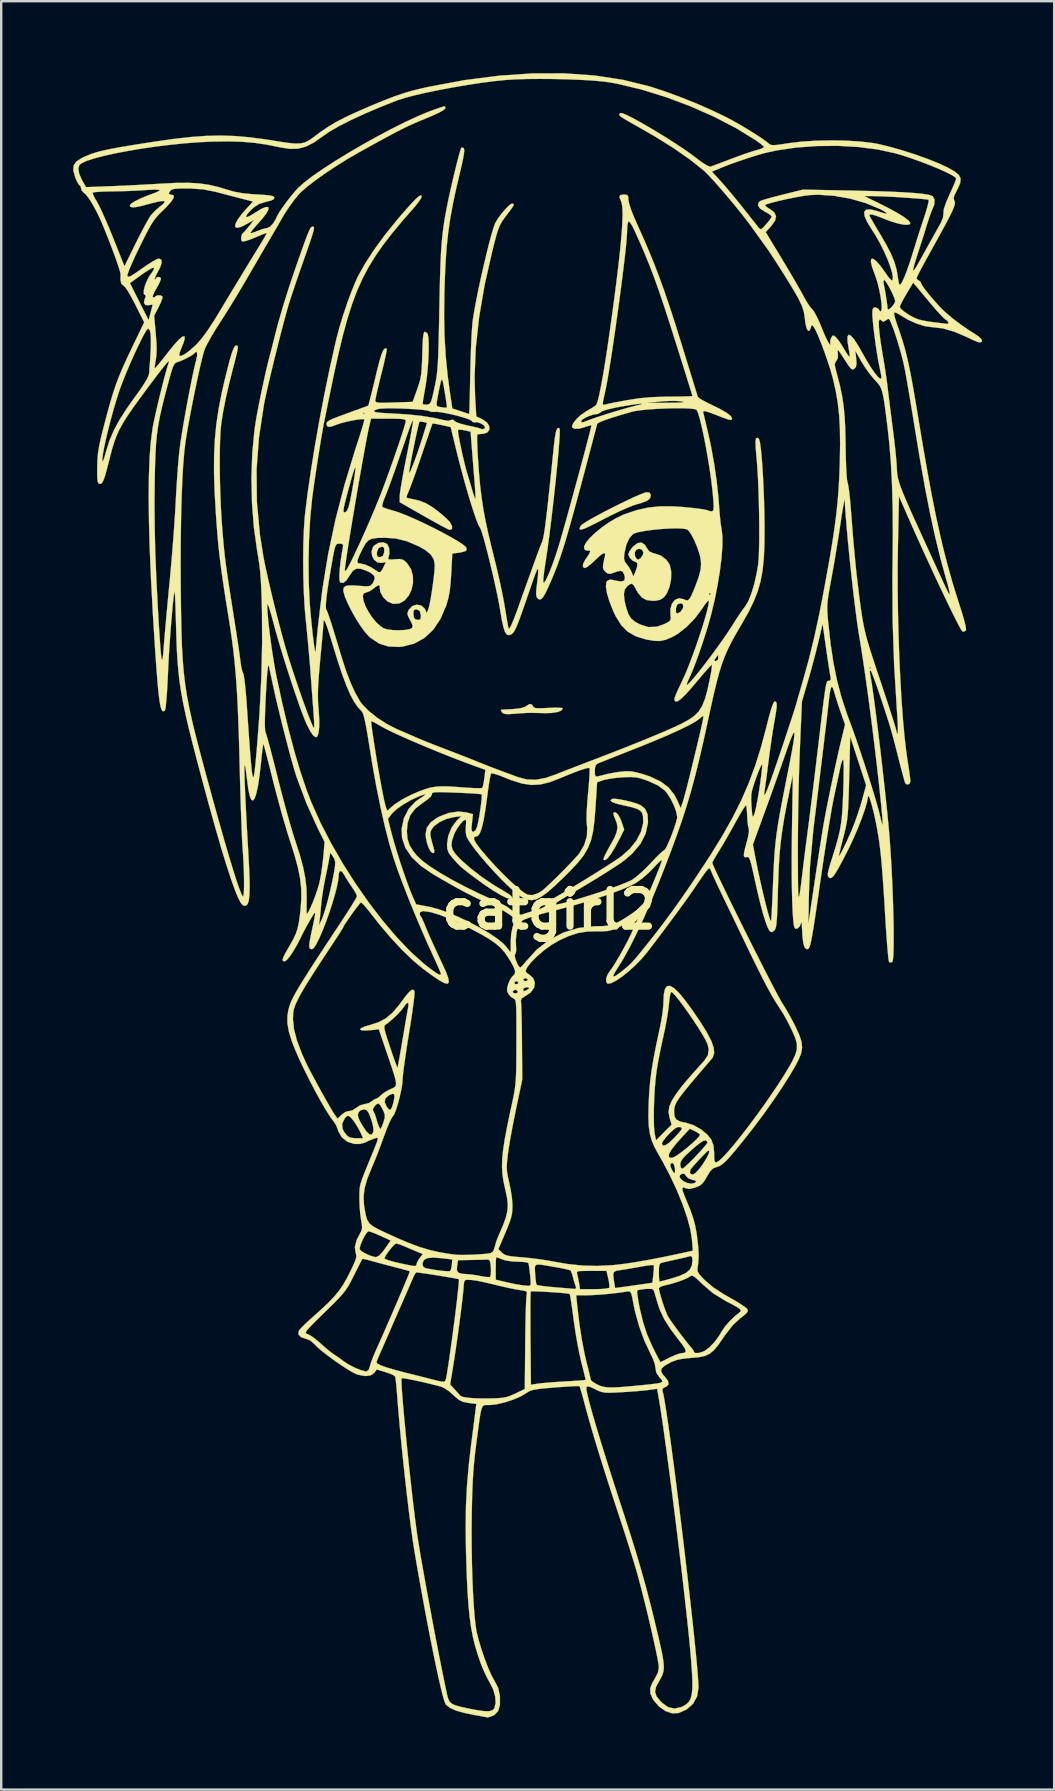
<source format=kicad_pcb>
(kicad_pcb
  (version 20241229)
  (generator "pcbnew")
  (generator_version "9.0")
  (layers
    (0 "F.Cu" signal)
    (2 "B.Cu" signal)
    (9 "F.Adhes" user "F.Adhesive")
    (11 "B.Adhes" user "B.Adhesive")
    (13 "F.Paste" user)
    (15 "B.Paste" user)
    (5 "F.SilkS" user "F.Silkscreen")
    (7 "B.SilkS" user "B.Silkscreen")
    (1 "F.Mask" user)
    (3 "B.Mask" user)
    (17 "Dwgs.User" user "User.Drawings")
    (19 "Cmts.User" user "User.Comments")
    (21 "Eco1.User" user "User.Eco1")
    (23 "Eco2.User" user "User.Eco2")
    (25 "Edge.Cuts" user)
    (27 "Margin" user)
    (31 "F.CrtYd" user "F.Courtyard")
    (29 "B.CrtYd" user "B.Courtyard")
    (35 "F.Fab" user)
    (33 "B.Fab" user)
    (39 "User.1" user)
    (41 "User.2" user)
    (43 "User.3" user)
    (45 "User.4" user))
  (footprint "catgirl2"
    (layer "F.Cu")
    (at 19.821 34.834)
    (property "Reference" "catgirl2" (at 0 0 0) (layer "F.SilkS") (effects (font (size 1.524 1.524) (thickness 0.3))))
    (attr through_hole)
    (fp_poly (pts (xy 2.869 -3.96) (xy 2.971 -3.777) (xy 3.015 -3.662) (xy 3.128 -3.331) (xy 2.954 -2.983) (xy 2.749 -2.596) (xy 2.572 -2.309) (xy 2.428 -2.127) (xy 2.321 -2.055) (xy 2.261 -2.085) (xy 2.279 -2.156) (xy 2.349 -2.31) (xy 2.461 -2.521) (xy 2.545 -2.669) (xy 2.715 -2.98) (xy 2.814 -3.221) (xy 2.847 -3.418) (xy 2.819 -3.603) (xy 2.751 -3.775) (xy 2.691 -3.925) (xy 2.674 -4.022) (xy 2.678 -4.033) (xy 2.767 -4.051) (xy 2.869 -3.96)) (stroke (width 0.01) (type solid)) (fill yes) (layer "F.SilkS"))
    (fp_poly (pts (xy 4.179 -17.368) (xy 4.238 -17.278) (xy 4.209 -17.148) (xy 4.166 -17.089) (xy 4.048 -17.013) (xy 3.855 -16.937) (xy 3.698 -16.894) (xy 3.509 -16.835) (xy 3.236 -16.726) (xy 2.906 -16.578) (xy 2.546 -16.403) (xy 2.368 -16.313) (xy 1.99 -16.117) (xy 1.709 -15.977) (xy 1.511 -15.884) (xy 1.383 -15.836) (xy 1.309 -15.824) (xy 1.277 -15.845) (xy 1.27 -15.884) (xy 1.315 -15.977) (xy 1.381 -16.043) (xy 1.54 -16.148) (xy 1.785 -16.292) (xy 2.095 -16.461) (xy 2.445 -16.645) (xy 2.813 -16.831) (xy 3.174 -17.007) (xy 3.505 -17.163) (xy 3.783 -17.286) (xy 3.985 -17.364) (xy 4.047 -17.382) (xy 4.179 -17.368)) (stroke (width 0.01) (type solid)) (fill yes) (layer "F.SilkS"))
    (fp_poly (pts (xy -0.711 -8.535) (xy -0.672 -8.468) (xy -0.637 -8.42) (xy -0.563 -8.392) (xy -0.425 -8.383) (xy -0.199 -8.39) (xy -0.03 -8.399) (xy 0.231 -8.409) (xy 0.434 -8.407) (xy 0.552 -8.392) (xy 0.572 -8.379) (xy 0.512 -8.291) (xy 0.347 -8.226) (xy 0.096 -8.188) (xy -0.157 -8.181) (xy -0.414 -8.187) (xy -0.646 -8.191) (xy -0.794 -8.194) (xy -0.955 -8.189) (xy -1.19 -8.175) (xy -1.432 -8.156) (xy -1.68 -8.139) (xy -1.834 -8.146) (xy -1.925 -8.181) (xy -1.963 -8.217) (xy -2.008 -8.298) (xy -1.992 -8.322) (xy -1.905 -8.328) (xy -1.728 -8.337) (xy -1.503 -8.349) (xy -1.205 -8.382) (xy -1.008 -8.44) (xy -0.958 -8.472) (xy -0.813 -8.563) (xy -0.711 -8.535)) (stroke (width 0.01) (type solid)) (fill yes) (layer "F.SilkS"))
    (fp_poly (pts (xy 1.891 -34.74) (xy 3.076 -34.559) (xy 4.181 -34.287) (xy 4.255 -34.264) (xy 4.87 -34.061) (xy 5.525 -33.819) (xy 6.184 -33.552) (xy 6.81 -33.277) (xy 7.368 -33.008) (xy 7.62 -32.876) (xy 7.952 -32.688) (xy 8.288 -32.487) (xy 8.603 -32.291) (xy 8.87 -32.114) (xy 9.063 -31.975) (xy 9.12 -31.928) (xy 9.183 -31.877) (xy 9.251 -31.847) (xy 9.349 -31.838) (xy 9.503 -31.85) (xy 9.739 -31.883) (xy 9.977 -31.92) (xy 10.516 -31.985) (xy 11.118 -32.024) (xy 11.751 -32.037) (xy 12.379 -32.025) (xy 12.968 -31.988) (xy 13.485 -31.927) (xy 13.716 -31.885) (xy 14.196 -31.769) (xy 14.722 -31.619) (xy 15.261 -31.446) (xy 15.777 -31.261) (xy 16.238 -31.076) (xy 16.606 -30.903) (xy 16.892 -30.741) (xy 17.067 -30.595) (xy 17.141 -30.444) (xy 17.123 -30.263) (xy 17.023 -30.029) (xy 16.982 -29.953) (xy 16.885 -29.759) (xy 16.85 -29.633) (xy 16.87 -29.539) (xy 16.885 -29.513) (xy 16.904 -29.457) (xy 16.897 -29.374) (xy 16.859 -29.252) (xy 16.785 -29.078) (xy 16.668 -28.841) (xy 16.503 -28.527) (xy 16.284 -28.124) (xy 16.096 -27.781) (xy 16.004 -27.616) (xy 15.872 -27.377) (xy 15.721 -27.103) (xy 15.629 -26.937) (xy 15.495 -26.689) (xy 15.388 -26.482) (xy 15.32 -26.34) (xy 15.303 -26.292) (xy 15.354 -26.226) (xy 15.399 -26.203) (xy 15.483 -26.129) (xy 15.494 -26.089) (xy 15.537 -25.996) (xy 15.657 -25.826) (xy 15.843 -25.594) (xy 16.085 -25.313) (xy 16.286 -25.089) (xy 16.513 -24.87) (xy 16.815 -24.616) (xy 17.157 -24.357) (xy 17.503 -24.118) (xy 17.732 -23.976) (xy 17.913 -23.851) (xy 18.016 -23.739) (xy 18.031 -23.657) (xy 17.948 -23.622) (xy 17.937 -23.622) (xy 17.837 -23.649) (xy 17.659 -23.721) (xy 17.44 -23.824) (xy 17.397 -23.845) (xy 16.887 -24.065) (xy 16.397 -24.206) (xy 15.957 -24.258) (xy 15.941 -24.259) (xy 15.655 -24.298) (xy 15.317 -24.403) (xy 14.969 -24.556) (xy 14.662 -24.738) (xy 14.508 -24.831) (xy 14.398 -24.873) (xy 14.37 -24.869) (xy 14.371 -24.794) (xy 14.409 -24.631) (xy 14.478 -24.411) (xy 14.504 -24.336) (xy 14.617 -24.011) (xy 14.717 -23.706) (xy 14.806 -23.404) (xy 14.889 -23.086) (xy 14.969 -22.736) (xy 15.051 -22.337) (xy 15.138 -21.872) (xy 15.234 -21.324) (xy 15.343 -20.676) (xy 15.401 -20.32) (xy 15.589 -19.198) (xy 15.766 -18.188) (xy 15.935 -17.275) (xy 16.101 -16.445) (xy 16.267 -15.683) (xy 16.434 -14.974) (xy 16.608 -14.305) (xy 16.79 -13.66) (xy 16.984 -13.025) (xy 17.064 -12.778) (xy 17.201 -12.345) (xy 17.296 -12.022) (xy 17.35 -11.798) (xy 17.366 -11.663) (xy 17.352 -11.612) (xy 17.252 -11.574) (xy 17.212 -11.587) (xy 17.16 -11.659) (xy 17.063 -11.835) (xy 16.926 -12.101) (xy 16.755 -12.445) (xy 16.556 -12.855) (xy 16.336 -13.318) (xy 16.099 -13.82) (xy 15.853 -14.351) (xy 15.602 -14.896) (xy 15.354 -15.444) (xy 15.113 -15.981) (xy 14.887 -16.495) (xy 14.872 -16.529) (xy 14.573 -17.215) (xy 14.53 -15.164) (xy 14.518 -14.272) (xy 14.519 -13.342) (xy 14.531 -12.39) (xy 14.554 -11.434) (xy 14.587 -10.491) (xy 14.63 -9.578) (xy 14.68 -8.712) (xy 14.739 -7.91) (xy 14.805 -7.19) (xy 14.877 -6.57) (xy 14.925 -6.237) (xy 14.973 -5.927) (xy 15.013 -5.653) (xy 15.039 -5.446) (xy 15.049 -5.334) (xy 15.05 -5.333) (xy 15.005 -5.234) (xy 14.912 -5.206) (xy 14.835 -5.258) (xy 14.809 -5.334) (xy 14.759 -5.512) (xy 14.69 -5.77) (xy 14.607 -6.087) (xy 14.539 -6.354) (xy 14.443 -6.732) (xy 14.365 -7.035) (xy 14.297 -7.289) (xy 14.231 -7.522) (xy 14.16 -7.759) (xy 14.074 -8.027) (xy 13.968 -8.353) (xy 13.832 -8.763) (xy 13.774 -8.938) (xy 13.659 -9.276) (xy 13.554 -9.567) (xy 13.468 -9.793) (xy 13.407 -9.932) (xy 13.382 -9.97) (xy 13.356 -9.918) (xy 13.366 -9.827) (xy 13.403 -9.632) (xy 13.451 -9.327) (xy 13.509 -8.925) (xy 13.574 -8.442) (xy 13.644 -7.892) (xy 13.718 -7.292) (xy 13.795 -6.655) (xy 13.871 -5.997) (xy 13.946 -5.333) (xy 14.017 -4.678) (xy 14.083 -4.047) (xy 14.134 -3.524) (xy 14.177 -3.042) (xy 14.215 -2.515) (xy 14.25 -1.956) (xy 14.28 -1.381) (xy 14.306 -0.803) (xy 14.326 -0.237) (xy 14.341 0.303) (xy 14.35 0.802) (xy 14.352 1.247) (xy 14.348 1.622) (xy 14.337 1.913) (xy 14.318 2.107) (xy 14.291 2.188) (xy 14.291 2.189) (xy 14.19 2.201) (xy 14.16 2.182) (xy 14.143 2.107) (xy 14.12 1.921) (xy 14.094 1.643) (xy 14.066 1.288) (xy 14.036 0.874) (xy 14.008 0.417) (xy 14.006 0.381) (xy 13.962 -0.357) (xy 13.921 -0.985) (xy 13.883 -1.517) (xy 13.846 -1.971) (xy 13.807 -2.362) (xy 13.766 -2.706) (xy 13.721 -3.02) (xy 13.671 -3.318) (xy 13.614 -3.613) (xy 13.539 -3.962) (xy 13.465 -4.264) (xy 13.397 -4.504) (xy 13.34 -4.667) (xy 13.299 -4.738) (xy 13.278 -4.702) (xy 13.277 -4.686) (xy 13.241 -4.478) (xy 13.156 -4.18) (xy 13.029 -3.817) (xy 12.871 -3.412) (xy 12.689 -2.989) (xy 12.493 -2.57) (xy 12.398 -2.381) (xy 12.193 -1.986) (xy 12.033 -1.693) (xy 11.912 -1.491) (xy 11.819 -1.369) (xy 11.747 -1.314) (xy 11.687 -1.315) (xy 11.641 -1.349) (xy 11.611 -1.406) (xy 11.609 -1.503) (xy 11.642 -1.661) (xy 11.711 -1.902) (xy 11.783 -2.129) (xy 11.816 -2.235) (xy 12.068 -2.235) (xy 12.068 -2.234) (xy 12.094 -2.25) (xy 12.162 -2.364) (xy 12.262 -2.56) (xy 12.386 -2.818) (xy 12.524 -3.122) (xy 12.587 -3.265) (xy 12.716 -3.586) (xy 12.852 -3.968) (xy 12.974 -4.348) (xy 13.019 -4.503) (xy 13.204 -5.175) (xy 12.873 -6.191) (xy 12.541 -7.207) (xy 12.498 -5.493) (xy 12.484 -4.974) (xy 12.471 -4.561) (xy 12.456 -4.234) (xy 12.437 -3.97) (xy 12.414 -3.75) (xy 12.382 -3.553) (xy 12.341 -3.357) (xy 12.289 -3.141) (xy 12.259 -3.028) (xy 12.185 -2.735) (xy 12.124 -2.489) (xy 12.083 -2.314) (xy 12.068 -2.235) (xy 11.816 -2.235) (xy 11.922 -2.569) (xy 12.027 -2.938) (xy 12.105 -3.268) (xy 12.161 -3.592) (xy 12.2 -3.941) (xy 12.227 -4.348) (xy 12.248 -4.845) (xy 12.251 -4.921) (xy 12.263 -5.311) (xy 12.268 -5.659) (xy 12.269 -5.943) (xy 12.263 -6.143) (xy 12.252 -6.241) (xy 12.25 -6.246) (xy 12.215 -6.219) (xy 12.169 -6.095) (xy 12.129 -5.928) (xy 12.086 -5.723) (xy 12.024 -5.431) (xy 11.951 -5.089) (xy 11.875 -4.736) (xy 11.867 -4.699) (xy 11.815 -4.436) (xy 11.749 -4.068) (xy 11.672 -3.616) (xy 11.588 -3.099) (xy 11.5 -2.539) (xy 11.411 -1.956) (xy 11.329 -1.397) (xy 11.228 -0.699) (xy 11.144 -0.117) (xy 11.073 0.36) (xy 11.013 0.743) (xy 10.964 1.041) (xy 10.922 1.266) (xy 10.886 1.428) (xy 10.854 1.537) (xy 10.823 1.603) (xy 10.792 1.637) (xy 10.759 1.65) (xy 10.735 1.651) (xy 10.655 1.598) (xy 10.595 1.435) (xy 10.555 1.158) (xy 10.533 0.76) (xy 10.532 0.737) (xy 10.524 0.603) (xy 10.798 0.603) (xy 11.048 -1.079) (xy 11.123 -1.58) (xy 11.2 -2.088) (xy 11.275 -2.574) (xy 11.344 -3.011) (xy 11.402 -3.369) (xy 11.433 -3.556) (xy 11.506 -3.954) (xy 11.601 -4.443) (xy 11.713 -4.992) (xy 11.834 -5.568) (xy 11.959 -6.14) (xy 12.079 -6.676) (xy 12.189 -7.143) (xy 12.196 -7.171) (xy 12.326 -7.707) (xy 12.134 -8.251) (xy 12.038 -8.535) (xy 11.949 -8.811) (xy 11.884 -9.03) (xy 11.871 -9.078) (xy 11.817 -9.241) (xy 11.769 -9.282) (xy 11.726 -9.201) (xy 11.686 -8.996) (xy 11.658 -8.763) (xy 11.637 -8.578) (xy 11.603 -8.282) (xy 11.558 -7.891) (xy 11.502 -7.419) (xy 11.438 -6.882) (xy 11.367 -6.296) (xy 11.292 -5.674) (xy 11.214 -5.033) (xy 11.136 -4.388) (xy 11.058 -3.754) (xy 11.01 -3.365) (xy 10.866 -1.804) (xy 10.824 -0.73) (xy 10.798 0.603) (xy 10.524 0.603) (xy 10.523 0.583) (xy 10.509 0.523) (xy 10.497 0.551) (xy 10.438 0.699) (xy 10.349 0.789) (xy 10.26 0.798) (xy 10.225 0.764) (xy 10.193 0.648) (xy 10.166 0.415) (xy 10.143 0.076) (xy 10.125 -0.359) (xy 10.112 -0.878) (xy 10.105 -1.472) (xy 10.104 -2.129) (xy 10.107 -2.537) (xy 10.361 -2.537) (xy 10.361 -2.413) (xy 10.363 -1.795) (xy 10.365 -1.301) (xy 10.37 -0.93) (xy 10.377 -0.679) (xy 10.39 -0.547) (xy 10.408 -0.53) (xy 10.432 -0.626) (xy 10.465 -0.833) (xy 10.506 -1.15) (xy 10.557 -1.573) (xy 10.601 -1.937) (xy 10.632 -2.19) (xy 10.675 -2.53) (xy 10.725 -2.915) (xy 10.776 -3.306) (xy 10.788 -3.397) (xy 10.826 -3.684) (xy 10.875 -4.075) (xy 10.934 -4.55) (xy 11 -5.085) (xy 11.07 -5.661) (xy 11.142 -6.254) (xy 11.207 -6.795) (xy 11.285 -7.452) (xy 11.35 -7.995) (xy 11.403 -8.434) (xy 11.447 -8.779) (xy 11.483 -9.043) (xy 11.513 -9.236) (xy 11.538 -9.369) (xy 11.562 -9.454) (xy 11.585 -9.501) (xy 11.609 -9.521) (xy 11.636 -9.525) (xy 11.659 -9.525) (xy 11.724 -9.554) (xy 11.726 -9.662) (xy 11.717 -9.711) (xy 11.694 -9.837) (xy 11.658 -10.062) (xy 11.613 -10.359) (xy 11.562 -10.703) (xy 11.534 -10.901) (xy 11.392 -11.906) (xy 11.213 -11.144) (xy 11.121 -10.772) (xy 11.007 -10.334) (xy 10.886 -9.889) (xy 10.782 -9.525) (xy 10.53 -8.668) (xy 10.444 -6.668) (xy 10.422 -6.078) (xy 10.402 -5.399) (xy 10.385 -4.668) (xy 10.372 -3.923) (xy 10.364 -3.2) (xy 10.361 -2.537) (xy 10.107 -2.537) (xy 10.109 -2.84) (xy 10.116 -3.397) (xy 10.153 -5.62) (xy 10.028 -5.016) (xy 9.893 -4.343) (xy 9.785 -3.762) (xy 9.703 -3.241) (xy 9.64 -2.748) (xy 9.595 -2.254) (xy 9.563 -1.725) (xy 9.54 -1.131) (xy 9.532 -0.874) (xy 9.518 -0.367) (xy 9.505 0.027) (xy 9.491 0.324) (xy 9.474 0.54) (xy 9.455 0.689) (xy 9.43 0.786) (xy 9.4 0.847) (xy 9.38 0.87) (xy 9.288 0.942) (xy 9.215 0.918) (xy 9.182 0.887) (xy 9.11 0.761) (xy 9.02 0.523) (xy 8.915 0.186) (xy 8.801 -0.238) (xy 8.68 -0.736) (xy 8.564 -1.254) (xy 8.483 -1.624) (xy 8.421 -1.886) (xy 8.371 -2.057) (xy 8.328 -2.153) (xy 8.286 -2.19) (xy 8.248 -2.188) (xy 8.157 -2.177) (xy 8.113 -2.225) (xy 8.116 -2.349) (xy 8.164 -2.566) (xy 8.204 -2.709) (xy 8.488 -2.709) (xy 8.598 -2.132) (xy 8.678 -1.733) (xy 8.765 -1.321) (xy 8.856 -0.914) (xy 8.947 -0.528) (xy 9.033 -0.181) (xy 9.11 0.11) (xy 9.174 0.328) (xy 9.221 0.456) (xy 9.246 0.476) (xy 9.246 0.476) (xy 9.254 0.398) (xy 9.266 0.21) (xy 9.281 -0.069) (xy 9.298 -0.421) (xy 9.316 -0.828) (xy 9.33 -1.175) (xy 9.35 -1.646) (xy 9.371 -2.057) (xy 9.397 -2.43) (xy 9.43 -2.784) (xy 9.473 -3.139) (xy 9.528 -3.516) (xy 9.599 -3.935) (xy 9.688 -4.417) (xy 9.797 -4.981) (xy 9.93 -5.648) (xy 9.938 -5.688) (xy 10.052 -6.264) (xy 10.136 -6.718) (xy 10.191 -7.052) (xy 10.217 -7.268) (xy 10.214 -7.368) (xy 10.18 -7.354) (xy 10.117 -7.227) (xy 10.023 -6.991) (xy 9.899 -6.645) (xy 9.852 -6.509) (xy 9.71 -6.102) (xy 9.539 -5.617) (xy 9.353 -5.092) (xy 9.165 -4.569) (xy 8.99 -4.086) (xy 8.984 -4.069) (xy 8.488 -2.709) (xy 8.204 -2.709) (xy 8.22 -2.765) (xy 8.289 -3.036) (xy 8.323 -3.244) (xy 8.318 -3.363) (xy 8.316 -3.368) (xy 8.287 -3.48) (xy 8.263 -3.674) (xy 8.251 -3.876) (xy 8.239 -4.096) (xy 8.222 -4.264) (xy 8.207 -4.34) (xy 8.167 -4.308) (xy 8.081 -4.182) (xy 7.96 -3.982) (xy 7.816 -3.727) (xy 7.786 -3.673) (xy 7.603 -3.341) (xy 7.406 -2.996) (xy 7.222 -2.68) (xy 7.095 -2.471) (xy 6.962 -2.254) (xy 6.859 -2.079) (xy 6.801 -1.972) (xy 6.795 -1.954) (xy 6.822 -1.873) (xy 6.902 -1.692) (xy 7.026 -1.424) (xy 7.188 -1.084) (xy 7.381 -0.684) (xy 7.599 -0.237) (xy 7.836 0.243) (xy 8.083 0.742) (xy 8.336 1.248) (xy 8.587 1.747) (xy 8.83 2.226) (xy 9.057 2.672) (xy 9.263 3.07) (xy 9.44 3.409) (xy 9.583 3.674) (xy 9.684 3.853) (xy 9.716 3.905) (xy 9.862 4.139) (xy 10.032 4.437) (xy 10.198 4.748) (xy 10.256 4.865) (xy 10.42 5.223) (xy 10.514 5.509) (xy 10.538 5.757) (xy 10.493 6.002) (xy 10.38 6.276) (xy 10.278 6.472) (xy 10.025 6.906) (xy 9.705 7.409) (xy 9.337 7.954) (xy 8.939 8.514) (xy 8.529 9.062) (xy 8.341 9.303) (xy 8.009 9.721) (xy 7.742 10.049) (xy 7.529 10.297) (xy 7.36 10.477) (xy 7.224 10.599) (xy 7.11 10.676) (xy 7.009 10.717) (xy 6.976 10.725) (xy 6.828 10.782) (xy 6.707 10.903) (xy 6.607 11.065) (xy 6.481 11.283) (xy 6.377 11.419) (xy 6.261 11.505) (xy 6.101 11.572) (xy 6.057 11.587) (xy 5.833 11.637) (xy 5.694 11.609) (xy 5.592 11.571) (xy 5.549 11.603) (xy 5.565 11.718) (xy 5.64 11.926) (xy 5.704 12.079) (xy 5.875 12.495) (xy 5.997 12.84) (xy 6.082 13.153) (xy 6.142 13.476) (xy 6.155 13.562) (xy 6.21 14.032) (xy 6.23 14.409) (xy 6.213 14.72) (xy 6.197 14.836) (xy 6.178 14.974) (xy 6.191 15.079) (xy 6.252 15.186) (xy 6.377 15.327) (xy 6.489 15.441) (xy 6.818 15.722) (xy 7.261 16.014) (xy 7.512 16.157) (xy 7.783 16.311) (xy 8.013 16.454) (xy 8.18 16.57) (xy 8.259 16.644) (xy 8.259 16.645) (xy 8.276 16.719) (xy 8.23 16.801) (xy 8.105 16.914) (xy 7.972 17.016) (xy 7.654 17.307) (xy 7.335 17.714) (xy 7.27 17.81) (xy 7.05 18.13) (xy 6.862 18.357) (xy 6.679 18.507) (xy 6.473 18.598) (xy 6.218 18.648) (xy 5.937 18.672) (xy 5.591 18.704) (xy 5.327 18.757) (xy 5.104 18.84) (xy 5.054 18.864) (xy 4.813 19) (xy 4.685 19.115) (xy 4.662 19.231) (xy 4.737 19.365) (xy 4.814 19.45) (xy 4.953 19.634) (xy 4.976 19.776) (xy 4.884 19.872) (xy 4.816 19.897) (xy 4.722 19.96) (xy 4.724 20.046) (xy 4.763 20.208) (xy 4.813 20.485) (xy 4.875 20.865) (xy 4.945 21.337) (xy 5.024 21.89) (xy 5.109 22.512) (xy 5.199 23.191) (xy 5.293 23.916) (xy 5.389 24.676) (xy 5.486 25.458) (xy 5.583 26.253) (xy 5.677 27.047) (xy 5.769 27.831) (xy 5.856 28.591) (xy 5.937 29.318) (xy 6.011 29.998) (xy 6.076 30.622) (xy 6.131 31.177) (xy 6.174 31.651) (xy 6.204 32.035) (xy 6.22 32.315) (xy 6.222 32.413) (xy 6.165 32.772) (xy 5.998 33.077) (xy 5.733 33.314) (xy 5.393 33.466) (xy 5.132 33.479) (xy 4.855 33.387) (xy 4.59 33.205) (xy 4.364 32.949) (xy 4.324 32.889) (xy 4.218 32.654) (xy 4.21 32.436) (xy 4.304 32.2) (xy 4.383 32.074) (xy 4.536 31.773) (xy 4.572 31.56) (xy 4.557 31.425) (xy 4.514 31.186) (xy 4.448 30.86) (xy 4.363 30.468) (xy 4.264 30.028) (xy 4.154 29.557) (xy 4.038 29.076) (xy 3.92 28.601) (xy 3.805 28.153) (xy 3.697 27.75) (xy 3.66 27.615) (xy 3.574 27.322) (xy 3.456 26.937) (xy 3.316 26.49) (xy 3.162 26.009) (xy 3.004 25.523) (xy 2.919 25.266) (xy 2.603 24.307) (xy 2.327 23.449) (xy 2.084 22.676) (xy 1.87 21.971) (xy 1.68 21.316) (xy 1.508 20.694) (xy 1.463 20.526) (xy 1.39 20.256) (xy 1.327 20.037) (xy 1.282 19.894) (xy 1.552 19.894) (xy 1.555 19.999) (xy 1.599 20.219) (xy 1.681 20.549) (xy 1.801 20.984) (xy 1.957 21.519) (xy 2.148 22.15) (xy 2.372 22.871) (xy 2.628 23.678) (xy 2.914 24.565) (xy 3.093 25.114) (xy 3.375 25.99) (xy 3.621 26.782) (xy 3.84 27.525) (xy 4.043 28.253) (xy 4.238 29.002) (xy 4.435 29.804) (xy 4.543 30.258) (xy 4.649 30.718) (xy 4.723 31.077) (xy 4.766 31.353) (xy 4.779 31.567) (xy 4.761 31.74) (xy 4.713 31.893) (xy 4.636 32.044) (xy 4.584 32.132) (xy 4.451 32.381) (xy 4.412 32.579) (xy 4.471 32.763) (xy 4.633 32.968) (xy 4.696 33.032) (xy 4.951 33.219) (xy 5.22 33.28) (xy 5.508 33.216) (xy 5.587 33.179) (xy 5.718 33.099) (xy 5.819 33) (xy 5.893 32.868) (xy 5.941 32.69) (xy 5.966 32.451) (xy 5.968 32.138) (xy 5.949 31.736) (xy 5.912 31.232) (xy 5.874 30.797) (xy 5.824 30.271) (xy 5.759 29.654) (xy 5.684 28.96) (xy 5.598 28.205) (xy 5.505 27.406) (xy 5.406 26.577) (xy 5.303 25.735) (xy 5.198 24.894) (xy 5.093 24.071) (xy 4.989 23.281) (xy 4.89 22.54) (xy 4.797 21.862) (xy 4.711 21.265) (xy 4.635 20.763) (xy 4.572 20.379) (xy 4.499 19.961) (xy 4.139 20.011) (xy 3.926 20.035) (xy 3.63 20.061) (xy 3.291 20.086) (xy 3.015 20.103) (xy 2.69 20.12) (xy 2.46 20.126) (xy 2.296 20.116) (xy 2.166 20.087) (xy 2.039 20.037) (xy 1.918 19.977) (xy 1.721 19.886) (xy 1.608 19.857) (xy 1.556 19.886) (xy 1.552 19.894) (xy 1.282 19.894) (xy 1.282 19.893) (xy 1.264 19.851) (xy 1.195 19.847) (xy 1.022 19.853) (xy 0.766 19.868) (xy 0.451 19.89) (xy 0.246 19.905) (xy -0.136 19.937) (xy -0.415 19.966) (xy -0.612 19.995) (xy -0.751 20.031) (xy -0.856 20.077) (xy -0.948 20.138) (xy -0.961 20.147) (xy -1.19 20.282) (xy -1.5 20.414) (xy -1.845 20.526) (xy -2.181 20.606) (xy -2.461 20.637) (xy -2.471 20.637) (xy -2.58 20.635) (xy -2.664 20.637) (xy -2.729 20.657) (xy -2.779 20.711) (xy -2.82 20.814) (xy -2.858 20.979) (xy -2.897 21.221) (xy -2.943 21.555) (xy -3.001 21.995) (xy -3.024 22.162) (xy -3.082 22.625) (xy -3.127 23.06) (xy -3.162 23.496) (xy -3.188 23.965) (xy -3.207 24.498) (xy -3.221 25.126) (xy -3.221 25.146) (xy -3.228 25.806) (xy -3.226 26.48) (xy -3.216 27.151) (xy -3.197 27.801) (xy -3.172 28.411) (xy -3.14 28.964) (xy -3.103 29.443) (xy -3.061 29.828) (xy -3.019 30.083) (xy -2.933 30.432) (xy -2.816 30.819) (xy -2.681 31.214) (xy -2.539 31.583) (xy -2.401 31.895) (xy -2.28 32.117) (xy -2.272 32.129) (xy -2.121 32.42) (xy -2.051 32.748) (xy -2.048 32.778) (xy -2.048 33.13) (xy -2.122 33.383) (xy -2.272 33.544) (xy -2.365 33.587) (xy -2.499 33.632) (xy -2.564 33.65) (xy -2.565 33.649) (xy -2.626 33.636) (xy -2.782 33.607) (xy -3.003 33.567) (xy -3.08 33.553) (xy -3.537 33.46) (xy -3.88 33.362) (xy -4.123 33.254) (xy -4.28 33.132) (xy -4.31 33.095) (xy -4.358 32.98) (xy -4.425 32.75) (xy -4.509 32.417) (xy -4.607 31.991) (xy -4.717 31.483) (xy -4.837 30.903) (xy -4.964 30.264) (xy -5.098 29.574) (xy -5.234 28.845) (xy -5.371 28.088) (xy -5.508 27.314) (xy -5.612 26.702) (xy -5.681 26.258) (xy -5.758 25.709) (xy -5.839 25.077) (xy -5.922 24.383) (xy -6.005 23.648) (xy -6.086 22.894) (xy -6.162 22.143) (xy -6.231 21.416) (xy -6.29 20.735) (xy -6.322 20.32) (xy -6.344 20.047) (xy -6.364 19.816) (xy -6.38 19.661) (xy -6.386 19.622) (xy -6.389 19.596) (xy -6.151 19.596) (xy -6.145 19.784) (xy -6.128 20.07) (xy -6.099 20.441) (xy -6.062 20.882) (xy -6.016 21.378) (xy -5.965 21.918) (xy -5.908 22.485) (xy -5.847 23.067) (xy -5.785 23.649) (xy -5.721 24.218) (xy -5.659 24.759) (xy -5.598 25.259) (xy -5.541 25.703) (xy -5.489 26.078) (xy -5.46 26.263) (xy -5.374 26.786) (xy -5.267 27.401) (xy -5.145 28.085) (xy -5.012 28.813) (xy -4.873 29.56) (xy -4.732 30.302) (xy -4.594 31.015) (xy -4.463 31.673) (xy -4.345 32.253) (xy -4.253 32.687) (xy -4.207 32.865) (xy -4.145 32.991) (xy -4.043 33.082) (xy -3.879 33.153) (xy -3.629 33.219) (xy -3.373 33.275) (xy -2.983 33.35) (xy -2.697 33.388) (xy -2.498 33.389) (xy -2.368 33.354) (xy -2.29 33.281) (xy -2.281 33.265) (xy -2.228 33.051) (xy -2.246 32.777) (xy -2.329 32.482) (xy -2.463 32.215) (xy -2.581 32.003) (xy -2.713 31.725) (xy -2.832 31.437) (xy -2.845 31.401) (xy -2.975 31.028) (xy -3.084 30.664) (xy -3.175 30.292) (xy -3.25 29.897) (xy -3.31 29.462) (xy -3.359 28.972) (xy -3.398 28.409) (xy -3.429 27.758) (xy -3.454 27.003) (xy -3.463 26.67) (xy -3.476 25.706) (xy -3.462 24.82) (xy -3.418 23.966) (xy -3.342 23.096) (xy -3.24 22.225) (xy -3.192 21.856) (xy -3.147 21.504) (xy -3.108 21.201) (xy -3.08 20.978) (xy -3.072 20.917) (xy -3.033 20.592) (xy -3.368 20.548) (xy -3.582 20.506) (xy -3.749 20.427) (xy -3.923 20.285) (xy -3.987 20.223) (xy -4.172 20.062) (xy -4.358 19.936) (xy -4.469 19.883) (xy -4.694 19.82) (xy -4.855 19.78) (xy -4.122 19.78) (xy -3.918 20.002) (xy -3.796 20.137) (xy -3.717 20.228) (xy -3.702 20.247) (xy -3.615 20.294) (xy -3.419 20.33) (xy -3.133 20.354) (xy -2.775 20.365) (xy -2.54 20.364) (xy -2.212 20.356) (xy -1.975 20.34) (xy -1.793 20.309) (xy -1.63 20.258) (xy -1.451 20.18) (xy -1.411 20.161) (xy -1.013 19.971) (xy -0.995 18.034) (xy -0.989 17.547) (xy -0.981 17.098) (xy -0.973 16.776) (xy -0.781 16.776) (xy -0.78 17.194) (xy -0.778 17.661) (xy -0.776 17.859) (xy -0.758 19.792) (xy -0.459 19.746) (xy -0.279 19.725) (xy -0.009 19.7) (xy 0.317 19.676) (xy 0.662 19.654) (xy 0.683 19.653) (xy 0.993 19.635) (xy 1.251 19.617) (xy 1.435 19.602) (xy 1.521 19.59) (xy 1.524 19.589) (xy 1.509 19.524) (xy 1.47 19.36) (xy 1.411 19.121) (xy 1.338 18.833) (xy 1.334 18.818) (xy 1.256 18.47) (xy 1.173 18.045) (xy 1.095 17.59) (xy 1.031 17.154) (xy 1.018 17.056) (xy 0.973 16.712) (xy 0.93 16.414) (xy 0.894 16.184) (xy 0.871 16.066) (xy 1.128 16.066) (xy 1.171 16.494) (xy 1.256 17.215) (xy 1.362 17.906) (xy 1.482 18.531) (xy 1.567 18.891) (xy 1.636 19.162) (xy 1.692 19.389) (xy 1.728 19.542) (xy 1.738 19.59) (xy 1.795 19.653) (xy 1.931 19.741) (xy 2.024 19.791) (xy 2.147 19.844) (xy 2.281 19.88) (xy 2.444 19.901) (xy 2.653 19.905) (xy 2.929 19.893) (xy 3.288 19.865) (xy 3.75 19.821) (xy 3.905 19.806) (xy 4.259 19.769) (xy 4.502 19.739) (xy 4.647 19.707) (xy 4.71 19.668) (xy 4.705 19.615) (xy 4.648 19.541) (xy 4.6 19.491) (xy 4.462 19.286) (xy 4.431 19.102) (xy 4.4 18.916) (xy 4.307 18.668) (xy 4.218 18.489) (xy 3.97 17.96) (xy 3.751 17.36) (xy 3.579 16.742) (xy 3.517 16.446) (xy 3.467 16.18) (xy 3.427 16.015) (xy 3.392 15.94) (xy 3.666 15.94) (xy 3.686 16.113) (xy 3.726 16.358) (xy 3.783 16.65) (xy 3.784 16.651) (xy 3.913 17.185) (xy 4.069 17.664) (xy 4.273 18.142) (xy 4.462 18.523) (xy 4.635 18.853) (xy 5.012 18.666) (xy 5.224 18.569) (xy 5.404 18.501) (xy 5.505 18.478) (xy 5.637 18.462) (xy 5.692 18.41) (xy 5.669 18.307) (xy 5.563 18.139) (xy 5.384 17.907) (xy 5.047 17.46) (xy 4.797 17.063) (xy 4.62 16.693) (xy 4.534 16.447) (xy 4.468 16.222) (xy 4.41 16.024) (xy 4.385 15.938) (xy 4.345 15.844) (xy 4.274 15.801) (xy 4.134 15.795) (xy 4.027 15.801) (xy 3.837 15.822) (xy 3.703 15.85) (xy 3.671 15.865) (xy 3.666 15.94) (xy 3.392 15.94) (xy 3.387 15.93) (xy 3.334 15.902) (xy 3.258 15.908) (xy 3.247 15.91) (xy 2.912 15.96) (xy 2.517 16.004) (xy 2.114 16.04) (xy 1.753 16.061) (xy 1.566 16.066) (xy 1.128 16.066) (xy 0.871 16.066) (xy 0.867 16.044) (xy 0.856 16.012) (xy 0.784 15.996) (xy 0.616 15.977) (xy 0.38 15.957) (xy 0.108 15.937) (xy -0.171 15.92) (xy -0.426 15.907) (xy -0.627 15.901) (xy -0.745 15.903) (xy -0.762 15.907) (xy -0.769 15.973) (xy -0.775 16.15) (xy -0.779 16.423) (xy -0.781 16.776) (xy -0.973 16.776) (xy -0.971 16.703) (xy -0.959 16.38) (xy -0.947 16.145) (xy -0.934 16.014) (xy -0.93 15.995) (xy -0.922 15.932) (xy -0.987 15.89) (xy -1.149 15.858) (xy -1.219 15.848) (xy -1.42 15.814) (xy -1.703 15.756) (xy -2.026 15.683) (xy -2.286 15.621) (xy -2.7 15.522) (xy -3.016 15.458) (xy -3.255 15.426) (xy -3.44 15.421) (xy -3.477 15.424) (xy -3.533 15.486) (xy -3.556 15.635) (xy -3.556 15.641) (xy -3.565 15.785) (xy -3.59 16.033) (xy -3.628 16.364) (xy -3.676 16.757) (xy -3.732 17.19) (xy -3.793 17.642) (xy -3.856 18.091) (xy -3.919 18.517) (xy -3.977 18.898) (xy -3.997 19.018) (xy -4.122 19.78) (xy -4.855 19.78) (xy -4.967 19.751) (xy -5.262 19.682) (xy -5.552 19.618) (xy -5.811 19.566) (xy -6.011 19.53) (xy -6.126 19.517) (xy -6.143 19.52) (xy -6.151 19.596) (xy -6.389 19.596) (xy -6.405 19.49) (xy -6.409 19.457) (xy -6.467 19.404) (xy -6.615 19.335) (xy -6.797 19.272) (xy -7.18 19.155) (xy -7.277 19.293) (xy -7.428 19.402) (xy -7.66 19.43) (xy -7.955 19.375) (xy -8.007 19.358) (xy -8.173 19.28) (xy -8.409 19.141) (xy -8.687 18.959) (xy -8.982 18.754) (xy -9.264 18.545) (xy -9.507 18.353) (xy -9.683 18.195) (xy -9.738 18.135) (xy -9.947 17.949) (xy -10.124 17.88) (xy -10.337 17.808) (xy -10.442 17.697) (xy -10.435 17.616) (xy -10.139 17.616) (xy -10.128 17.653) (xy -10.084 17.674) (xy -10.066 17.679) (xy -9.941 17.741) (xy -9.761 17.867) (xy -9.562 18.032) (xy -9.53 18.061) (xy -9.326 18.242) (xy -9.133 18.402) (xy -8.989 18.509) (xy -8.977 18.517) (xy -8.81 18.629) (xy -8.614 18.771) (xy -8.555 18.816) (xy -8.349 18.95) (xy -8.102 19.077) (xy -7.856 19.178) (xy -7.657 19.233) (xy -7.612 19.238) (xy -7.521 19.18) (xy -7.468 19.037) (xy -7.421 18.875) (xy -7.412 18.851) (xy -7.188 18.851) (xy -7.154 18.909) (xy -7.022 18.98) (xy -6.787 19.065) (xy -6.442 19.168) (xy -5.98 19.29) (xy -5.874 19.316) (xy -5.556 19.396) (xy -5.213 19.482) (xy -4.921 19.557) (xy -4.65 19.625) (xy -4.478 19.661) (xy -4.379 19.665) (xy -4.329 19.636) (xy -4.304 19.573) (xy -4.296 19.542) (xy -4.265 19.388) (xy -4.224 19.14) (xy -4.175 18.817) (xy -4.12 18.436) (xy -4.061 18.015) (xy -4.002 17.573) (xy -3.944 17.128) (xy -3.889 16.698) (xy -3.841 16.3) (xy -3.802 15.953) (xy -3.773 15.676) (xy -3.757 15.486) (xy -3.756 15.401) (xy -3.758 15.398) (xy -3.825 15.38) (xy -3.991 15.348) (xy -4.226 15.307) (xy -4.504 15.261) (xy -4.795 15.215) (xy -5.073 15.172) (xy -5.309 15.139) (xy -5.476 15.118) (xy -5.533 15.113) (xy -5.581 15.166) (xy -5.65 15.298) (xy -5.673 15.351) (xy -5.739 15.507) (xy -5.842 15.744) (xy -5.965 16.027) (xy -6.066 16.256) (xy -6.226 16.619) (xy -6.406 17.031) (xy -6.577 17.425) (xy -6.647 17.587) (xy -6.776 17.884) (xy -6.899 18.165) (xy -7 18.393) (xy -7.051 18.508) (xy -7.128 18.685) (xy -7.18 18.822) (xy -7.188 18.851) (xy -7.412 18.851) (xy -7.337 18.648) (xy -7.24 18.418) (xy -7.079 18.059) (xy -6.904 17.664) (xy -6.721 17.246) (xy -6.537 16.824) (xy -6.36 16.413) (xy -6.195 16.029) (xy -6.051 15.688) (xy -5.933 15.406) (xy -5.849 15.2) (xy -5.806 15.086) (xy -5.802 15.068) (xy -5.869 15.044) (xy -6.031 14.998) (xy -6.262 14.936) (xy -6.428 14.894) (xy -6.741 14.813) (xy -7.054 14.729) (xy -7.317 14.657) (xy -7.395 14.635) (xy -7.591 14.582) (xy -7.731 14.553) (xy -7.779 14.552) (xy -7.814 14.614) (xy -7.893 14.767) (xy -8.004 14.988) (xy -8.13 15.24) (xy -8.249 15.477) (xy -8.355 15.669) (xy -8.465 15.838) (xy -8.596 16.005) (xy -8.765 16.193) (xy -8.989 16.421) (xy -9.284 16.712) (xy -9.346 16.772) (xy -9.649 17.069) (xy -9.87 17.29) (xy -10.019 17.447) (xy -10.106 17.552) (xy -10.139 17.616) (xy -10.435 17.616) (xy -10.43 17.556) (xy -10.424 17.544) (xy -10.35 17.452) (xy -10.205 17.304) (xy -10.012 17.122) (xy -9.895 17.017) (xy -9.501 16.665) (xy -9.19 16.371) (xy -8.944 16.113) (xy -8.746 15.872) (xy -8.578 15.626) (xy -8.423 15.355) (xy -8.322 15.158) (xy -8.178 14.863) (xy -8.087 14.657) (xy -8.044 14.531) (xy -6.858 14.531) (xy -6.8 14.569) (xy -6.645 14.622) (xy -6.42 14.683) (xy -6.271 14.718) (xy -5.957 14.786) (xy -5.746 14.828) (xy -5.618 14.846) (xy -5.552 14.839) (xy -5.528 14.812) (xy -5.524 14.772) (xy -5.52 14.76) (xy -5.271 14.76) (xy -5.247 14.873) (xy -5.153 14.934) (xy -5.05 14.958) (xy -4.744 15.01) (xy -4.471 15.046) (xy -4.259 15.064) (xy -4.135 15.061) (xy -4.117 15.054) (xy -4.102 15.017) (xy -3.842 15.017) (xy -3.788 15.12) (xy -3.647 15.168) (xy -3.461 15.182) (xy -3.247 15.2) (xy -2.988 15.239) (xy -2.857 15.265) (xy -2.658 15.3) (xy -2.509 15.31) (xy -2.457 15.3) (xy -2.432 15.218) (xy -2.422 15.052) (xy -2.424 14.947) (xy -2.223 14.947) (xy -2.223 15.417) (xy -1.794 15.517) (xy -1.421 15.599) (xy -1.112 15.649) (xy -0.865 15.675) (xy -0.804 15.67) (xy -0.773 15.625) (xy -0.767 15.515) (xy -0.782 15.313) (xy -0.791 15.225) (xy -0.816 15.002) (xy -0.592 15.002) (xy -0.581 15.176) (xy -0.581 15.177) (xy -0.564 15.395) (xy -0.541 15.56) (xy -0.518 15.632) (xy -0.442 15.653) (xy -0.265 15.68) (xy -0.016 15.709) (xy 0.254 15.734) (xy 0.552 15.758) (xy 0.807 15.779) (xy 0.991 15.795) (xy 1.07 15.802) (xy 1.126 15.772) (xy 1.11 15.7) (xy 1.065 15.568) (xy 1.011 15.381) (xy 1 15.335) (xy 0.95 15.165) (xy 0.928 15.108) (xy 1.158 15.108) (xy 1.162 15.163) (xy 1.171 15.192) (xy 1.209 15.353) (xy 1.247 15.554) (xy 1.25 15.573) (xy 1.287 15.812) (xy 1.878 15.812) (xy 2.139 15.806) (xy 2.35 15.79) (xy 2.407 15.78) (xy 4.572 15.78) (xy 4.593 15.899) (xy 4.646 16.098) (xy 4.72 16.339) (xy 4.803 16.585) (xy 4.883 16.798) (xy 4.938 16.923) (xy 5.014 17.045) (xy 5.148 17.239) (xy 5.319 17.474) (xy 5.506 17.724) (xy 5.687 17.96) (xy 5.842 18.153) (xy 5.948 18.275) (xy 5.95 18.277) (xy 6.021 18.377) (xy 6.032 18.42) (xy 6.084 18.47) (xy 6.213 18.471) (xy 6.382 18.426) (xy 6.471 18.386) (xy 6.678 18.236) (xy 6.896 18.007) (xy 7.091 17.739) (xy 7.169 17.602) (xy 7.313 17.385) (xy 7.525 17.14) (xy 7.768 16.91) (xy 7.906 16.801) (xy 7.97 16.746) (xy 7.986 16.693) (xy 7.939 16.632) (xy 7.815 16.549) (xy 7.602 16.432) (xy 7.366 16.31) (xy 6.825 15.978) (xy 6.397 15.611) (xy 6.191 15.413) (xy 6.053 15.297) (xy 5.963 15.249) (xy 5.902 15.257) (xy 5.881 15.274) (xy 5.767 15.344) (xy 5.566 15.431) (xy 5.315 15.52) (xy 5.049 15.599) (xy 4.81 15.655) (xy 4.657 15.702) (xy 4.576 15.764) (xy 4.572 15.78) (xy 2.407 15.78) (xy 2.479 15.767) (xy 2.505 15.754) (xy 2.512 15.663) (xy 2.491 15.495) (xy 2.466 15.373) (xy 2.424 15.194) (xy 2.671 15.194) (xy 2.686 15.371) (xy 2.709 15.517) (xy 2.749 15.763) (xy 3.042 15.724) (xy 3.255 15.694) (xy 3.534 15.655) (xy 3.818 15.615) (xy 3.818 15.615) (xy 4.302 15.545) (xy 4.343 15.193) (xy 4.35 15.114) (xy 4.572 15.114) (xy 4.577 15.315) (xy 4.59 15.452) (xy 4.605 15.494) (xy 4.677 15.478) (xy 4.839 15.437) (xy 5.055 15.378) (xy 5.074 15.373) (xy 5.441 15.256) (xy 5.699 15.135) (xy 5.861 14.995) (xy 5.946 14.822) (xy 5.969 14.618) (xy 5.957 14.476) (xy 5.909 14.432) (xy 5.858 14.44) (xy 5.742 14.471) (xy 5.545 14.518) (xy 5.307 14.571) (xy 5.302 14.573) (xy 5.059 14.626) (xy 4.847 14.673) (xy 4.715 14.703) (xy 4.635 14.733) (xy 4.592 14.801) (xy 4.575 14.939) (xy 4.572 15.114) (xy 4.35 15.114) (xy 4.361 14.995) (xy 4.362 14.853) (xy 4.353 14.809) (xy 4.28 14.806) (xy 4.114 14.824) (xy 3.886 14.86) (xy 3.796 14.877) (xy 3.505 14.93) (xy 3.219 14.979) (xy 2.994 15.013) (xy 2.969 15.017) (xy 2.797 15.046) (xy 2.703 15.095) (xy 2.671 15.194) (xy 2.424 15.194) (xy 2.391 15.05) (xy 1.76 15.05) (xy 1.473 15.051) (xy 1.291 15.057) (xy 1.193 15.074) (xy 1.158 15.108) (xy 0.928 15.108) (xy 0.906 15.053) (xy 0.896 15.038) (xy 0.82 15.009) (xy 0.649 14.967) (xy 0.41 14.919) (xy 0.254 14.891) (xy -0.091 14.831) (xy -0.329 14.793) (xy -0.479 14.785) (xy -0.56 14.813) (xy -0.591 14.883) (xy -0.592 15.002) (xy -0.816 15.002) (xy -0.817 14.994) (xy -0.843 14.814) (xy -0.865 14.72) (xy -0.866 14.717) (xy -0.941 14.692) (xy -1.105 14.675) (xy -1.308 14.668) (xy -1.566 14.653) (xy -1.809 14.614) (xy -1.947 14.573) (xy -2.098 14.512) (xy -2.19 14.48) (xy -2.199 14.478) (xy -2.21 14.536) (xy -2.219 14.69) (xy -2.222 14.909) (xy -2.223 14.947) (xy -2.424 14.947) (xy -2.425 14.916) (xy -2.444 14.713) (xy -2.479 14.61) (xy -2.54 14.579) (xy -2.556 14.579) (xy -2.667 14.582) (xy -2.869 14.587) (xy -3.125 14.592) (xy -3.23 14.594) (xy -3.793 14.605) (xy -3.832 14.841) (xy -3.842 15.017) (xy -4.102 15.017) (xy -4.083 14.972) (xy -4.056 14.819) (xy -4.053 14.796) (xy -4.032 14.573) (xy -4.5 14.519) (xy -4.844 14.495) (xy -5.079 14.521) (xy -5.218 14.599) (xy -5.27 14.733) (xy -5.271 14.76) (xy -5.52 14.76) (xy -5.488 14.666) (xy -5.398 14.525) (xy -5.392 14.517) (xy -5.26 14.349) (xy -5.503 14.249) (xy -5.722 14.157) (xy -5.965 14.054) (xy -6.025 14.028) (xy -6.204 13.956) (xy -6.339 13.914) (xy -6.374 13.909) (xy -6.446 13.958) (xy -6.558 14.078) (xy -6.682 14.233) (xy -6.789 14.387) (xy -6.852 14.503) (xy -6.858 14.531) (xy -8.044 14.531) (xy -8.039 14.515) (xy -8.029 14.413) (xy -8.048 14.327) (xy -8.057 14.304) (xy -8.086 14.093) (xy -7.889 14.093) (xy -7.889 14.151) (xy -7.812 14.231) (xy -7.657 14.324) (xy -7.468 14.409) (xy -7.29 14.465) (xy -7.207 14.476) (xy -7.086 14.418) (xy -6.927 14.249) (xy -6.84 14.13) (xy -6.599 13.783) (xy -7.023 13.591) (xy -7.24 13.497) (xy -7.416 13.428) (xy -7.516 13.399) (xy -7.52 13.399) (xy -7.588 13.452) (xy -7.677 13.587) (xy -7.77 13.765) (xy -7.847 13.946) (xy -7.889 14.093) (xy -8.086 14.093) (xy -8.091 14.057) (xy -8.014 13.759) (xy -7.884 13.507) (xy -7.816 13.379) (xy -7.79 13.257) (xy -7.802 13.095) (xy -7.832 12.922) (xy -7.868 12.667) (xy -7.893 12.35) (xy -7.903 12.034) (xy -7.902 12.002) (xy -7.901 11.828) (xy -7.897 11.686) (xy -7.882 11.557) (xy -7.853 11.421) (xy -7.802 11.258) (xy -7.724 11.049) (xy -7.614 10.774) (xy -7.465 10.413) (xy -7.347 10.128) (xy -7.257 9.907) (xy -7.184 9.715) (xy -7.148 9.611) (xy -7.13 9.524) (xy -7.171 9.504) (xy -7.297 9.543) (xy -7.316 9.55) (xy -7.511 9.628) (xy -7.677 9.709) (xy -7.875 9.763) (xy -8.119 9.761) (xy -8.405 9.669) (xy -8.637 9.481) (xy -8.784 9.223) (xy -8.802 9.16) (xy -8.873 8.979) (xy -8.913 8.918) (xy -8.621 8.918) (xy -8.603 9.132) (xy -8.529 9.273) (xy -8.411 9.422) (xy -8.292 9.497) (xy -8.119 9.522) (xy -8.018 9.524) (xy -7.75 9.525) (xy -7.825 9.35) (xy -7.946 9.109) (xy -8.089 8.877) (xy -8.226 8.696) (xy -8.284 8.638) (xy -8.371 8.587) (xy -8.445 8.621) (xy -8.514 8.703) (xy -8.621 8.918) (xy -8.913 8.918) (xy -8.951 8.858) (xy -9.105 8.65) (xy -9.297 8.348) (xy -9.515 7.975) (xy -9.747 7.552) (xy -9.982 7.102) (xy -10.209 6.648) (xy -10.414 6.213) (xy -10.587 5.818) (xy -10.709 5.505) (xy -10.839 5.085) (xy -10.901 4.734) (xy -10.9 4.571) (xy -10.668 4.571) (xy -10.627 4.982) (xy -10.501 5.462) (xy -10.289 6.02) (xy -10.129 6.375) (xy -10.027 6.58) (xy -9.884 6.854) (xy -9.714 7.17) (xy -9.532 7.504) (xy -9.35 7.83) (xy -9.183 8.124) (xy -9.045 8.359) (xy -8.95 8.513) (xy -8.938 8.529) (xy -8.811 8.709) (xy -8.654 8.558) (xy -7.966 8.558) (xy -7.944 8.673) (xy -7.866 8.838) (xy -7.771 9.004) (xy -7.611 9.241) (xy -7.48 9.364) (xy -7.384 9.372) (xy -7.325 9.263) (xy -7.315 9.202) (xy -7.327 9.054) (xy -7.377 8.843) (xy -7.431 8.679) (xy -7.516 8.473) (xy -7.589 8.364) (xy -7.672 8.322) (xy -7.721 8.319) (xy -7.879 8.375) (xy -7.942 8.462) (xy -7.966 8.558) (xy -8.654 8.558) (xy -8.635 8.54) (xy -8.479 8.428) (xy -8.34 8.392) (xy -8.331 8.393) (xy -8.198 8.366) (xy -8.119 8.316) (xy -7.343 8.316) (xy -7.32 8.397) (xy -7.258 8.518) (xy -7.215 8.649) (xy -7.161 8.842) (xy -7.1 9.013) (xy -7.046 9.123) (xy -7.024 9.144) (xy -6.99 9.09) (xy -6.933 8.952) (xy -6.901 8.863) (xy -6.847 8.68) (xy -6.844 8.548) (xy -6.896 8.401) (xy -6.934 8.323) (xy -7.03 8.147) (xy -7.105 8.078) (xy -7.185 8.106) (xy -7.27 8.19) (xy -7.343 8.316) (xy -8.119 8.316) (xy -8.051 8.271) (xy -8.042 8.264) (xy -7.874 8.155) (xy -7.694 8.104) (xy -7.693 8.104) (xy -7.511 8.06) (xy -7.44 8.018) (xy -6.848 8.018) (xy -6.762 8.215) (xy -6.756 8.225) (xy -6.669 8.331) (xy -6.601 8.335) (xy -6.541 8.228) (xy -6.483 8.031) (xy -6.44 7.809) (xy -6.454 7.693) (xy -6.531 7.674) (xy -6.669 7.735) (xy -6.818 7.863) (xy -6.848 8.018) (xy -7.44 8.018) (xy -7.383 7.984) (xy -7.267 7.9) (xy -7.196 7.874) (xy -7.111 7.831) (xy -7.011 7.739) (xy -6.877 7.63) (xy -6.687 7.519) (xy -6.613 7.484) (xy -6.509 7.439) (xy -6.433 7.395) (xy -6.388 7.337) (xy -6.374 7.247) (xy -6.393 7.11) (xy -6.446 6.909) (xy -6.535 6.629) (xy -6.662 6.253) (xy -6.748 6.001) (xy -7.094 4.985) (xy -7.309 5.012) (xy -7.606 5.038) (xy -7.796 5.032) (xy -7.874 4.999) (xy -7.837 4.944) (xy -7.716 4.89) (xy -6.865 4.89) (xy -6.852 4.995) (xy -6.808 5.165) (xy -6.73 5.417) (xy -6.625 5.733) (xy -6.521 6.041) (xy -6.431 6.298) (xy -6.362 6.486) (xy -6.322 6.582) (xy -6.315 6.59) (xy -6.3 6.525) (xy -6.267 6.354) (xy -6.221 6.098) (xy -6.164 5.775) (xy -6.102 5.406) (xy -6.1 5.397) (xy -6.035 5.014) (xy -5.975 4.664) (xy -5.924 4.37) (xy -5.886 4.156) (xy -5.865 4.048) (xy -5.856 3.912) (xy -5.9 3.883) (xy -5.985 3.96) (xy -6.048 4.054) (xy -6.161 4.202) (xy -6.338 4.39) (xy -6.54 4.581) (xy -6.729 4.737) (xy -6.812 4.794) (xy -6.85 4.83) (xy -6.865 4.89) (xy -7.716 4.89) (xy -7.68 4.874) (xy -7.461 4.809) (xy -7.102 4.692) (xy -6.807 4.536) (xy -6.542 4.317) (xy -6.278 4.011) (xy -6.165 3.86) (xy -5.963 3.591) (xy -5.817 3.421) (xy -5.715 3.342) (xy -5.647 3.345) (xy -5.607 3.408) (xy -5.606 3.497) (xy -5.624 3.693) (xy -5.66 3.978) (xy -5.709 4.335) (xy -5.771 4.746) (xy -5.834 5.137) (xy -5.907 5.593) (xy -5.972 6.022) (xy -6.027 6.404) (xy -6.068 6.718) (xy -6.093 6.944) (xy -6.1 7.048) (xy -6.116 7.256) (xy -6.16 7.52) (xy -6.224 7.811) (xy -6.299 8.097) (xy -6.379 8.347) (xy -6.454 8.531) (xy -6.51 8.613) (xy -6.568 8.699) (xy -6.656 8.88) (xy -6.761 9.131) (xy -6.872 9.426) (xy -6.888 9.471) (xy -7.018 9.827) (xy -7.158 10.196) (xy -7.293 10.532) (xy -7.391 10.763) (xy -7.574 11.216) (xy -7.684 11.601) (xy -7.727 11.951) (xy -7.71 12.298) (xy -7.698 12.383) (xy -7.644 12.695) (xy -7.582 12.913) (xy -7.488 13.068) (xy -7.34 13.192) (xy -7.114 13.317) (xy -6.941 13.4) (xy -6.351 13.672) (xy -5.845 13.887) (xy -5.395 14.054) (xy -4.978 14.18) (xy -4.565 14.274) (xy -4.133 14.345) (xy -3.873 14.377) (xy -3.695 14.385) (xy -3.439 14.383) (xy -3.145 14.373) (xy -2.854 14.357) (xy -2.606 14.336) (xy -2.443 14.312) (xy -2.436 14.311) (xy -2.321 14.228) (xy -2.292 14.143) (xy -2.113 14.143) (xy -1.968 14.288) (xy -1.885 14.355) (xy -1.777 14.403) (xy -1.615 14.437) (xy -1.373 14.464) (xy -1.15 14.482) (xy -0.798 14.515) (xy -0.425 14.561) (xy -0.091 14.612) (xy 0.032 14.635) (xy 0.739 14.759) (xy 1.381 14.828) (xy 2.003 14.844) (xy 2.652 14.81) (xy 2.794 14.797) (xy 3.186 14.749) (xy 3.674 14.673) (xy 4.232 14.574) (xy 4.833 14.457) (xy 5.452 14.326) (xy 5.517 14.312) (xy 5.987 14.207) (xy 5.947 13.724) (xy 5.882 13.317) (xy 5.751 12.829) (xy 5.562 12.283) (xy 5.325 11.7) (xy 5.058 11.128) (xy 5.429 11.128) (xy 5.488 11.224) (xy 5.608 11.32) (xy 5.761 11.391) (xy 5.919 11.417) (xy 5.937 11.416) (xy 6.071 11.385) (xy 6.128 11.335) (xy 6.128 11.335) (xy 6.073 11.282) (xy 5.953 11.251) (xy 5.8 11.194) (xy 5.713 11.108) (xy 5.633 11.003) (xy 5.537 11.007) (xy 5.461 11.051) (xy 5.429 11.128) (xy 5.058 11.128) (xy 5.047 11.103) (xy 4.785 10.604) (xy 5.049 10.604) (xy 5.053 10.69) (xy 5.103 10.819) (xy 5.173 10.936) (xy 5.233 10.986) (xy 5.24 10.949) (xy 5.863 10.949) (xy 5.876 10.99) (xy 5.963 11.044) (xy 6.088 10.983) (xy 6.254 10.806) (xy 6.393 10.616) (xy 6.553 10.365) (xy 6.648 10.175) (xy 6.672 10.061) (xy 6.639 10.033) (xy 6.583 10.076) (xy 6.468 10.188) (xy 6.319 10.342) (xy 6.161 10.511) (xy 6.019 10.669) (xy 5.917 10.79) (xy 5.886 10.833) (xy 5.863 10.949) (xy 5.24 10.949) (xy 5.244 10.93) (xy 5.241 10.796) (xy 5.24 10.782) (xy 5.203 10.623) (xy 5.196 10.615) (xy 5.461 10.615) (xy 5.485 10.747) (xy 5.54 10.795) (xy 5.613 10.751) (xy 5.751 10.632) (xy 5.933 10.456) (xy 6.112 10.271) (xy 6.308 10.058) (xy 6.467 9.878) (xy 6.571 9.75) (xy 6.604 9.698) (xy 6.554 9.634) (xy 6.511 9.612) (xy 6.417 9.637) (xy 6.251 9.746) (xy 6.024 9.931) (xy 5.939 10.006) (xy 5.709 10.22) (xy 5.563 10.377) (xy 5.486 10.498) (xy 5.461 10.603) (xy 5.461 10.615) (xy 5.196 10.615) (xy 5.138 10.551) (xy 5.063 10.584) (xy 5.049 10.604) (xy 4.785 10.604) (xy 4.737 10.512) (xy 4.609 10.288) (xy 4.984 10.288) (xy 5 10.313) (xy 5.077 10.347) (xy 5.193 10.316) (xy 5.368 10.21) (xy 5.502 10.112) (xy 5.737 9.928) (xy 5.954 9.743) (xy 6.132 9.576) (xy 6.25 9.448) (xy 6.287 9.383) (xy 6.235 9.325) (xy 6.107 9.248) (xy 6.074 9.231) (xy 5.861 9.129) (xy 5.569 9.441) (xy 5.284 9.759) (xy 5.094 10.003) (xy 4.995 10.177) (xy 4.984 10.288) (xy 4.609 10.288) (xy 4.572 10.223) (xy 4.403 9.918) (xy 4.327 9.744) (xy 4.699 9.744) (xy 4.735 9.83) (xy 4.837 9.819) (xy 4.995 9.715) (xy 5.199 9.524) (xy 5.257 9.462) (xy 5.422 9.279) (xy 5.51 9.167) (xy 5.53 9.105) (xy 5.493 9.072) (xy 5.452 9.06) (xy 5.351 9.061) (xy 5.23 9.127) (xy 5.065 9.274) (xy 5.005 9.334) (xy 4.851 9.505) (xy 4.74 9.652) (xy 4.699 9.744) (xy 4.327 9.744) (xy 4.28 9.637) (xy 4.199 9.351) (xy 4.152 9.033) (xy 4.139 8.724) (xy 4.361 8.724) (xy 4.37 9.06) (xy 4.393 9.308) (xy 4.402 9.361) (xy 4.455 9.609) (xy 5.102 8.961) (xy 5.024 8.699) (xy 4.976 8.443) (xy 5.005 8.205) (xy 5.119 7.947) (xy 5.25 7.739) (xy 5.384 7.551) (xy 5.532 7.358) (xy 5.71 7.143) (xy 5.933 6.885) (xy 6.216 6.568) (xy 6.463 6.296) (xy 6.614 6.066) (xy 6.648 5.822) (xy 6.604 5.62) (xy 6.533 5.462) (xy 6.409 5.238) (xy 6.244 4.969) (xy 6.052 4.673) (xy 5.847 4.371) (xy 5.641 4.08) (xy 5.449 3.822) (xy 5.283 3.614) (xy 5.158 3.477) (xy 5.087 3.429) (xy 5.057 3.487) (xy 5.025 3.643) (xy 4.997 3.867) (xy 4.989 3.953) (xy 4.956 4.23) (xy 4.899 4.583) (xy 4.828 4.962) (xy 4.761 5.271) (xy 4.676 5.656) (xy 4.591 6.077) (xy 4.517 6.477) (xy 4.476 6.731) (xy 4.434 7.074) (xy 4.4 7.474) (xy 4.377 7.902) (xy 4.363 8.328) (xy 4.361 8.724) (xy 4.139 8.724) (xy 4.136 8.653) (xy 4.143 8.182) (xy 4.147 8.065) (xy 4.171 7.596) (xy 4.211 7.146) (xy 4.27 6.687) (xy 4.353 6.19) (xy 4.463 5.628) (xy 4.604 4.977) (xy 4.671 4.64) (xy 4.724 4.298) (xy 4.756 3.998) (xy 4.763 3.846) (xy 4.778 3.524) (xy 4.828 3.305) (xy 4.913 3.189) (xy 5.038 3.179) (xy 5.205 3.275) (xy 5.417 3.479) (xy 5.676 3.793) (xy 5.986 4.219) (xy 6.29 4.667) (xy 6.563 5.103) (xy 6.75 5.459) (xy 6.853 5.746) (xy 6.876 5.973) (xy 6.822 6.15) (xy 6.778 6.211) (xy 6.375 6.681) (xy 6.048 7.065) (xy 5.788 7.376) (xy 5.588 7.624) (xy 5.439 7.82) (xy 5.336 7.976) (xy 5.268 8.101) (xy 5.23 8.208) (xy 5.212 8.307) (xy 5.207 8.409) (xy 5.207 8.429) (xy 5.228 8.625) (xy 5.305 8.752) (xy 5.464 8.832) (xy 5.703 8.882) (xy 6.012 8.978) (xy 6.324 9.153) (xy 6.594 9.377) (xy 6.755 9.583) (xy 6.845 9.819) (xy 6.875 10.131) (xy 6.875 10.171) (xy 6.878 10.383) (xy 6.899 10.495) (xy 6.943 10.53) (xy 6.973 10.528) (xy 7.082 10.462) (xy 7.251 10.304) (xy 7.47 10.065) (xy 7.728 9.76) (xy 8.015 9.401) (xy 8.322 9.003) (xy 8.639 8.578) (xy 8.955 8.14) (xy 9.26 7.701) (xy 9.546 7.276) (xy 9.801 6.878) (xy 10.016 6.519) (xy 10.127 6.318) (xy 10.255 6.048) (xy 10.32 5.818) (xy 10.319 5.594) (xy 10.251 5.343) (xy 10.115 5.03) (xy 10.061 4.921) (xy 9.951 4.702) (xy 9.864 4.535) (xy 9.779 4.386) (xy 9.676 4.22) (xy 9.534 3.999) (xy 9.445 3.863) (xy 9.286 3.599) (xy 9.081 3.225) (xy 8.832 2.744) (xy 8.543 2.164) (xy 8.215 1.49) (xy 8.107 1.263) (xy 7.959 0.954) (xy 7.774 0.569) (xy 7.57 0.145) (xy 7.366 -0.278) (xy 7.247 -0.525) (xy 7.084 -0.865) (xy 6.942 -1.166) (xy 6.83 -1.411) (xy 6.757 -1.579) (xy 6.731 -1.652) (xy 6.685 -1.713) (xy 6.672 -1.714) (xy 6.641 -1.704) (xy 6.596 -1.661) (xy 6.525 -1.573) (xy 6.418 -1.425) (xy 6.264 -1.202) (xy 6.051 -0.889) (xy 6.019 -0.841) (xy 5.833 -0.574) (xy 5.585 -0.227) (xy 5.289 0.178) (xy 4.961 0.62) (xy 4.618 1.079) (xy 4.274 1.532) (xy 4.085 1.778) (xy 3.854 2.052) (xy 3.591 2.322) (xy 3.315 2.572) (xy 3.044 2.789) (xy 2.798 2.957) (xy 2.594 3.062) (xy 2.452 3.089) (xy 2.434 3.084) (xy 2.376 3.003) (xy 2.38 2.858) (xy 2.442 2.693) (xy 2.502 2.603) (xy 2.621 2.438) (xy 2.778 2.19) (xy 2.955 1.889) (xy 3.135 1.566) (xy 3.3 1.252) (xy 3.417 1.01) (xy 3.569 0.679) (xy 3.667 0.451) (xy 3.712 0.315) (xy 3.706 0.261) (xy 3.648 0.276) (xy 3.539 0.349) (xy 3.45 0.417) (xy 3.272 0.535) (xy 3.037 0.667) (xy 2.872 0.749) (xy 2.646 0.844) (xy 2.444 0.893) (xy 2.207 0.908) (xy 2.032 0.906) (xy 1.597 0.915) (xy 1.208 0.977) (xy 0.818 1.103) (xy 0.415 1.286) (xy 0.113 1.463) (xy -0.201 1.69) (xy -0.498 1.943) (xy -0.748 2.194) (xy -0.92 2.418) (xy -0.942 2.457) (xy -0.979 2.56) (xy -0.937 2.635) (xy -0.828 2.707) (xy -0.655 2.868) (xy -0.591 3.062) (xy -0.631 3.266) (xy -0.772 3.458) (xy -0.988 3.602) (xy -1.142 3.702) (xy -1.177 3.8) (xy -1.175 3.809) (xy -1.166 3.898) (xy -1.157 4.097) (xy -1.148 4.385) (xy -1.14 4.744) (xy -1.134 5.157) (xy -1.131 5.496) (xy -1.119 7.08) (xy -1.38 8.319) (xy -1.468 8.751) (xy -1.552 9.191) (xy -1.627 9.604) (xy -1.685 9.956) (xy -1.718 10.192) (xy -1.752 10.499) (xy -1.764 10.729) (xy -1.752 10.93) (xy -1.714 11.149) (xy -1.659 11.387) (xy -1.596 11.698) (xy -1.549 12.018) (xy -1.527 12.289) (xy -1.527 12.34) (xy -1.532 12.522) (xy -1.549 12.682) (xy -1.587 12.848) (xy -1.653 13.046) (xy -1.756 13.305) (xy -1.902 13.651) (xy -1.906 13.66) (xy -2.113 14.143) (xy -2.292 14.143) (xy -2.267 14.068) (xy -2.219 13.88) (xy -2.138 13.655) (xy -2.104 13.576) (xy -1.927 13.172) (xy -1.807 12.847) (xy -1.74 12.569) (xy -1.722 12.307) (xy -1.748 12.028) (xy -1.815 11.7) (xy -1.841 11.589) (xy -1.905 11.295) (xy -1.946 11.008) (xy -1.963 10.712) (xy -1.953 10.387) (xy -1.916 10.017) (xy -1.851 9.585) (xy -1.755 9.072) (xy -1.628 8.461) (xy -1.569 8.191) (xy -1.51 7.916) (xy -1.463 7.685) (xy -1.428 7.475) (xy -1.402 7.267) (xy -1.385 7.037) (xy -1.373 6.765) (xy -1.367 6.43) (xy -1.364 6.009) (xy -1.362 5.509) (xy -1.361 4.989) (xy -1.362 4.583) (xy -1.365 4.274) (xy -1.372 4.051) (xy -1.384 3.897) (xy -1.401 3.8) (xy -1.424 3.746) (xy -1.454 3.719) (xy -1.474 3.71) (xy -1.596 3.631) (xy -1.688 3.524) (xy -1.744 3.411) (xy -1.518 3.411) (xy -1.49 3.473) (xy -1.399 3.493) (xy -1.308 3.461) (xy -1.309 3.401) (xy -1.387 3.339) (xy -1.434 3.345) (xy -1.518 3.411) (xy -1.744 3.411) (xy -1.746 3.406) (xy -1.747 3.336) (xy -1.079 3.336) (xy -1.058 3.399) (xy -0.971 3.375) (xy -0.953 3.365) (xy -0.853 3.301) (xy -0.826 3.268) (xy -0.879 3.244) (xy -0.953 3.239) (xy -1.057 3.279) (xy -1.079 3.336) (xy -1.747 3.336) (xy -1.748 3.277) (xy -1.707 3.112) (xy -1.678 3.043) (xy -1.448 3.043) (xy -1.418 3.101) (xy -1.365 3.111) (xy -1.286 3.079) (xy -1.282 3.043) (xy -1.348 2.978) (xy -1.365 2.975) (xy -1.44 3.024) (xy -1.448 3.043) (xy -1.678 3.043) (xy -1.629 2.926) (xy -1.626 2.921) (xy -1.079 2.921) (xy -1.028 2.977) (xy -0.984 2.985) (xy -0.9 2.95) (xy -0.889 2.921) (xy -0.94 2.865) (xy -0.984 2.857) (xy -1.069 2.892) (xy -1.079 2.921) (xy -1.626 2.921) (xy -1.533 2.786) (xy -1.505 2.762) (xy -1.43 2.681) (xy -1.416 2.568) (xy -1.469 2.406) (xy -1.593 2.176) (xy -1.71 1.988) (xy -1.756 1.922) (xy -1.434 1.922) (xy -1.405 2.052) (xy -1.348 2.206) (xy -1.279 2.34) (xy -1.216 2.41) (xy -1.204 2.413) (xy -1.142 2.367) (xy -1.036 2.25) (xy -0.977 2.175) (xy -0.515 1.667) (xy 0.015 1.259) (xy 0.599 0.957) (xy 1.226 0.767) (xy 1.883 0.697) (xy 1.919 0.697) (xy 2.257 0.688) (xy 2.507 0.658) (xy 2.707 0.602) (xy 2.787 0.569) (xy 2.979 0.468) (xy 3.216 0.323) (xy 3.465 0.157) (xy 3.692 -0.007) (xy 3.863 -0.146) (xy 3.926 -0.209) (xy 3.976 -0.298) (xy 4.061 -0.477) (xy 4.169 -0.72) (xy 4.289 -1.001) (xy 4.411 -1.294) (xy 4.524 -1.572) (xy 4.617 -1.81) (xy 4.679 -1.982) (xy 4.699 -2.059) (xy 4.66 -2.047) (xy 4.558 -1.956) (xy 4.412 -1.805) (xy 4.347 -1.734) (xy 4.122 -1.507) (xy 3.863 -1.285) (xy 3.625 -1.115) (xy 3.617 -1.11) (xy 3.363 -0.978) (xy 3.003 -0.826) (xy 2.557 -0.659) (xy 2.045 -0.485) (xy 1.485 -0.309) (xy 0.897 -0.138) (xy 0.299 0.022) (xy 0.141 0.062) (xy -0.251 0.164) (xy -0.595 0.262) (xy -0.869 0.351) (xy -1.052 0.422) (xy -1.111 0.456) (xy -1.259 0.646) (xy -1.353 0.927) (xy -1.387 1.274) (xy -1.379 1.473) (xy -1.37 1.717) (xy -1.398 1.843) (xy -1.418 1.859) (xy -1.434 1.922) (xy -1.756 1.922) (xy -1.86 1.775) (xy -2.027 1.586) (xy -2.232 1.409) (xy -2.491 1.229) (xy -2.823 1.034) (xy -3.247 0.809) (xy -3.461 0.701) (xy -4.031 0.431) (xy -4.52 0.233) (xy -4.921 0.11) (xy -5.228 0.064) (xy -5.252 0.064) (xy -5.372 0.105) (xy -5.392 0.206) (xy -5.344 0.289) (xy -5.288 0.383) (xy -5.215 0.544) (xy -5.191 0.603) (xy -5.099 0.831) (xy -4.973 1.123) (xy -4.806 1.491) (xy -4.593 1.951) (xy -4.428 2.304) (xy -4.28 2.635) (xy -4.195 2.876) (xy -4.176 3.027) (xy -4.229 3.089) (xy -4.358 3.063) (xy -4.568 2.951) (xy -4.864 2.752) (xy -5.249 2.468) (xy -5.257 2.462) (xy -5.672 2.116) (xy -6.126 1.678) (xy -6.597 1.173) (xy -7.066 0.621) (xy -7.387 0.21) (xy -7.555 -0.005) (xy -7.7 -0.174) (xy -7.802 -0.275) (xy -7.839 -0.294) (xy -7.893 -0.24) (xy -7.998 -0.108) (xy -8.133 0.072) (xy -8.277 0.274) (xy -8.412 0.468) (xy -8.516 0.626) (xy -8.569 0.721) (xy -8.572 0.732) (xy -8.605 0.793) (xy -8.692 0.934) (xy -8.818 1.129) (xy -8.879 1.22) (xy -9.238 1.765) (xy -9.535 2.216) (xy -9.776 2.588) (xy -9.97 2.893) (xy -10.126 3.142) (xy -10.25 3.35) (xy -10.351 3.528) (xy -10.427 3.671) (xy -10.553 3.927) (xy -10.626 4.127) (xy -10.66 4.322) (xy -10.668 4.564) (xy -10.668 4.571) (xy -10.9 4.571) (xy -10.899 4.415) (xy -10.859 4.181) (xy -10.827 4.058) (xy -10.783 3.929) (xy -10.722 3.784) (xy -10.637 3.613) (xy -10.525 3.408) (xy -10.379 3.16) (xy -10.193 2.859) (xy -9.961 2.495) (xy -9.68 2.059) (xy -9.342 1.543) (xy -8.942 0.937) (xy -8.655 0.504) (xy -8.449 0.188) (xy -8.269 -0.095) (xy -8.127 -0.325) (xy -8.034 -0.487) (xy -8.001 -0.56) (xy -8.035 -0.65) (xy -8.124 -0.804) (xy -8.216 -0.942) (xy -8.356 -1.151) (xy -8.482 -1.354) (xy -8.536 -1.451) (xy -8.633 -1.587) (xy -8.713 -1.607) (xy -8.758 -1.513) (xy -8.763 -1.441) (xy -8.784 -1.223) (xy -8.842 -0.934) (xy -8.93 -0.593) (xy -9.041 -0.22) (xy -9.168 0.165) (xy -9.304 0.544) (xy -9.443 0.896) (xy -9.576 1.202) (xy -9.697 1.443) (xy -9.799 1.599) (xy -9.872 1.651) (xy -9.949 1.636) (xy -9.988 1.579) (xy -9.991 1.457) (xy -9.959 1.249) (xy -9.911 1.012) (xy -9.837 0.667) (xy -9.586 0.667) (xy -9.465 0.401) (xy -9.397 0.225) (xy -9.315 -0.035) (xy -9.23 -0.335) (xy -9.182 -0.52) (xy -9.104 -0.849) (xy -9.03 -1.187) (xy -8.971 -1.481) (xy -8.95 -1.597) (xy -8.915 -1.833) (xy -8.911 -1.987) (xy -8.94 -2.1) (xy -8.996 -2.198) (xy -9.112 -2.376) (xy -9.164 -2.093) (xy -9.201 -1.898) (xy -9.255 -1.629) (xy -9.316 -1.332) (xy -9.336 -1.238) (xy -9.397 -0.914) (xy -9.451 -0.571) (xy -9.488 -0.274) (xy -9.493 -0.222) (xy -9.516 0.041) (xy -9.54 0.286) (xy -9.558 0.445) (xy -9.586 0.667) (xy -9.837 0.667) (xy -9.83 0.635) (xy -9.776 0.37) (xy -9.748 0.208) (xy -9.747 0.136) (xy -9.772 0.143) (xy -9.825 0.219) (xy -9.905 0.351) (xy -9.924 0.381) (xy -10.072 0.642) (xy -10.229 0.937) (xy -10.316 1.111) (xy -10.485 1.442) (xy -10.652 1.731) (xy -10.805 1.959) (xy -10.932 2.108) (xy -11.016 2.159) (xy -11.084 2.145) (xy -11.102 2.091) (xy -11.067 1.981) (xy -10.974 1.797) (xy -10.825 1.537) (xy -10.669 1.26) (xy -10.557 1.026) (xy -10.479 0.798) (xy -10.423 0.539) (xy -10.377 0.212) (xy -10.351 -0.03) (xy -10.32 -0.46) (xy -10.325 -0.868) (xy -10.369 -1.281) (xy -10.457 -1.726) (xy -10.593 -2.232) (xy -10.769 -2.79) (xy -10.891 -3.173) (xy -11.031 -3.644) (xy -11.18 -4.166) (xy -11.326 -4.702) (xy -11.461 -5.217) (xy -11.497 -5.361) (xy -11.603 -5.781) (xy -11.699 -6.158) (xy -11.781 -6.476) (xy -11.844 -6.717) (xy -11.885 -6.864) (xy -11.898 -6.903) (xy -11.913 -6.853) (xy -11.935 -6.698) (xy -11.964 -6.464) (xy -11.995 -6.172) (xy -11.999 -6.127) (xy -12.061 -5.583) (xy -12.126 -5.15) (xy -12.195 -4.83) (xy -12.265 -4.626) (xy -12.334 -4.54) (xy -12.402 -4.572) (xy -12.467 -4.726) (xy -12.527 -5.003) (xy -12.577 -5.376) (xy -12.618 -5.713) (xy -12.649 -5.926) (xy -12.672 -6.017) (xy -12.686 -5.987) (xy -12.691 -5.838) (xy -12.687 -5.573) (xy -12.675 -5.194) (xy -12.654 -4.703) (xy -12.625 -4.102) (xy -12.587 -3.392) (xy -12.541 -2.577) (xy -12.533 -2.445) (xy -12.499 -1.818) (xy -12.478 -1.308) (xy -12.473 -0.906) (xy -12.482 -0.6) (xy -12.508 -0.382) (xy -12.551 -0.242) (xy -12.612 -0.171) (xy -12.692 -0.158) (xy -12.744 -0.172) (xy -12.833 -0.264) (xy -12.948 -0.48) (xy -13.088 -0.82) (xy -13.254 -1.284) (xy -13.446 -1.873) (xy -13.664 -2.586) (xy -13.907 -3.424) (xy -14.176 -4.386) (xy -14.45 -5.397) (xy -14.667 -6.214) (xy -14.852 -6.926) (xy -15.008 -7.549) (xy -15.136 -8.099) (xy -15.241 -8.593) (xy -15.324 -9.048) (xy -15.39 -9.48) (xy -15.439 -9.906) (xy -15.477 -10.342) (xy -15.504 -10.805) (xy -15.524 -11.312) (xy -15.537 -11.765) (xy -15.549 -12.186) (xy -15.561 -12.56) (xy -15.572 -12.871) (xy -15.582 -13.1) (xy -15.591 -13.231) (xy -15.595 -13.255) (xy -15.616 -13.177) (xy -15.642 -12.991) (xy -15.673 -12.714) (xy -15.706 -12.364) (xy -15.74 -11.961) (xy -15.774 -11.52) (xy -15.807 -11.062) (xy -15.836 -10.604) (xy -15.86 -10.164) (xy -15.875 -9.837) (xy -15.896 -9.398) (xy -15.919 -9.01) (xy -15.944 -8.689) (xy -15.968 -8.453) (xy -15.991 -8.318) (xy -16.001 -8.294) (xy -16.056 -8.257) (xy -16.105 -8.27) (xy -16.149 -8.341) (xy -16.189 -8.481) (xy -16.228 -8.698) (xy -16.265 -9.001) (xy -16.304 -9.399) (xy -16.344 -9.901) (xy -16.389 -10.517) (xy -16.412 -10.858) (xy -16.507 -12.364) (xy -16.58 -13.745) (xy -16.634 -15.003) (xy -16.666 -16.14) (xy -16.675 -16.891) (xy -16.437 -16.891) (xy -16.428 -15.902) (xy -16.402 -14.848) (xy -16.356 -13.714) (xy -16.292 -12.48) (xy -16.252 -11.811) (xy -16.218 -11.291) (xy -16.189 -10.893) (xy -16.164 -10.614) (xy -16.141 -10.449) (xy -16.12 -10.394) (xy -16.1 -10.445) (xy -16.079 -10.597) (xy -16.058 -10.847) (xy -16.052 -10.922) (xy -16.033 -11.175) (xy -16.002 -11.531) (xy -15.964 -11.966) (xy -15.919 -12.457) (xy -15.871 -12.979) (xy -15.82 -13.51) (xy -15.809 -13.621) (xy -15.756 -14.195) (xy -15.704 -14.806) (xy -15.655 -15.422) (xy -15.612 -16.01) (xy -15.577 -16.536) (xy -15.554 -16.954) (xy -15.529 -17.423) (xy -15.498 -17.907) (xy -15.465 -18.373) (xy -15.431 -18.785) (xy -15.399 -19.106) (xy -15.398 -19.113) (xy -15.358 -19.42) (xy -15.298 -19.81) (xy -15.224 -20.258) (xy -15.139 -20.74) (xy -15.049 -21.23) (xy -14.958 -21.704) (xy -14.87 -22.138) (xy -14.791 -22.507) (xy -14.725 -22.786) (xy -14.7 -22.874) (xy -14.663 -23.053) (xy -14.663 -23.182) (xy -14.694 -23.237) (xy -14.753 -23.195) (xy -14.764 -23.178) (xy -14.848 -23.106) (xy -15.009 -23.01) (xy -15.206 -22.91) (xy -15.397 -22.83) (xy -15.49 -22.799) (xy -15.558 -22.77) (xy -15.615 -22.708) (xy -15.671 -22.593) (xy -15.734 -22.405) (xy -15.814 -22.122) (xy -15.856 -21.968) (xy -16.006 -21.4) (xy -16.125 -20.922) (xy -16.218 -20.506) (xy -16.288 -20.124) (xy -16.339 -19.749) (xy -16.375 -19.354) (xy -16.399 -18.911) (xy -16.416 -18.394) (xy -16.428 -17.835) (xy -16.437 -16.891) (xy -16.675 -16.891) (xy -16.678 -17.155) (xy -16.669 -18.051) (xy -16.64 -18.828) (xy -16.589 -19.487) (xy -16.518 -20.03) (xy -16.512 -20.07) (xy -16.461 -20.331) (xy -16.387 -20.669) (xy -16.298 -21.056) (xy -16.2 -21.464) (xy -16.1 -21.865) (xy -16.004 -22.232) (xy -15.92 -22.536) (xy -15.854 -22.751) (xy -15.843 -22.784) (xy -15.831 -22.839) (xy -15.86 -22.831) (xy -15.936 -22.752) (xy -16.065 -22.594) (xy -16.254 -22.351) (xy -16.508 -22.015) (xy -16.647 -21.83) (xy -17.013 -21.337) (xy -17.311 -20.926) (xy -17.55 -20.579) (xy -17.74 -20.279) (xy -17.891 -20.007) (xy -18.012 -19.745) (xy -18.112 -19.475) (xy -18.203 -19.18) (xy -18.292 -18.84) (xy -18.323 -18.716) (xy -18.421 -18.333) (xy -18.498 -18.059) (xy -18.563 -17.878) (xy -18.621 -17.775) (xy -18.678 -17.732) (xy -18.726 -17.731) (xy -18.772 -17.758) (xy -18.801 -17.831) (xy -18.817 -17.972) (xy -18.823 -18.204) (xy -18.822 -18.417) (xy -18.813 -18.726) (xy -18.808 -18.779) (xy -18.608 -18.779) (xy -18.603 -18.678) (xy -18.591 -18.669) (xy -18.561 -18.725) (xy -18.511 -18.874) (xy -18.452 -19.083) (xy -18.448 -19.098) (xy -18.31 -19.537) (xy -18.126 -19.968) (xy -17.884 -20.414) (xy -17.569 -20.901) (xy -17.299 -21.281) (xy -17.042 -21.638) (xy -16.858 -21.912) (xy -16.739 -22.118) (xy -16.675 -22.269) (xy -16.658 -22.352) (xy -16.616 -22.922) (xy -16.592 -23.375) (xy -16.586 -23.72) (xy -16.598 -23.964) (xy -16.63 -24.117) (xy -16.68 -24.187) (xy -16.708 -24.194) (xy -16.763 -24.138) (xy -16.857 -23.983) (xy -16.981 -23.748) (xy -17.126 -23.453) (xy -17.283 -23.115) (xy -17.444 -22.755) (xy -17.599 -22.39) (xy -17.741 -22.041) (xy -17.86 -21.725) (xy -17.908 -21.587) (xy -18.029 -21.207) (xy -18.149 -20.8) (xy -18.264 -20.383) (xy -18.368 -19.975) (xy -18.46 -19.592) (xy -18.533 -19.254) (xy -18.584 -18.977) (xy -18.608 -18.779) (xy -18.808 -18.779) (xy -18.789 -19.007) (xy -18.743 -19.297) (xy -18.67 -19.636) (xy -18.579 -20.003) (xy -18.427 -20.585) (xy -18.294 -21.069) (xy -18.171 -21.483) (xy -18.047 -21.853) (xy -17.914 -22.206) (xy -17.763 -22.567) (xy -17.583 -22.963) (xy -17.365 -23.421) (xy -17.35 -23.453) (xy -16.865 -24.458) (xy -17.243 -25.211) (xy -17.407 -25.523) (xy -17.55 -25.768) (xy -17.663 -25.931) (xy -17.732 -25.994) (xy -17.816 -26.061) (xy -17.823 -26.092) (xy -17.46 -26.092) (xy -17.071 -25.32) (xy -16.681 -24.549) (xy -16.598 -24.863) (xy -16.551 -25.045) (xy -16.52 -25.167) (xy -16.513 -25.195) (xy -16.563 -25.194) (xy -16.668 -25.172) (xy -16.812 -25.178) (xy -16.876 -25.269) (xy -16.848 -25.423) (xy -16.83 -25.459) (xy -16.794 -25.567) (xy -16.825 -25.59) (xy -16.881 -25.641) (xy -16.884 -25.773) (xy -16.841 -25.96) (xy -16.761 -26.171) (xy -16.654 -26.379) (xy -16.528 -26.555) (xy -16.528 -26.555) (xy -16.462 -26.668) (xy -16.456 -26.731) (xy -16.513 -26.726) (xy -16.649 -26.657) (xy -16.839 -26.537) (xy -16.97 -26.446) (xy -17.46 -26.092) (xy -17.823 -26.092) (xy -17.852 -26.216) (xy -17.849 -26.385) (xy -17.567 -26.385) (xy -17.529 -26.355) (xy -17.447 -26.377) (xy -17.305 -26.458) (xy -17.086 -26.608) (xy -16.956 -26.7) (xy -16.713 -26.868) (xy -16.496 -27.004) (xy -16.332 -27.09) (xy -16.257 -27.114) (xy -16.153 -27.07) (xy -16.136 -26.941) (xy -16.207 -26.733) (xy -16.295 -26.567) (xy -16.382 -26.4) (xy -16.425 -26.279) (xy -16.422 -26.244) (xy -16.386 -26.253) (xy -16.383 -26.278) (xy -16.336 -26.34) (xy -16.24 -26.347) (xy -16.166 -26.298) (xy -16.18 -26.22) (xy -16.247 -26.068) (xy -16.348 -25.886) (xy -16.45 -25.7) (xy -16.508 -25.559) (xy -16.509 -25.495) (xy -16.432 -25.506) (xy -16.415 -25.526) (xy -16.322 -25.581) (xy -16.192 -25.584) (xy -16.102 -25.534) (xy -16.111 -25.453) (xy -16.169 -25.296) (xy -16.259 -25.106) (xy -16.45 -24.733) (xy -16.385 -23.994) (xy -16.357 -23.627) (xy -16.346 -23.347) (xy -16.355 -23.112) (xy -16.383 -22.884) (xy -16.42 -22.685) (xy -16.431 -22.575) (xy -16.418 -22.543) (xy -16.37 -22.59) (xy -16.26 -22.72) (xy -16.104 -22.913) (xy -15.916 -23.152) (xy -15.872 -23.209) (xy -15.617 -23.525) (xy -15.417 -23.742) (xy -15.274 -23.862) (xy -15.192 -23.881) (xy -15.173 -23.8) (xy -15.222 -23.616) (xy -15.309 -23.403) (xy -15.377 -23.227) (xy -15.408 -23.101) (xy -15.404 -23.066) (xy -15.315 -23.063) (xy -15.16 -23.143) (xy -14.956 -23.296) (xy -14.719 -23.509) (xy -14.668 -23.559) (xy -14.464 -23.794) (xy -14.221 -24.125) (xy -13.952 -24.534) (xy -13.772 -24.829) (xy -13.542 -25.213) (xy -13.273 -25.661) (xy -12.991 -26.127) (xy -12.723 -26.568) (xy -12.603 -26.765) (xy -12.338 -27.199) (xy -12.132 -27.535) (xy -11.979 -27.786) (xy -11.873 -27.964) (xy -11.808 -28.081) (xy -11.777 -28.147) (xy -11.773 -28.175) (xy -11.791 -28.177) (xy -11.823 -28.165) (xy -11.852 -28.153) (xy -11.983 -28.102) (xy -12.167 -28.025) (xy -12.226 -27.999) (xy -12.43 -27.916) (xy -12.618 -27.853) (xy -12.655 -27.843) (xy -12.778 -27.825) (xy -12.822 -27.88) (xy -12.827 -27.961) (xy -12.806 -28.097) (xy -12.768 -28.159) (xy -12.698 -28.227) (xy -12.582 -28.36) (xy -12.498 -28.464) (xy -12.287 -28.731) (xy -12.584 -28.558) (xy -12.834 -28.432) (xy -12.998 -28.394) (xy -13.076 -28.435) (xy -13.069 -28.55) (xy -12.976 -28.732) (xy -12.798 -28.974) (xy -12.565 -29.238) (xy -12.331 -29.488) (xy -12.88 -29.63) (xy -13.214 -29.716) (xy -13.58 -29.812) (xy -13.905 -29.897) (xy -13.933 -29.904) (xy -14.416 -29.998) (xy -14.953 -30.034) (xy -15.076 -30.035) (xy -15.372 -30.033) (xy -15.567 -30.022) (xy -15.686 -29.999) (xy -15.757 -29.959) (xy -15.797 -29.909) (xy -15.842 -29.813) (xy -15.795 -29.783) (xy -15.749 -29.782) (xy -15.639 -29.748) (xy -15.637 -29.647) (xy -15.742 -29.48) (xy -15.955 -29.246) (xy -16.064 -29.139) (xy -16.223 -28.984) (xy -16.354 -28.841) (xy -16.47 -28.691) (xy -16.586 -28.511) (xy -16.715 -28.279) (xy -16.872 -27.974) (xy -17.056 -27.601) (xy -17.236 -27.226) (xy -17.384 -26.901) (xy -17.493 -26.641) (xy -17.555 -26.463) (xy -17.567 -26.385) (xy -17.849 -26.385) (xy -17.847 -26.455) (xy -17.866 -26.555) (xy -17.926 -26.752) (xy -18.018 -27.022) (xy -18.134 -27.345) (xy -18.267 -27.698) (xy -18.408 -28.06) (xy -18.549 -28.409) (xy -18.682 -28.724) (xy -18.687 -28.734) (xy -18.837 -29.05) (xy -18.997 -29.345) (xy -19.151 -29.594) (xy -19.285 -29.771) (xy -19.37 -29.846) (xy -19.382 -29.859) (xy -19.01 -29.859) (xy -18.994 -29.783) (xy -18.925 -29.637) (xy -18.837 -29.487) (xy -18.749 -29.326) (xy -18.627 -29.072) (xy -18.482 -28.748) (xy -18.324 -28.38) (xy -18.166 -27.993) (xy -18.16 -27.978) (xy -17.687 -26.792) (xy -17.21 -27.766) (xy -17.04 -28.104) (xy -16.877 -28.415) (xy -16.734 -28.675) (xy -16.624 -28.861) (xy -16.573 -28.933) (xy -16.408 -29.108) (xy -16.222 -29.27) (xy -16.21 -29.279) (xy -16.056 -29.408) (xy -16.008 -29.486) (xy -16.067 -29.515) (xy -16.238 -29.495) (xy -16.522 -29.428) (xy -16.653 -29.392) (xy -16.992 -29.303) (xy -17.227 -29.255) (xy -17.374 -29.248) (xy -17.447 -29.28) (xy -17.462 -29.334) (xy -17.405 -29.405) (xy -17.248 -29.504) (xy -17.011 -29.62) (xy -16.715 -29.743) (xy -16.515 -29.816) (xy -16.314 -29.893) (xy -16.224 -29.947) (xy -16.248 -29.978) (xy -16.39 -29.988) (xy -16.652 -29.978) (xy -16.886 -29.962) (xy -17.182 -29.944) (xy -17.551 -29.928) (xy -17.94 -29.918) (xy -18.205 -29.914) (xy -18.505 -29.908) (xy -18.756 -29.896) (xy -18.933 -29.879) (xy -19.009 -29.86) (xy -19.01 -29.859) (xy -19.382 -29.859) (xy -19.47 -29.951) (xy -19.495 -30.038) (xy -19.52 -30.14) (xy -19.554 -30.163) (xy -19.606 -30.217) (xy -19.68 -30.358) (xy -19.736 -30.493) (xy -19.816 -30.778) (xy -19.811 -30.864) (xy -19.609 -30.864) (xy -19.572 -30.644) (xy -19.454 -30.377) (xy -19.426 -30.326) (xy -19.286 -30.09) (xy -18.263 -30.128) (xy -17.82 -30.146) (xy -17.305 -30.171) (xy -16.773 -30.199) (xy -16.279 -30.227) (xy -16.129 -30.237) (xy -15.523 -30.267) (xy -15.012 -30.27) (xy -14.568 -30.244) (xy -14.161 -30.185) (xy -13.763 -30.092) (xy -13.438 -29.993) (xy -13.106 -29.897) (xy -12.764 -29.835) (xy -12.365 -29.796) (xy -12.193 -29.786) (xy -11.867 -29.767) (xy -11.649 -29.745) (xy -11.518 -29.717) (xy -11.456 -29.679) (xy -11.444 -29.652) (xy -11.471 -29.585) (xy -11.59 -29.528) (xy -11.784 -29.48) (xy -12.068 -29.393) (xy -12.296 -29.249) (xy -12.389 -29.164) (xy -12.56 -28.982) (xy -12.629 -28.871) (xy -12.597 -28.838) (xy -12.471 -28.887) (xy -12.259 -29.017) (xy -11.984 -29.185) (xy -11.796 -29.263) (xy -11.696 -29.255) (xy -11.687 -29.166) (xy -11.772 -29.001) (xy -11.954 -28.764) (xy -12.065 -28.639) (xy -12.234 -28.449) (xy -12.365 -28.294) (xy -12.436 -28.198) (xy -12.444 -28.18) (xy -12.393 -28.177) (xy -12.261 -28.217) (xy -12.155 -28.26) (xy -11.96 -28.333) (xy -11.798 -28.378) (xy -11.747 -28.384) (xy -11.629 -28.438) (xy -11.498 -28.575) (xy -11.383 -28.76) (xy -11.346 -28.849) (xy -11.273 -28.987) (xy -11.139 -29.192) (xy -10.966 -29.433) (xy -10.776 -29.681) (xy -10.589 -29.907) (xy -10.447 -30.063) (xy -10.19 -30.291) (xy -9.835 -30.562) (xy -9.398 -30.863) (xy -8.896 -31.187) (xy -8.348 -31.522) (xy -7.771 -31.859) (xy -7.181 -32.188) (xy -6.596 -32.499) (xy -6.034 -32.781) (xy -5.511 -33.025) (xy -5.046 -33.222) (xy -4.799 -33.313) (xy -4.556 -33.397) (xy -4.41 -33.443) (xy -4.338 -33.453) (xy -4.318 -33.432) (xy -4.326 -33.38) (xy -4.329 -33.365) (xy -4.397 -33.3) (xy -4.572 -33.2) (xy -4.841 -33.074) (xy -5.175 -32.933) (xy -5.427 -32.83) (xy -5.662 -32.728) (xy -5.896 -32.621) (xy -6.148 -32.498) (xy -6.433 -32.351) (xy -6.769 -32.171) (xy -7.174 -31.951) (xy -7.663 -31.68) (xy -7.938 -31.528) (xy -8.408 -31.255) (xy -8.877 -30.962) (xy -9.326 -30.664) (xy -9.733 -30.374) (xy -10.078 -30.108) (xy -10.338 -29.88) (xy -10.417 -29.8) (xy -10.61 -29.567) (xy -10.824 -29.273) (xy -11.022 -28.97) (xy -11.081 -28.871) (xy -11.264 -28.552) (xy -11.471 -28.197) (xy -11.662 -27.871) (xy -11.706 -27.795) (xy -11.843 -27.562) (xy -12.025 -27.25) (xy -12.234 -26.89) (xy -12.453 -26.514) (xy -12.602 -26.257) (xy -12.837 -25.857) (xy -13.098 -25.424) (xy -13.359 -24.999) (xy -13.597 -24.623) (xy -13.705 -24.457) (xy -13.902 -24.146) (xy -14.084 -23.839) (xy -14.235 -23.568) (xy -14.335 -23.362) (xy -14.351 -23.322) (xy -14.404 -23.147) (xy -14.475 -22.869) (xy -14.56 -22.507) (xy -14.653 -22.083) (xy -14.75 -21.618) (xy -14.848 -21.132) (xy -14.942 -20.647) (xy -15.028 -20.184) (xy -15.101 -19.762) (xy -15.143 -19.494) (xy -15.196 -19.058) (xy -15.242 -18.504) (xy -15.279 -17.844) (xy -15.309 -17.086) (xy -15.33 -16.242) (xy -15.343 -15.321) (xy -15.347 -14.332) (xy -15.341 -13.287) (xy -15.34 -13.145) (xy -15.329 -12.323) (xy -15.315 -11.606) (xy -15.293 -10.973) (xy -15.261 -10.404) (xy -15.217 -9.878) (xy -15.157 -9.375) (xy -15.079 -8.875) (xy -14.979 -8.357) (xy -14.856 -7.801) (xy -14.705 -7.186) (xy -14.524 -6.492) (xy -14.311 -5.698) (xy -14.289 -5.615) (xy -14.015 -4.613) (xy -13.765 -3.714) (xy -13.54 -2.922) (xy -13.34 -2.238) (xy -13.167 -1.666) (xy -13.021 -1.208) (xy -12.903 -0.865) (xy -12.813 -0.642) (xy -12.757 -0.543) (xy -12.732 -0.572) (xy -12.715 -0.709) (xy -12.706 -0.935) (xy -12.706 -1.23) (xy -12.713 -1.576) (xy -12.728 -1.953) (xy -12.751 -2.343) (xy -12.766 -2.54) (xy -12.78 -2.763) (xy -12.796 -3.094) (xy -12.813 -3.517) (xy -12.831 -4.014) (xy -12.85 -4.566) (xy -12.867 -5.156) (xy -12.883 -5.765) (xy -12.89 -6.032) (xy -12.914 -6.956) (xy -12.941 -7.771) (xy -12.971 -8.493) (xy -13.006 -9.14) (xy -13.048 -9.729) (xy -13.096 -10.279) (xy -13.154 -10.805) (xy -13.221 -11.325) (xy -13.3 -11.858) (xy -13.338 -12.097) (xy -13.451 -12.798) (xy -13.544 -13.397) (xy -13.621 -13.916) (xy -13.683 -14.376) (xy -13.735 -14.801) (xy -13.779 -15.213) (xy -13.816 -15.634) (xy -13.851 -16.086) (xy -13.881 -16.51) (xy -13.932 -17.404) (xy -13.957 -18.198) (xy -13.954 -18.917) (xy -13.922 -19.584) (xy -13.859 -20.226) (xy -13.763 -20.867) (xy -13.633 -21.53) (xy -13.522 -22.015) (xy -13.4 -22.511) (xy -13.3 -22.893) (xy -13.217 -23.172) (xy -13.148 -23.358) (xy -13.09 -23.462) (xy -13.039 -23.495) (xy -13.038 -23.495) (xy -12.994 -23.489) (xy -12.969 -23.461) (xy -12.965 -23.392) (xy -12.986 -23.265) (xy -13.033 -23.062) (xy -13.108 -22.766) (xy -13.173 -22.519) (xy -13.346 -21.831) (xy -13.482 -21.227) (xy -13.588 -20.672) (xy -13.655 -20.246) (xy -13.685 -19.941) (xy -13.705 -19.532) (xy -13.716 -19.042) (xy -13.718 -18.492) (xy -13.711 -17.905) (xy -13.694 -17.303) (xy -13.669 -16.709) (xy -13.635 -16.146) (xy -13.622 -15.981) (xy -13.594 -15.623) (xy -13.567 -15.31) (xy -13.54 -15.023) (xy -13.51 -14.743) (xy -13.474 -14.451) (xy -13.43 -14.129) (xy -13.376 -13.757) (xy -13.308 -13.317) (xy -13.226 -12.791) (xy -13.126 -12.158) (xy -13.121 -12.129) (xy -13.053 -11.697) (xy -12.99 -11.281) (xy -12.934 -10.907) (xy -12.89 -10.599) (xy -12.862 -10.385) (xy -12.858 -10.351) (xy -12.825 -10.124) (xy -12.783 -9.943) (xy -12.746 -9.855) (xy -12.72 -9.768) (xy -12.69 -9.575) (xy -12.658 -9.299) (xy -12.626 -8.96) (xy -12.597 -8.585) (xy -12.544 -7.804) (xy -12.498 -7.146) (xy -12.458 -6.606) (xy -12.424 -6.178) (xy -12.393 -5.86) (xy -12.366 -5.645) (xy -12.341 -5.53) (xy -12.317 -5.511) (xy -12.293 -5.581) (xy -12.268 -5.739) (xy -12.241 -5.977) (xy -12.21 -6.293) (xy -12.175 -6.682) (xy -12.167 -6.779) (xy -12.103 -7.634) (xy -11.839 -7.634) (xy -11.827 -7.444) (xy -11.811 -7.381) (xy -11.779 -7.293) (xy -11.722 -7.098) (xy -11.644 -6.813) (xy -11.549 -6.454) (xy -11.442 -6.039) (xy -11.328 -5.585) (xy -11.305 -5.493) (xy -11.175 -4.983) (xy -11.039 -4.467) (xy -10.903 -3.969) (xy -10.775 -3.519) (xy -10.662 -3.141) (xy -10.58 -2.884) (xy -10.386 -2.285) (xy -10.247 -1.772) (xy -10.156 -1.318) (xy -10.108 -0.896) (xy -10.098 -0.481) (xy -10.098 -0.476) (xy -10.102 -0.215) (xy -10.102 -0.001) (xy -10.099 0.133) (xy -10.097 0.159) (xy -10.068 0.161) (xy -10.008 0.067) (xy -9.928 -0.101) (xy -9.835 -0.32) (xy -9.741 -0.565) (xy -9.655 -0.814) (xy -9.586 -1.044) (xy -9.556 -1.166) (xy -9.497 -1.481) (xy -9.443 -1.85) (xy -9.403 -2.199) (xy -9.4 -2.242) (xy -9.352 -2.816) (xy -9.624 -3.361) (xy -10.1 -4.407) (xy -10.505 -5.484) (xy -10.543 -5.598) (xy -10.631 -5.887) (xy -10.741 -6.274) (xy -10.865 -6.734) (xy -10.997 -7.241) (xy -11.131 -7.769) (xy -11.259 -8.293) (xy -11.376 -8.786) (xy -11.474 -9.224) (xy -11.491 -9.303) (xy -11.555 -9.598) (xy -11.613 -9.872) (xy -11.658 -10.083) (xy -11.674 -10.16) (xy -11.694 -10.184) (xy -11.716 -10.083) (xy -11.74 -9.855) (xy -11.766 -9.502) (xy -11.794 -9.022) (xy -11.798 -8.937) (xy -11.825 -8.379) (xy -11.838 -7.945) (xy -11.839 -7.634) (xy -12.103 -7.634) (xy -12.058 -8.234) (xy -11.986 -9.691) (xy -11.953 -11.107) (xy -11.96 -12.383) (xy -11.964 -12.565) (xy -11.739 -12.565) (xy -11.723 -12.307) (xy -11.692 -11.971) (xy -11.647 -11.578) (xy -11.592 -11.153) (xy -11.53 -10.718) (xy -11.463 -10.297) (xy -11.395 -9.911) (xy -11.363 -9.747) (xy -11.12 -8.617) (xy -10.868 -7.562) (xy -10.612 -6.595) (xy -10.354 -5.725) (xy -10.096 -4.963) (xy -9.896 -4.448) (xy -9.52 -3.612) (xy -9.081 -2.763) (xy -8.592 -1.914) (xy -8.063 -1.083) (xy -7.506 -0.286) (xy -6.933 0.462) (xy -6.355 1.143) (xy -5.784 1.742) (xy -5.231 2.243) (xy -4.985 2.437) (xy -4.76 2.601) (xy -4.617 2.693) (xy -4.539 2.721) (xy -4.51 2.694) (xy -4.508 2.673) (xy -4.534 2.595) (xy -4.603 2.429) (xy -4.705 2.2) (xy -4.802 1.99) (xy -5.064 1.418) (xy -5.337 0.793) (xy -5.61 0.145) (xy -5.871 -0.5) (xy -6.11 -1.114) (xy -6.316 -1.669) (xy -6.473 -2.127) (xy -6.658 -2.749) (xy -6.844 -3.477) (xy -6.912 -3.777) (xy -6.714 -3.777) (xy -6.561 -3.174) (xy -6.461 -2.811) (xy -6.334 -2.387) (xy -6.19 -1.935) (xy -6.039 -1.488) (xy -5.894 -1.077) (xy -5.764 -0.736) (xy -5.694 -0.569) (xy -5.538 -0.218) (xy -4.976 -0.111) (xy -4.621 -0.019) (xy -4.213 0.124) (xy -3.774 0.308) (xy -3.326 0.521) (xy -2.892 0.751) (xy -2.494 0.986) (xy -2.156 1.214) (xy -1.9 1.424) (xy -1.778 1.558) (xy -1.678 1.691) (xy -1.615 1.769) (xy -1.607 1.776) (xy -1.601 1.719) (xy -1.598 1.568) (xy -1.598 1.354) (xy -1.598 1.349) (xy -1.581 1.026) (xy -1.527 0.752) (xy -1.5 0.675) (xy -1.436 0.519) (xy -1.4 0.422) (xy -1.397 0.41) (xy -1.447 0.355) (xy -1.577 0.257) (xy -1.755 0.138) (xy -1.95 0.018) (xy -2.131 -0.084) (xy -2.254 -0.143) (xy -2.634 -0.3) (xy -3.027 -0.481) (xy -3.455 -0.697) (xy -3.936 -0.957) (xy -4.491 -1.273) (xy -4.833 -1.472) (xy -5.34 -1.817) (xy -5.725 -2.184) (xy -5.987 -2.572) (xy -6.125 -2.979) (xy -6.138 -3.273) (xy -5.924 -3.273) (xy -5.901 -2.954) (xy -5.814 -2.682) (xy -5.646 -2.413) (xy -5.507 -2.245) (xy -5.286 -2.037) (xy -4.959 -1.795) (xy -4.543 -1.528) (xy -4.052 -1.244) (xy -3.501 -0.953) (xy -2.905 -0.662) (xy -2.609 -0.527) (xy -2.313 -0.392) (xy -2.057 -0.272) (xy -1.864 -0.178) (xy -1.759 -0.122) (xy -1.748 -0.114) (xy -1.513 0.066) (xy -1.314 0.181) (xy -1.174 0.22) (xy -1.145 0.214) (xy -1.039 0.176) (xy -0.849 0.116) (xy -0.615 0.046) (xy -0.588 0.038) (xy -0.32 -0.051) (xy -0.17 -0.129) (xy -0.127 -0.195) (xy -0.074 -0.273) (xy 0.073 -0.39) (xy 0.292 -0.53) (xy 0.365 -0.573) (xy 0.682 -0.755) (xy 1.049 -0.974) (xy 1.443 -1.213) (xy 1.842 -1.459) (xy 2.223 -1.698) (xy 2.562 -1.916) (xy 2.836 -2.097) (xy 3.016 -2.223) (xy 3.363 -2.53) (xy 3.637 -2.876) (xy 3.826 -3.24) (xy 3.919 -3.6) (xy 3.911 -3.897) (xy 3.873 -4.023) (xy 3.799 -4.117) (xy 3.668 -4.192) (xy 3.458 -4.259) (xy 3.147 -4.331) (xy 3.089 -4.343) (xy 2.799 -4.414) (xy 2.619 -4.483) (xy 2.556 -4.547) (xy 2.614 -4.604) (xy 2.627 -4.61) (xy 2.743 -4.615) (xy 2.943 -4.589) (xy 3.188 -4.54) (xy 3.443 -4.477) (xy 3.669 -4.407) (xy 3.812 -4.348) (xy 4 -4.195) (xy 4.101 -3.967) (xy 4.119 -3.651) (xy 4.116 -3.605) (xy 4.019 -3.158) (xy 3.802 -2.735) (xy 3.464 -2.333) (xy 3.143 -2.055) (xy 2.964 -1.926) (xy 2.694 -1.747) (xy 2.354 -1.529) (xy 1.963 -1.286) (xy 1.541 -1.03) (xy 1.108 -0.772) (xy 0.807 -0.597) (xy 0.563 -0.452) (xy 0.369 -0.331) (xy 0.246 -0.245) (xy 0.212 -0.211) (xy 0.293 -0.207) (xy 0.474 -0.241) (xy 0.735 -0.306) (xy 1.057 -0.396) (xy 1.421 -0.505) (xy 1.808 -0.626) (xy 2.197 -0.754) (xy 2.57 -0.883) (xy 2.908 -1.005) (xy 3.19 -1.116) (xy 3.398 -1.208) (xy 3.463 -1.243) (xy 3.627 -1.361) (xy 3.842 -1.547) (xy 4.077 -1.773) (xy 4.241 -1.944) (xy 4.442 -2.156) (xy 4.615 -2.327) (xy 4.742 -2.44) (xy 4.799 -2.476) (xy 4.848 -2.532) (xy 4.925 -2.68) (xy 5.018 -2.89) (xy 5.116 -3.135) (xy 5.207 -3.385) (xy 5.281 -3.611) (xy 5.326 -3.784) (xy 5.335 -3.852) (xy 5.297 -4.067) (xy 5.2 -4.335) (xy 5.065 -4.611) (xy 4.913 -4.85) (xy 4.822 -4.957) (xy 4.538 -5.167) (xy 4.134 -5.354) (xy 4.105 -5.364) (xy 3.845 -5.453) (xy 3.638 -5.503) (xy 3.43 -5.52) (xy 3.167 -5.514) (xy 3.063 -5.508) (xy 2.774 -5.482) (xy 2.5 -5.443) (xy 2.291 -5.399) (xy 2.254 -5.388) (xy 2 -5.302) (xy 1.93 -4.223) (xy 1.887 -3.683) (xy 1.829 -3.244) (xy 1.743 -2.878) (xy 1.617 -2.559) (xy 1.439 -2.258) (xy 1.197 -1.951) (xy 0.877 -1.609) (xy 0.623 -1.356) (xy 0.246 -0.996) (xy -0.063 -0.725) (xy -0.319 -0.538) (xy -0.536 -0.428) (xy -0.729 -0.39) (xy -0.913 -0.415) (xy -1.102 -0.5) (xy -1.216 -0.57) (xy -1.432 -0.736) (xy -1.697 -0.974) (xy -1.992 -1.264) (xy -2.3 -1.587) (xy -2.604 -1.924) (xy -2.887 -2.256) (xy -3.131 -2.563) (xy -3.318 -2.826) (xy -3.378 -2.93) (xy -3.128 -2.93) (xy -3.048 -2.771) (xy -2.875 -2.537) (xy -2.837 -2.49) (xy -2.533 -2.134) (xy -2.212 -1.782) (xy -1.887 -1.448) (xy -1.577 -1.149) (xy -1.298 -0.9) (xy -1.065 -0.718) (xy -0.895 -0.618) (xy -0.889 -0.615) (xy -0.697 -0.602) (xy -0.465 -0.679) (xy -0.286 -0.79) (xy -0.146 -0.91) (xy 0.057 -1.099) (xy 0.299 -1.334) (xy 0.558 -1.591) (xy 0.809 -1.847) (xy 1.029 -2.079) (xy 1.195 -2.262) (xy 1.258 -2.339) (xy 1.461 -2.684) (xy 1.574 -3.055) (xy 1.587 -3.416) (xy 1.578 -3.48) (xy 1.558 -3.714) (xy 1.565 -4.071) (xy 1.597 -4.552) (xy 1.621 -4.818) (xy 1.652 -5.168) (xy 1.674 -5.472) (xy 1.687 -5.709) (xy 1.688 -5.772) (xy 1.905 -5.772) (xy 1.911 -5.608) (xy 1.943 -5.542) (xy 2.018 -5.543) (xy 2.048 -5.551) (xy 2.445 -5.652) (xy 2.832 -5.724) (xy 3.171 -5.76) (xy 3.4 -5.758) (xy 3.615 -5.719) (xy 3.893 -5.645) (xy 4.179 -5.549) (xy 4.228 -5.531) (xy 4.653 -5.329) (xy 4.977 -5.084) (xy 5.219 -4.776) (xy 5.341 -4.541) (xy 5.48 -4.224) (xy 5.564 -4.467) (xy 5.608 -4.611) (xy 5.674 -4.851) (xy 5.755 -5.161) (xy 5.843 -5.512) (xy 5.898 -5.736) (xy 6.051 -6.367) (xy 6.175 -6.883) (xy 6.272 -7.293) (xy 6.344 -7.607) (xy 6.392 -7.832) (xy 6.419 -7.977) (xy 6.427 -8.051) (xy 6.422 -8.065) (xy 6.357 -8.026) (xy 6.259 -7.944) (xy 6.092 -7.825) (xy 5.811 -7.669) (xy 5.426 -7.481) (xy 4.942 -7.263) (xy 4.369 -7.019) (xy 3.713 -6.753) (xy 3.588 -6.704) (xy 3.185 -6.545) (xy 2.816 -6.399) (xy 2.498 -6.273) (xy 2.251 -6.175) (xy 2.092 -6.112) (xy 2.048 -6.094) (xy 1.953 -6.028) (xy 1.912 -5.91) (xy 1.905 -5.772) (xy 1.688 -5.772) (xy 1.689 -5.856) (xy 1.684 -5.894) (xy 1.602 -5.895) (xy 1.419 -5.846) (xy 1.151 -5.752) (xy 0.811 -5.619) (xy 0.476 -5.478) (xy 0.027 -5.305) (xy -0.368 -5.209) (xy -0.741 -5.19) (xy -1.127 -5.248) (xy -1.561 -5.384) (xy -1.841 -5.496) (xy -2.079 -5.59) (xy -2.273 -5.652) (xy -2.394 -5.675) (xy -2.418 -5.67) (xy -2.442 -5.591) (xy -2.477 -5.412) (xy -2.518 -5.155) (xy -2.56 -4.846) (xy -2.571 -4.763) (xy -2.648 -4.189) (xy -2.725 -3.738) (xy -2.803 -3.404) (xy -2.883 -3.182) (xy -2.966 -3.068) (xy -3.02 -3.048) (xy -3.118 -3.02) (xy -3.128 -2.93) (xy -3.378 -2.93) (xy -3.432 -3.025) (xy -3.442 -3.048) (xy -3.473 -3.213) (xy -3.473 -3.424) (xy -3.467 -3.477) (xy -3.456 -3.641) (xy -3.469 -3.736) (xy -3.482 -3.747) (xy -3.576 -3.695) (xy -3.699 -3.562) (xy -3.827 -3.382) (xy -3.933 -3.187) (xy -3.959 -3.126) (xy -4.044 -2.872) (xy -4.068 -2.672) (xy -4.022 -2.493) (xy -3.895 -2.306) (xy -3.679 -2.081) (xy -3.614 -2.019) (xy -3.241 -1.694) (xy -2.796 -1.355) (xy -2.329 -1.036) (xy -1.885 -0.77) (xy -1.846 -0.748) (xy -1.656 -0.631) (xy -1.551 -0.532) (xy -1.54 -0.466) (xy -1.618 -0.445) (xy -1.773 -0.485) (xy -2.012 -0.602) (xy -2.322 -0.787) (xy -2.691 -1.033) (xy -3.105 -1.334) (xy -3.139 -1.359) (xy -3.394 -1.553) (xy -3.577 -1.698) (xy -3.717 -1.822) (xy -3.845 -1.951) (xy -3.99 -2.113) (xy -4.048 -2.18) (xy -4.182 -2.36) (xy -4.242 -2.531) (xy -4.253 -2.717) (xy -4.199 -3.076) (xy -4.056 -3.424) (xy -3.846 -3.708) (xy -3.829 -3.724) (xy -3.651 -3.892) (xy -3.961 -3.851) (xy -4.276 -3.775) (xy -4.565 -3.643) (xy -4.789 -3.475) (xy -4.885 -3.353) (xy -4.927 -3.272) (xy -4.947 -3.191) (xy -4.943 -3.086) (xy -4.911 -2.931) (xy -4.848 -2.699) (xy -4.78 -2.461) (xy -4.79 -2.366) (xy -4.842 -2.349) (xy -4.924 -2.407) (xy -5.009 -2.555) (xy -5.082 -2.759) (xy -5.131 -2.985) (xy -5.143 -3.145) (xy -5.093 -3.406) (xy -4.935 -3.629) (xy -4.662 -3.826) (xy -4.586 -3.867) (xy -4.178 -4.024) (xy -3.779 -4.083) (xy -3.443 -4.046) (xy -3.172 -3.973) (xy -3.213 -3.606) (xy -3.232 -3.397) (xy -3.224 -3.285) (xy -3.186 -3.242) (xy -3.154 -3.239) (xy -3.065 -3.299) (xy -2.994 -3.466) (xy -2.991 -3.477) (xy -2.949 -3.665) (xy -2.905 -3.907) (xy -2.865 -4.169) (xy -2.831 -4.42) (xy -2.809 -4.629) (xy -2.803 -4.765) (xy -2.809 -4.798) (xy -2.879 -4.811) (xy -3.055 -4.826) (xy -3.313 -4.843) (xy -3.633 -4.859) (xy -3.869 -4.869) (xy -4.254 -4.883) (xy -4.529 -4.89) (xy -4.712 -4.887) (xy -4.82 -4.875) (xy -4.87 -4.852) (xy -4.88 -4.818) (xy -4.879 -4.809) (xy -4.921 -4.714) (xy -5.075 -4.575) (xy -5.252 -4.453) (xy -5.572 -4.204) (xy -5.781 -3.934) (xy -5.893 -3.615) (xy -5.924 -3.273) (xy -6.138 -3.273) (xy -6.142 -3.369) (xy -6.047 -3.808) (xy -5.852 -4.19) (xy -5.568 -4.495) (xy -5.451 -4.578) (xy -5.285 -4.689) (xy -5.174 -4.77) (xy -5.144 -4.8) (xy -5.196 -4.794) (xy -5.329 -4.75) (xy -5.413 -4.718) (xy -5.749 -4.564) (xy -6.071 -4.38) (xy -6.344 -4.189) (xy -6.535 -4.01) (xy -6.555 -3.986) (xy -6.714 -3.777) (xy -6.912 -3.777) (xy -7.028 -4.291) (xy -7.205 -5.169) (xy -7.37 -6.09) (xy -7.463 -6.668) (xy -7.546 -7.183) (xy -7.615 -7.584) (xy -7.668 -7.85) (xy -7.411 -7.85) (xy -7.41 -7.781) (xy -7.39 -7.607) (xy -7.354 -7.348) (xy -7.305 -7.023) (xy -7.247 -6.652) (xy -7.183 -6.256) (xy -7.115 -5.853) (xy -7.047 -5.464) (xy -6.982 -5.109) (xy -6.941 -4.897) (xy -6.869 -4.546) (xy -6.812 -4.309) (xy -6.766 -4.172) (xy -6.728 -4.124) (xy -6.704 -4.138) (xy -6.612 -4.231) (xy -6.465 -4.356) (xy -6.413 -4.396) (xy -6.117 -4.587) (xy -5.753 -4.777) (xy -5.37 -4.942) (xy -5.02 -5.06) (xy -4.911 -5.086) (xy -4.702 -5.119) (xy -4.469 -5.133) (xy -4.182 -5.128) (xy -3.81 -5.104) (xy -3.677 -5.094) (xy -3.361 -5.071) (xy -3.092 -5.057) (xy -2.893 -5.055) (xy -2.791 -5.063) (xy -2.784 -5.067) (xy -2.753 -5.15) (xy -2.719 -5.318) (xy -2.698 -5.466) (xy -2.655 -5.821) (xy -3.058 -5.965) (xy -3.553 -6.148) (xy -4.08 -6.351) (xy -4.619 -6.566) (xy -5.151 -6.785) (xy -5.656 -7) (xy -6.117 -7.202) (xy -6.513 -7.384) (xy -6.825 -7.537) (xy -7.014 -7.641) (xy -7.203 -7.752) (xy -7.345 -7.826) (xy -7.41 -7.85) (xy -7.411 -7.85) (xy -7.668 -7.85) (xy -7.674 -7.881) (xy -7.725 -8.086) (xy -7.77 -8.209) (xy -7.802 -8.255) (xy -7.966 -8.429) (xy -8.125 -8.661) (xy -8.285 -8.961) (xy -8.449 -9.34) (xy -8.624 -9.812) (xy -8.815 -10.387) (xy -8.989 -10.954) (xy -9.124 -11.396) (xy -9.229 -11.72) (xy -9.307 -11.933) (xy -9.36 -12.039) (xy -9.389 -12.044) (xy -9.398 -11.96) (xy -9.404 -11.852) (xy -9.42 -11.644) (xy -9.445 -11.362) (xy -9.475 -11.032) (xy -9.489 -10.883) (xy -9.542 -10.324) (xy -9.581 -9.87) (xy -9.609 -9.502) (xy -9.625 -9.198) (xy -9.63 -8.939) (xy -9.626 -8.704) (xy -9.613 -8.472) (xy -9.596 -8.269) (xy -9.573 -7.895) (xy -9.577 -7.582) (xy -9.606 -7.346) (xy -9.658 -7.207) (xy -9.709 -7.176) (xy -9.813 -7.237) (xy -9.942 -7.416) (xy -10.092 -7.708) (xy -10.154 -7.849) (xy -10.27 -8.143) (xy -10.413 -8.534) (xy -10.574 -8.999) (xy -10.746 -9.512) (xy -10.92 -10.049) (xy -11.089 -10.586) (xy -11.244 -11.098) (xy -11.378 -11.561) (xy -11.471 -11.905) (xy -11.555 -12.219) (xy -11.629 -12.472) (xy -11.688 -12.647) (xy -11.725 -12.727) (xy -11.735 -12.72) (xy -11.739 -12.565) (xy -11.964 -12.565) (xy -11.973 -12.933) (xy -11.989 -13.382) (xy -12.009 -13.757) (xy -12.036 -14.085) (xy -12.072 -14.391) (xy -12.119 -14.703) (xy -12.159 -14.936) (xy -12.296 -15.911) (xy -12.376 -16.941) (xy -12.399 -17.987) (xy -12.364 -19.012) (xy -12.271 -19.975) (xy -12.226 -20.285) (xy -12.164 -20.639) (xy -12.082 -21.067) (xy -11.988 -21.534) (xy -11.887 -22.004) (xy -11.789 -22.444) (xy -11.7 -22.817) (xy -11.648 -23.019) (xy -11.571 -23.31) (xy -11.491 -23.627) (xy -11.453 -23.781) (xy -11.286 -24.425) (xy -11.075 -25.152) (xy -10.829 -25.932) (xy -10.602 -26.607) (xy -10.42 -27.129) (xy -10.274 -27.544) (xy -10.159 -27.863) (xy -10.069 -28.098) (xy -10.001 -28.261) (xy -9.948 -28.366) (xy -9.906 -28.423) (xy -9.87 -28.446) (xy -9.854 -28.448) (xy -9.818 -28.443) (xy -9.797 -28.421) (xy -9.794 -28.366) (xy -9.814 -28.265) (xy -9.861 -28.104) (xy -9.937 -27.87) (xy -10.048 -27.549) (xy -10.196 -27.126) (xy -10.255 -26.956) (xy -10.398 -26.547) (xy -10.537 -26.141) (xy -10.664 -25.768) (xy -10.767 -25.456) (xy -10.836 -25.241) (xy -10.922 -24.944) (xy -11.03 -24.548) (xy -11.153 -24.08) (xy -11.284 -23.566) (xy -11.417 -23.031) (xy -11.547 -22.5) (xy -11.665 -22.001) (xy -11.766 -21.558) (xy -11.844 -21.197) (xy -11.874 -21.05) (xy -12.085 -19.664) (xy -12.185 -18.313) (xy -12.171 -16.972) (xy -12.045 -15.617) (xy -11.9 -14.7) (xy -11.818 -14.287) (xy -11.707 -13.783) (xy -11.576 -13.217) (xy -11.431 -12.621) (xy -11.28 -12.025) (xy -11.131 -11.459) (xy -10.991 -10.954) (xy -10.944 -10.795) (xy -10.832 -10.426) (xy -10.702 -10.019) (xy -10.56 -9.591) (xy -10.414 -9.162) (xy -10.269 -8.748) (xy -10.132 -8.369) (xy -10.009 -8.042) (xy -9.907 -7.785) (xy -9.832 -7.616) (xy -9.796 -7.556) (xy -9.786 -7.6) (xy -9.785 -7.745) (xy -9.796 -7.964) (xy -9.805 -8.096) (xy -9.824 -8.351) (xy -9.85 -8.698) (xy -9.88 -9.104) (xy -9.912 -9.535) (xy -9.937 -9.874) (xy -9.974 -10.346) (xy -10.019 -10.862) (xy -10.066 -11.375) (xy -10.111 -11.837) (xy -10.135 -12.065) (xy -10.183 -12.604) (xy -10.217 -13.221) (xy -10.237 -13.883) (xy -10.244 -14.558) (xy -10.237 -15.213) (xy -10.215 -15.815) (xy -10.179 -16.332) (xy -10.167 -16.447) (xy -10.06 -17.324) (xy -9.92 -18.294) (xy -9.753 -19.326) (xy -9.565 -20.393) (xy -9.36 -21.464) (xy -9.144 -22.51) (xy -8.922 -23.503) (xy -8.851 -23.802) (xy -8.729 -24.26) (xy -8.577 -24.761) (xy -8.406 -25.269) (xy -8.229 -25.748) (xy -8.058 -26.163) (xy -7.955 -26.384) (xy -7.663 -26.908) (xy -7.287 -27.485) (xy -6.842 -28.094) (xy -6.344 -28.712) (xy -6.22 -28.858) (xy -5.926 -29.194) (xy -5.703 -29.442) (xy -5.539 -29.61) (xy -5.426 -29.707) (xy -5.352 -29.743) (xy -5.309 -29.728) (xy -5.304 -29.72) (xy -5.324 -29.644) (xy -5.417 -29.499) (xy -5.567 -29.307) (xy -5.666 -29.191) (xy -6.14 -28.649) (xy -6.556 -28.147) (xy -6.922 -27.672) (xy -7.243 -27.211) (xy -7.526 -26.749) (xy -7.777 -26.272) (xy -8.002 -25.767) (xy -8.207 -25.219) (xy -8.399 -24.614) (xy -8.584 -23.939) (xy -8.768 -23.179) (xy -8.957 -22.32) (xy -9.148 -21.399) (xy -9.219 -21.053) (xy -9.282 -20.743) (xy -9.332 -20.495) (xy -9.365 -20.332) (xy -9.375 -20.288) (xy -9.417 -20.065) (xy -9.473 -19.744) (xy -9.538 -19.35) (xy -9.609 -18.912) (xy -9.68 -18.455) (xy -9.747 -18.008) (xy -9.807 -17.597) (xy -9.854 -17.25) (xy -9.876 -17.081) (xy -9.952 -16.281) (xy -10 -15.405) (xy -10.02 -14.498) (xy -10.011 -13.605) (xy -9.971 -12.77) (xy -9.943 -12.413) (xy -9.896 -11.935) (xy -9.853 -11.521) (xy -9.813 -11.182) (xy -9.778 -10.929) (xy -9.751 -10.772) (xy -9.732 -10.723) (xy -9.723 -10.77) (xy -9.714 -10.878) (xy -9.695 -11.087) (xy -9.668 -11.371) (xy -9.636 -11.704) (xy -9.618 -11.881) (xy -9.525 -12.66) (xy -9.301 -12.66) (xy -9.292 -12.52) (xy -9.277 -12.485) (xy -9.241 -12.414) (xy -9.183 -12.258) (xy -9.1 -12.009) (xy -8.99 -11.66) (xy -8.851 -11.205) (xy -8.679 -10.636) (xy -8.632 -10.477) (xy -8.456 -9.935) (xy -8.266 -9.441) (xy -8.071 -9.017) (xy -7.883 -8.685) (xy -7.785 -8.55) (xy -7.513 -8.271) (xy -7.157 -7.987) (xy -6.754 -7.727) (xy -6.343 -7.517) (xy -6.301 -7.499) (xy -6.027 -7.382) (xy -5.731 -7.253) (xy -5.588 -7.19) (xy -5.362 -7.093) (xy -5.07 -6.973) (xy -4.767 -6.853) (xy -4.686 -6.822) (xy -4.193 -6.633) (xy -3.8 -6.481) (xy -3.489 -6.36) (xy -3.242 -6.263) (xy -3.039 -6.181) (xy -2.953 -6.146) (xy -2.683 -6.038) (xy -2.319 -5.897) (xy -1.887 -5.734) (xy -1.413 -5.559) (xy -1.302 -5.518) (xy -0.928 -5.419) (xy -0.555 -5.406) (xy -0.152 -5.48) (xy 0.245 -5.616) (xy 0.493 -5.714) (xy 0.826 -5.844) (xy 1.21 -5.992) (xy 1.612 -6.147) (xy 1.873 -6.246) (xy 2.59 -6.522) (xy 3.268 -6.788) (xy 3.892 -7.039) (xy 4.448 -7.268) (xy 4.924 -7.471) (xy 5.304 -7.641) (xy 5.521 -7.745) (xy 5.818 -7.907) (xy 6.051 -8.069) (xy 6.232 -8.253) (xy 6.374 -8.479) (xy 6.49 -8.769) (xy 6.594 -9.143) (xy 6.698 -9.622) (xy 6.702 -9.64) (xy 6.747 -9.883) (xy 6.776 -10.074) (xy 6.784 -10.182) (xy 6.781 -10.195) (xy 6.733 -10.159) (xy 6.622 -10.043) (xy 6.464 -9.864) (xy 6.275 -9.64) (xy 6.271 -9.635) (xy 5.943 -9.247) (xy 5.684 -8.959) (xy 5.488 -8.769) (xy 5.353 -8.673) (xy 5.276 -8.664) (xy 5.235 -8.698) (xy 5.218 -8.746) (xy 5.233 -8.829) (xy 5.284 -8.966) (xy 5.378 -9.175) (xy 5.521 -9.477) (xy 5.55 -9.539) (xy 5.683 -9.834) (xy 5.826 -10.185) (xy 5.975 -10.575) (xy 6.123 -10.985) (xy 6.263 -11.396) (xy 6.391 -11.79) (xy 6.5 -12.15) (xy 6.583 -12.456) (xy 6.636 -12.691) (xy 6.653 -12.837) (xy 6.643 -12.873) (xy 6.596 -12.84) (xy 6.503 -12.723) (xy 6.383 -12.546) (xy 6.374 -12.532) (xy 6.068 -12.122) (xy 5.714 -11.759) (xy 5.342 -11.472) (xy 5.119 -11.347) (xy 4.857 -11.238) (xy 4.628 -11.187) (xy 4.382 -11.191) (xy 4.069 -11.244) (xy 4.051 -11.247) (xy 3.626 -11.375) (xy 3.284 -11.567) (xy 3.006 -11.843) (xy 2.771 -12.219) (xy 2.67 -12.435) (xy 2.511 -12.838) (xy 2.422 -13.134) (xy 3.115 -13.134) (xy 3.142 -12.863) (xy 3.214 -12.564) (xy 3.303 -12.302) (xy 3.416 -12.123) (xy 3.587 -11.984) (xy 3.784 -11.877) (xy 4.131 -11.766) (xy 4.486 -11.78) (xy 4.798 -11.89) (xy 4.97 -11.98) (xy 5.052 -12.056) (xy 5.069 -12.15) (xy 5.058 -12.237) (xy 5.051 -12.514) (xy 5.055 -12.525) (xy 5.282 -12.525) (xy 5.284 -12.371) (xy 5.337 -12.329) (xy 5.456 -12.392) (xy 5.477 -12.407) (xy 5.568 -12.537) (xy 5.588 -12.632) (xy 5.56 -12.737) (xy 5.455 -12.753) (xy 5.445 -12.752) (xy 5.337 -12.703) (xy 5.288 -12.575) (xy 5.282 -12.525) (xy 5.055 -12.525) (xy 5.117 -12.741) (xy 5.239 -12.898) (xy 5.404 -12.967) (xy 5.597 -12.929) (xy 5.609 -12.923) (xy 5.706 -12.881) (xy 5.782 -12.882) (xy 5.851 -12.945) (xy 5.929 -13.085) (xy 5.955 -13.145) (xy 6.668 -13.145) (xy 6.691 -13.092) (xy 6.71 -13.102) (xy 6.717 -13.178) (xy 6.71 -13.187) (xy 6.672 -13.178) (xy 6.668 -13.145) (xy 5.955 -13.145) (xy 6.03 -13.319) (xy 6.09 -13.468) (xy 6.229 -13.845) (xy 6.307 -14.145) (xy 6.33 -14.404) (xy 6.302 -14.654) (xy 6.261 -14.815) (xy 6.162 -15.11) (xy 6.044 -15.387) (xy 5.922 -15.621) (xy 5.81 -15.781) (xy 5.742 -15.836) (xy 5.578 -15.867) (xy 5.322 -15.877) (xy 5.004 -15.87) (xy 4.654 -15.848) (xy 4.302 -15.813) (xy 3.978 -15.769) (xy 3.712 -15.718) (xy 3.534 -15.662) (xy 3.504 -15.645) (xy 3.344 -15.473) (xy 3.218 -15.198) (xy 3.136 -14.844) (xy 3.133 -14.824) (xy 3.119 -14.624) (xy 3.153 -14.493) (xy 3.225 -14.396) (xy 3.348 -14.229) (xy 3.433 -14.065) (xy 3.508 -13.875) (xy 3.593 -14.065) (xy 3.664 -14.273) (xy 3.673 -14.418) (xy 3.617 -14.478) (xy 3.609 -14.478) (xy 3.484 -14.529) (xy 3.366 -14.647) (xy 3.303 -14.779) (xy 3.302 -14.799) (xy 3.329 -14.871) (xy 3.567 -14.871) (xy 3.582 -14.715) (xy 3.624 -14.632) (xy 3.695 -14.574) (xy 3.774 -14.607) (xy 3.822 -14.648) (xy 3.908 -14.779) (xy 3.924 -14.887) (xy 3.861 -14.994) (xy 3.747 -15.026) (xy 3.633 -14.986) (xy 3.568 -14.875) (xy 3.567 -14.871) (xy 3.329 -14.871) (xy 3.343 -14.911) (xy 3.446 -15.06) (xy 3.491 -15.111) (xy 3.68 -15.261) (xy 3.848 -15.287) (xy 3.991 -15.19) (xy 4.064 -15.071) (xy 4.172 -14.917) (xy 4.336 -14.844) (xy 4.388 -14.834) (xy 4.657 -14.741) (xy 4.884 -14.572) (xy 5.026 -14.359) (xy 5.086 -14.074) (xy 5.079 -13.749) (xy 5.012 -13.428) (xy 4.895 -13.152) (xy 4.78 -13.004) (xy 4.628 -12.903) (xy 4.43 -12.862) (xy 4.32 -12.859) (xy 4.061 -12.89) (xy 3.863 -12.997) (xy 3.696 -13.2) (xy 3.611 -13.351) (xy 3.519 -13.515) (xy 3.443 -13.574) (xy 3.348 -13.539) (xy 3.254 -13.466) (xy 3.152 -13.329) (xy 3.115 -13.134) (xy 2.422 -13.134) (xy 2.408 -13.181) (xy 2.365 -13.449) (xy 2.384 -13.629) (xy 2.416 -13.681) (xy 2.5 -13.734) (xy 2.622 -13.735) (xy 2.778 -13.699) (xy 3.002 -13.662) (xy 3.127 -13.701) (xy 3.158 -13.82) (xy 3.128 -13.949) (xy 3.07 -14.066) (xy 2.984 -14.109) (xy 2.84 -14.083) (xy 2.686 -14.026) (xy 2.535 -13.979) (xy 2.433 -14) (xy 2.348 -14.067) (xy 2.275 -14.146) (xy 2.243 -14.237) (xy 2.25 -14.373) (xy 2.295 -14.586) (xy 2.322 -14.693) (xy 2.336 -14.818) (xy 2.288 -14.849) (xy 2.174 -14.785) (xy 1.989 -14.623) (xy 1.905 -14.541) (xy 1.733 -14.384) (xy 1.585 -14.27) (xy 1.492 -14.224) (xy 1.49 -14.224) (xy 1.41 -14.267) (xy 1.412 -14.384) (xy 1.494 -14.554) (xy 1.556 -14.642) (xy 1.672 -14.817) (xy 1.711 -14.927) (xy 1.668 -14.96) (xy 1.629 -14.949) (xy 1.522 -14.964) (xy 1.471 -15.005) (xy 1.454 -15.117) (xy 1.533 -15.277) (xy 1.689 -15.47) (xy 1.908 -15.682) (xy 2.173 -15.899) (xy 2.468 -16.108) (xy 2.775 -16.293) (xy 3.081 -16.441) (xy 3.149 -16.468) (xy 3.653 -16.638) (xy 4.132 -16.745) (xy 4.626 -16.795) (xy 5.176 -16.793) (xy 5.537 -16.77) (xy 5.871 -16.739) (xy 6.172 -16.705) (xy 6.41 -16.671) (xy 6.557 -16.642) (xy 6.575 -16.636) (xy 6.715 -16.588) (xy 6.801 -16.588) (xy 6.845 -16.652) (xy 6.854 -16.801) (xy 6.84 -17.054) (xy 6.834 -17.129) (xy 6.798 -17.51) (xy 6.745 -17.939) (xy 6.678 -18.399) (xy 6.601 -18.869) (xy 6.519 -19.33) (xy 6.434 -19.762) (xy 6.35 -20.146) (xy 6.271 -20.463) (xy 6.2 -20.692) (xy 6.142 -20.814) (xy 6.053 -20.846) (xy 5.86 -20.868) (xy 5.587 -20.879) (xy 5.259 -20.88) (xy 4.897 -20.872) (xy 4.526 -20.856) (xy 4.169 -20.833) (xy 3.85 -20.802) (xy 3.591 -20.766) (xy 3.461 -20.737) (xy 2.997 -20.604) (xy 2.609 -20.484) (xy 2.306 -20.381) (xy 2.102 -20.298) (xy 2.007 -20.24) (xy 2.003 -20.231) (xy 1.751 -19.274) (xy 1.528 -18.431) (xy 1.331 -17.691) (xy 1.157 -17.047) (xy 1.004 -16.487) (xy 0.869 -16.002) (xy 0.748 -15.584) (xy 0.64 -15.222) (xy 0.541 -14.908) (xy 0.448 -14.631) (xy 0.36 -14.382) (xy 0.272 -14.151) (xy 0.183 -13.93) (xy 0.114 -13.766) (xy -0.044 -13.406) (xy -0.167 -13.153) (xy -0.264 -12.995) (xy -0.344 -12.92) (xy -0.417 -12.917) (xy -0.48 -12.962) (xy -0.524 -13.028) (xy -0.542 -13.131) (xy -0.535 -13.3) (xy -0.504 -13.563) (xy -0.502 -13.574) (xy -0.473 -13.824) (xy -0.456 -14.029) (xy -0.455 -14.153) (xy -0.458 -14.169) (xy -0.469 -14.187) (xy -0.487 -14.174) (xy -0.516 -14.119) (xy -0.561 -14.008) (xy -0.627 -13.83) (xy -0.718 -13.572) (xy -0.84 -13.221) (xy -0.997 -12.765) (xy -1.033 -12.662) (xy -1.179 -12.243) (xy -1.296 -11.93) (xy -1.39 -11.709) (xy -1.471 -11.563) (xy -1.547 -11.478) (xy -1.625 -11.439) (xy -1.696 -11.431) (xy -1.771 -11.462) (xy -1.838 -11.565) (xy -1.901 -11.753) (xy -1.965 -12.041) (xy -2.034 -12.441) (xy -2.038 -12.469) (xy -2.09 -12.767) (xy -2.162 -13.126) (xy -2.248 -13.526) (xy -2.343 -13.948) (xy -2.444 -14.373) (xy -2.545 -14.782) (xy -2.641 -15.155) (xy -2.728 -15.473) (xy -2.802 -15.717) (xy -2.857 -15.868) (xy -2.88 -15.907) (xy -2.937 -16.003) (xy -3.02 -16.207) (xy -3.123 -16.502) (xy -3.243 -16.872) (xy -3.373 -17.302) (xy -3.509 -17.775) (xy -3.646 -18.276) (xy -3.78 -18.789) (xy -3.868 -19.144) (xy -4.053 -19.905) (xy -3.794 -19.905) (xy -3.769 -19.735) (xy -3.724 -19.493) (xy -3.665 -19.206) (xy -3.597 -18.898) (xy -3.525 -18.597) (xy -3.456 -18.326) (xy -3.399 -18.129) (xy -3.337 -17.926) (xy -3.261 -17.668) (xy -3.206 -17.478) (xy -3.144 -17.28) (xy -3.095 -17.145) (xy -3.069 -17.103) (xy -3.065 -17.171) (xy -3.072 -17.341) (xy -3.087 -17.587) (xy -3.11 -17.885) (xy -3.112 -17.913) (xy -3.144 -18.293) (xy -3.176 -18.699) (xy -3.206 -19.076) (xy -3.224 -19.302) (xy -3.27 -19.903) (xy -3.512 -19.96) (xy -3.676 -19.987) (xy -3.781 -19.983) (xy -3.793 -19.977) (xy -3.794 -19.905) (xy -4.053 -19.905) (xy -4.1 -20.096) (xy -4.471 -20.178) (xy -4.67 -20.219) (xy -4.811 -20.242) (xy -4.858 -20.243) (xy -4.882 -20.18) (xy -4.94 -20.015) (xy -5.025 -19.765) (xy -5.133 -19.45) (xy -5.255 -19.087) (xy -5.289 -18.986) (xy -5.423 -18.592) (xy -5.552 -18.219) (xy -5.669 -17.894) (xy -5.763 -17.638) (xy -5.827 -17.477) (xy -5.833 -17.464) (xy -5.903 -17.296) (xy -5.94 -17.184) (xy -5.941 -17.16) (xy -5.871 -17.135) (xy -5.739 -17.107) (xy -5.418 -17.036) (xy -5.149 -16.933) (xy -4.882 -16.775) (xy -4.685 -16.634) (xy -4.467 -16.459) (xy -4.274 -16.286) (xy -4.142 -16.148) (xy -4.125 -16.126) (xy -4.041 -15.963) (xy -4.046 -15.851) (xy -4.136 -15.812) (xy -4.209 -15.842) (xy -4.373 -15.925) (xy -4.61 -16.053) (xy -4.901 -16.214) (xy -5.211 -16.389) (xy -6.223 -16.967) (xy -6.223 -17.216) (xy -6.211 -17.349) (xy -6.176 -17.585) (xy -6.122 -17.903) (xy -6.069 -18.193) (xy -5.834 -18.193) (xy -5.815 -18.19) (xy -5.764 -18.288) (xy -5.688 -18.471) (xy -5.594 -18.718) (xy -5.489 -19.011) (xy -5.38 -19.331) (xy -5.274 -19.66) (xy -5.249 -19.739) (xy -5.086 -20.27) (xy -5.226 -20.307) (xy -5.349 -20.326) (xy -5.397 -20.319) (xy -5.421 -20.251) (xy -5.463 -20.084) (xy -5.518 -19.842) (xy -5.581 -19.55) (xy -5.646 -19.235) (xy -5.709 -18.921) (xy -5.764 -18.634) (xy -5.806 -18.398) (xy -5.831 -18.238) (xy -5.834 -18.193) (xy -6.069 -18.193) (xy -6.053 -18.28) (xy -5.973 -18.695) (xy -5.932 -18.898) (xy -5.851 -19.307) (xy -5.78 -19.673) (xy -5.725 -19.978) (xy -5.686 -20.205) (xy -5.669 -20.335) (xy -5.669 -20.359) (xy -5.681 -20.363) (xy -5.697 -20.345) (xy -5.722 -20.292) (xy -5.762 -20.192) (xy -5.821 -20.032) (xy -5.903 -19.799) (xy -6.013 -19.48) (xy -6.157 -19.063) (xy -6.281 -18.701) (xy -6.416 -18.312) (xy -6.55 -17.937) (xy -6.672 -17.604) (xy -6.773 -17.34) (xy -6.835 -17.186) (xy -6.911 -16.988) (xy -6.95 -16.836) (xy -6.944 -16.768) (xy -6.858 -16.729) (xy -6.687 -16.672) (xy -6.477 -16.611) (xy -6.232 -16.532) (xy -5.924 -16.411) (xy -5.572 -16.258) (xy -5.195 -16.083) (xy -4.813 -15.895) (xy -4.443 -15.704) (xy -4.105 -15.52) (xy -3.818 -15.353) (xy -3.601 -15.211) (xy -3.472 -15.105) (xy -3.447 -15.069) (xy -3.436 -14.978) (xy -3.502 -14.919) (xy -3.666 -14.878) (xy -3.764 -14.863) (xy -4.032 -14.827) (xy -4.076 -13.992) (xy -4.105 -13.57) (xy -4.144 -13.237) (xy -4.201 -12.953) (xy -4.281 -12.679) (xy -4.286 -12.664) (xy -4.523 -12.107) (xy -4.827 -11.655) (xy -5.193 -11.311) (xy -5.619 -11.076) (xy -6.102 -10.953) (xy -6.255 -10.938) (xy -6.695 -10.957) (xy -7.077 -11.078) (xy -7.43 -11.312) (xy -7.508 -11.381) (xy -7.677 -11.569) (xy -7.865 -11.828) (xy -8.057 -12.133) (xy -8.239 -12.455) (xy -8.394 -12.767) (xy -8.509 -13.041) (xy -8.568 -13.251) (xy -8.572 -13.304) (xy -8.553 -13.41) (xy -8.48 -13.473) (xy -8.333 -13.501) (xy -8.094 -13.497) (xy -7.91 -13.484) (xy -7.669 -13.466) (xy -7.521 -13.468) (xy -7.433 -13.496) (xy -7.37 -13.559) (xy -7.334 -13.612) (xy -7.262 -13.774) (xy -7.29 -13.906) (xy -7.43 -14.024) (xy -7.59 -14.104) (xy -7.845 -14.195) (xy -8.03 -14.198) (xy -8.174 -14.108) (xy -8.29 -13.94) (xy -8.443 -13.71) (xy -8.577 -13.603) (xy -8.691 -13.62) (xy -8.707 -13.634) (xy -8.732 -13.73) (xy -8.736 -13.925) (xy -8.722 -14.139) (xy -8.509 -14.139) (xy -8.495 -14.096) (xy -8.449 -14.137) (xy -8.369 -14.268) (xy -8.268 -14.461) (xy -7.984 -14.461) (xy -7.937 -14.421) (xy -7.877 -14.415) (xy -7.677 -14.374) (xy -7.438 -14.269) (xy -7.246 -14.147) (xy -7.112 -14.058) (xy -7.028 -14.055) (xy -6.955 -14.151) (xy -6.903 -14.254) (xy -6.798 -14.474) (xy -6.973 -14.439) (xy -7.148 -14.458) (xy -7.287 -14.568) (xy -7.373 -14.734) (xy -7.379 -14.786) (xy -7.176 -14.786) (xy -7.143 -14.691) (xy -7.033 -14.68) (xy -6.925 -14.729) (xy -6.876 -14.857) (xy -6.87 -14.907) (xy -6.87 -15.051) (xy -6.92 -15.107) (xy -6.974 -15.113) (xy -7.102 -15.058) (xy -7.168 -14.897) (xy -7.176 -14.786) (xy -7.379 -14.786) (xy -7.394 -14.924) (xy -7.335 -15.102) (xy -7.279 -15.168) (xy -7.101 -15.275) (xy -6.911 -15.297) (xy -6.754 -15.232) (xy -6.73 -15.207) (xy -6.663 -15.05) (xy -6.65 -14.843) (xy -6.691 -14.662) (xy -6.703 -14.603) (xy -6.649 -14.579) (xy -6.504 -14.583) (xy -6.418 -14.59) (xy -6.219 -14.601) (xy -6.09 -14.574) (xy -5.979 -14.49) (xy -5.914 -14.424) (xy -5.752 -14.179) (xy -5.673 -13.898) (xy -5.668 -13.605) (xy -5.73 -13.321) (xy -5.85 -13.07) (xy -6.021 -12.872) (xy -6.234 -12.752) (xy -6.482 -12.732) (xy -6.51 -12.736) (xy -6.726 -12.831) (xy -6.909 -13.006) (xy -7.026 -13.22) (xy -7.048 -13.357) (xy -7.058 -13.481) (xy -7.102 -13.514) (xy -7.201 -13.458) (xy -7.314 -13.367) (xy -7.468 -13.263) (xy -7.605 -13.21) (xy -7.625 -13.208) (xy -7.728 -13.162) (xy -7.76 -13.039) (xy -7.73 -12.858) (xy -7.649 -12.64) (xy -7.525 -12.403) (xy -7.37 -12.169) (xy -7.193 -11.957) (xy -7.003 -11.788) (xy -6.89 -11.715) (xy -6.73 -11.667) (xy -6.502 -11.639) (xy -6.246 -11.632) (xy -6.001 -11.646) (xy -5.807 -11.68) (xy -5.711 -11.726) (xy -5.684 -11.807) (xy -5.729 -11.945) (xy -5.789 -12.057) (xy -5.876 -12.223) (xy -5.901 -12.331) (xy -5.901 -12.334) (xy -5.652 -12.334) (xy -5.632 -12.161) (xy -5.56 -12.081) (xy -5.446 -12.065) (xy -5.364 -12.089) (xy -5.341 -12.185) (xy -5.346 -12.271) (xy -5.384 -12.426) (xy -5.474 -12.491) (xy -5.509 -12.498) (xy -5.611 -12.492) (xy -5.648 -12.411) (xy -5.652 -12.334) (xy -5.901 -12.334) (xy -5.871 -12.434) (xy -5.84 -12.492) (xy -5.698 -12.641) (xy -5.516 -12.699) (xy -5.333 -12.667) (xy -5.189 -12.545) (xy -5.161 -12.495) (xy -5.094 -12.351) (xy -5.026 -12.522) (xy -4.987 -12.664) (xy -4.941 -12.9) (xy -4.892 -13.197) (xy -4.845 -13.521) (xy -4.804 -13.839) (xy -4.775 -14.118) (xy -4.763 -14.325) (xy -4.763 -14.345) (xy -4.802 -14.582) (xy -4.93 -14.787) (xy -5.16 -14.977) (xy -5.42 -15.125) (xy -5.917 -15.338) (xy -6.386 -15.456) (xy -6.858 -15.487) (xy -7.167 -15.477) (xy -7.38 -15.445) (xy -7.529 -15.374) (xy -7.644 -15.248) (xy -7.757 -15.049) (xy -7.79 -14.983) (xy -7.913 -14.724) (xy -7.977 -14.556) (xy -7.984 -14.461) (xy -8.268 -14.461) (xy -8.25 -14.496) (xy -8.089 -14.827) (xy -7.883 -15.269) (xy -7.863 -15.312) (xy -7.666 -15.747) (xy -7.457 -16.228) (xy -7.253 -16.71) (xy -7.073 -17.149) (xy -6.988 -17.367) (xy -6.842 -17.752) (xy -6.69 -18.167) (xy -6.537 -18.594) (xy -6.391 -19.013) (xy -6.256 -19.407) (xy -6.141 -19.756) (xy -6.05 -20.043) (xy -5.991 -20.247) (xy -5.969 -20.352) (xy -5.969 -20.353) (xy -5.989 -20.394) (xy -6.063 -20.422) (xy -6.21 -20.438) (xy -6.449 -20.446) (xy -6.692 -20.447) (xy -7.414 -20.447) (xy -7.483 -20.176) (xy -7.524 -19.993) (xy -7.58 -19.709) (xy -7.65 -19.341) (xy -7.73 -18.904) (xy -7.817 -18.416) (xy -7.909 -17.89) (xy -8.004 -17.344) (xy -8.097 -16.794) (xy -8.188 -16.254) (xy -8.272 -15.742) (xy -8.348 -15.273) (xy -8.412 -14.864) (xy -8.462 -14.529) (xy -8.495 -14.285) (xy -8.509 -14.149) (xy -8.509 -14.139) (xy -8.722 -14.139) (xy -8.719 -14.194) (xy -8.684 -14.511) (xy -8.632 -14.851) (xy -8.595 -15.048) (xy -8.58 -15.182) (xy -8.626 -15.233) (xy -8.719 -15.24) (xy -8.792 -15.238) (xy -8.846 -15.218) (xy -8.889 -15.163) (xy -8.928 -15.053) (xy -8.969 -14.871) (xy -9.02 -14.597) (xy -9.074 -14.287) (xy -9.172 -13.709) (xy -9.242 -13.249) (xy -9.285 -12.901) (xy -9.301 -12.66) (xy -9.525 -12.66) (xy -9.439 -13.371) (xy -9.202 -14.815) (xy -8.898 -16.244) (xy -8.802 -16.614) (xy -8.567 -16.614) (xy -8.554 -16.549) (xy -8.511 -16.543) (xy -8.463 -16.565) (xy -8.406 -16.634) (xy -8.348 -16.783) (xy -8.287 -17.028) (xy -8.217 -17.384) (xy -8.213 -17.409) (xy -8.137 -17.845) (xy -8.088 -18.158) (xy -8.066 -18.348) (xy -8.072 -18.414) (xy -8.106 -18.357) (xy -8.167 -18.176) (xy -8.256 -17.871) (xy -8.374 -17.443) (xy -8.407 -17.319) (xy -8.495 -16.983) (xy -8.548 -16.753) (xy -8.567 -16.614) (xy -8.802 -16.614) (xy -8.521 -17.694) (xy -8.064 -19.196) (xy -7.991 -19.419) (xy -7.884 -19.748) (xy -7.796 -20.033) (xy -7.732 -20.252) (xy -7.698 -20.386) (xy -7.695 -20.416) (xy -7.778 -20.428) (xy -7.949 -20.412) (xy -8.174 -20.374) (xy -8.42 -20.323) (xy -8.652 -20.263) (xy -8.835 -20.203) (xy -8.855 -20.194) (xy -9.078 -20.114) (xy -9.21 -20.108) (xy -9.267 -20.177) (xy -9.271 -20.225) (xy -9.264 -20.275) (xy -9.233 -20.321) (xy -9.161 -20.37) (xy -9.029 -20.432) (xy -8.821 -20.515) (xy -8.52 -20.627) (xy -8.404 -20.669) (xy -7.747 -20.669) (xy -7.715 -20.637) (xy -7.684 -20.669) (xy -7.715 -20.701) (xy -7.747 -20.669) (xy -8.404 -20.669) (xy -8.32 -20.7) (xy -8.179 -20.751) (xy -7.301 -20.751) (xy -7.218 -20.717) (xy -7.019 -20.689) (xy -6.698 -20.669) (xy -6.509 -20.661) (xy -5.885 -20.623) (xy -5.29 -20.559) (xy -4.759 -20.472) (xy -4.406 -20.39) (xy -4.199 -20.356) (xy -4.089 -20.389) (xy -4.004 -20.412) (xy -3.958 -20.361) (xy -3.873 -20.303) (xy -3.693 -20.238) (xy -3.451 -20.174) (xy -3.399 -20.163) (xy -3.161 -20.112) (xy -2.975 -20.067) (xy -2.874 -20.036) (xy -2.865 -20.031) (xy -2.771 -20.001) (xy -2.685 -20.042) (xy -2.667 -20.09) (xy -2.721 -20.172) (xy -2.846 -20.25) (xy -2.991 -20.299) (xy -3.1 -20.295) (xy -3.104 -20.293) (xy -3.183 -20.305) (xy -3.221 -20.351) (xy -3.303 -20.403) (xy -3.48 -20.469) (xy -3.72 -20.54) (xy -3.993 -20.61) (xy -4.268 -20.67) (xy -4.513 -20.713) (xy -4.699 -20.733) (xy -4.781 -20.727) (xy -4.919 -20.729) (xy -4.978 -20.759) (xy -5.072 -20.787) (xy -5.265 -20.813) (xy -5.531 -20.836) (xy -5.842 -20.855) (xy -6.172 -20.869) (xy -6.492 -20.876) (xy -6.777 -20.875) (xy -6.998 -20.866) (xy -7.127 -20.848) (xy -7.269 -20.795) (xy -7.301 -20.751) (xy -8.179 -20.751) (xy -7.528 -20.989) (xy -7.523 -21.01) (xy -4.687 -21.01) (xy -4.662 -20.965) (xy -4.609 -20.946) (xy -4.556 -20.936) (xy -4.369 -20.905) (xy -4.277 -20.905) (xy -4.255 -20.934) (xy -4.264 -21.019) (xy -4.29 -21.191) (xy -4.324 -21.411) (xy -4.362 -21.64) (xy -4.396 -21.84) (xy -4.42 -21.963) (xy -4.447 -22.06) (xy -4.474 -22.074) (xy -4.508 -21.994) (xy -4.552 -21.809) (xy -4.603 -21.554) (xy -4.655 -21.28) (xy -4.684 -21.107) (xy -4.687 -21.01) (xy -7.523 -21.01) (xy -7.453 -21.274) (xy -7.411 -21.441) (xy -7.347 -21.7) (xy -7.27 -22.017) (xy -7.188 -22.361) (xy -7.17 -22.438) (xy -7.068 -22.841) (xy -6.98 -23.127) (xy -6.902 -23.303) (xy -6.831 -23.377) (xy -6.763 -23.357) (xy -6.76 -23.355) (xy -6.765 -23.286) (xy -6.797 -23.116) (xy -6.853 -22.866) (xy -6.926 -22.556) (xy -6.985 -22.321) (xy -7.071 -21.974) (xy -7.144 -21.665) (xy -7.2 -21.417) (xy -7.233 -21.253) (xy -7.239 -21.204) (xy -7.229 -21.157) (xy -7.186 -21.127) (xy -7.088 -21.111) (xy -6.915 -21.107) (xy -6.648 -21.113) (xy -6.461 -21.119) (xy -5.683 -21.147) (xy -5.495 -21.67) (xy -5.419 -21.892) (xy -5.366 -22.087) (xy -5.33 -22.287) (xy -5.307 -22.526) (xy -5.292 -22.835) (xy -5.283 -23.13) (xy -5.27 -23.513) (xy -5.254 -23.784) (xy -5.233 -23.957) (xy -5.205 -24.046) (xy -5.176 -24.067) (xy -5.085 -24.015) (xy -5.055 -23.966) (xy -5.027 -23.814) (xy -5.015 -23.565) (xy -5.017 -23.245) (xy -5.031 -22.884) (xy -5.058 -22.51) (xy -5.095 -22.149) (xy -5.142 -21.832) (xy -5.144 -21.817) (xy -5.195 -21.533) (xy -5.236 -21.294) (xy -5.263 -21.128) (xy -5.271 -21.067) (xy -5.216 -21.032) (xy -5.096 -21.03) (xy -5.019 -21.045) (xy -4.962 -21.083) (xy -4.915 -21.168) (xy -4.868 -21.319) (xy -4.812 -21.561) (xy -4.771 -21.749) (xy -4.733 -21.932) (xy -4.701 -22.108) (xy -4.675 -22.291) (xy -4.654 -22.497) (xy -4.636 -22.74) (xy -4.621 -23.035) (xy -4.608 -23.397) (xy -4.596 -23.84) (xy -4.584 -24.381) (xy -4.572 -25.033) (xy -4.571 -25.051) (xy -4.557 -25.779) (xy -4.541 -26.398) (xy -4.523 -26.925) (xy -4.501 -27.378) (xy -4.473 -27.775) (xy -4.439 -28.134) (xy -4.396 -28.472) (xy -4.343 -28.807) (xy -4.279 -29.156) (xy -4.202 -29.538) (xy -4.185 -29.617) (xy -4.109 -29.968) (xy -4.025 -30.338) (xy -3.937 -30.704) (xy -3.853 -31.046) (xy -3.776 -31.342) (xy -3.713 -31.569) (xy -3.669 -31.707) (xy -3.654 -31.736) (xy -3.585 -31.733) (xy -3.551 -31.707) (xy -3.534 -31.627) (xy -3.551 -31.451) (xy -3.604 -31.17) (xy -3.694 -30.777) (xy -3.706 -30.727) (xy -3.876 -30.006) (xy -4.012 -29.365) (xy -4.12 -28.772) (xy -4.203 -28.197) (xy -4.266 -27.61) (xy -4.311 -26.98) (xy -4.343 -26.277) (xy -4.361 -25.686) (xy -4.373 -24.732) (xy -4.355 -23.863) (xy -4.305 -23.037) (xy -4.222 -22.215) (xy -4.139 -21.596) (xy -4.032 -20.872) (xy -3.683 -20.756) (xy -3.494 -20.694) (xy -3.364 -20.652) (xy -3.326 -20.639) (xy -3.322 -20.7) (xy -3.317 -20.871) (xy -3.31 -21.136) (xy -3.302 -21.48) (xy -3.293 -21.885) (xy -3.284 -22.337) (xy -3.283 -22.368) (xy -3.271 -22.853) (xy -3.255 -23.323) (xy -3.237 -23.755) (xy -3.216 -24.125) (xy -3.195 -24.411) (xy -3.177 -24.575) (xy -3.114 -24.953) (xy -3.032 -25.39) (xy -2.936 -25.866) (xy -2.83 -26.359) (xy -2.718 -26.851) (xy -2.606 -27.321) (xy -2.499 -27.75) (xy -2.4 -28.117) (xy -2.314 -28.402) (xy -2.247 -28.587) (xy -2.237 -28.607) (xy -2.131 -28.783) (xy -1.988 -28.978) (xy -1.831 -29.164) (xy -1.686 -29.311) (xy -1.577 -29.393) (xy -1.55 -29.401) (xy -1.487 -29.392) (xy -1.473 -29.354) (xy -1.516 -29.269) (xy -1.624 -29.116) (xy -1.746 -28.957) (xy -1.876 -28.784) (xy -1.975 -28.637) (xy -2.055 -28.489) (xy -2.124 -28.316) (xy -2.194 -28.091) (xy -2.275 -27.789) (xy -2.355 -27.475) (xy -2.682 -26.037) (xy -2.916 -24.667) (xy -3.057 -23.369) (xy -3.105 -22.147) (xy -3.079 -21.289) (xy -3.033 -20.542) (xy -2.771 -20.415) (xy -2.585 -20.283) (xy -2.491 -20.13) (xy -2.488 -19.983) (xy -2.575 -19.868) (xy -2.75 -19.813) (xy -2.791 -19.812) (xy -2.928 -19.803) (xy -2.99 -19.785) (xy -2.999 -19.711) (xy -2.999 -19.535) (xy -2.99 -19.279) (xy -2.974 -18.966) (xy -2.952 -18.621) (xy -2.927 -18.267) (xy -2.899 -17.927) (xy -2.869 -17.625) (xy -2.858 -17.526) (xy -2.799 -17.072) (xy -2.732 -16.638) (xy -2.649 -16.196) (xy -2.546 -15.715) (xy -2.417 -15.168) (xy -2.277 -14.605) (xy -2.167 -14.156) (xy -2.059 -13.682) (xy -1.961 -13.221) (xy -1.881 -12.813) (xy -1.835 -12.544) (xy -1.786 -12.236) (xy -1.742 -11.977) (xy -1.708 -11.79) (xy -1.687 -11.701) (xy -1.685 -11.697) (xy -1.645 -11.717) (xy -1.578 -11.837) (xy -1.482 -12.064) (xy -1.353 -12.403) (xy -1.273 -12.626) (xy -1.05 -13.25) (xy -0.865 -13.767) (xy -0.714 -14.186) (xy -0.594 -14.52) (xy -0.499 -14.78) (xy -0.425 -14.978) (xy -0.37 -15.123) (xy -0.327 -15.229) (xy -0.295 -15.303) (xy -0.269 -15.378) (xy -0.241 -15.493) (xy -0.211 -15.657) (xy -0.177 -15.879) (xy -0.139 -16.169) (xy -0.095 -16.536) (xy -0.044 -16.989) (xy 0.015 -17.537) (xy 0.084 -18.189) (xy 0.163 -18.956) (xy 0.195 -19.272) (xy 0.238 -19.637) (xy 0.281 -19.885) (xy 0.329 -20.024) (xy 0.383 -20.065) (xy 0.435 -20.031) (xy 0.444 -19.951) (xy 0.44 -19.759) (xy 0.422 -19.472) (xy 0.393 -19.105) (xy 0.354 -18.671) (xy 0.306 -18.187) (xy 0.253 -17.667) (xy 0.194 -17.127) (xy 0.131 -16.582) (xy 0.067 -16.046) (xy 0.003 -15.535) (xy -0.06 -15.064) (xy -0.121 -14.647) (xy -0.165 -14.367) (xy -0.206 -14.093) (xy -0.234 -13.852) (xy -0.244 -13.682) (xy -0.242 -13.637) (xy -0.212 -13.613) (xy -0.151 -13.695) (xy -0.065 -13.866) (xy 0.04 -14.112) (xy 0.156 -14.416) (xy 0.277 -14.762) (xy 0.396 -15.135) (xy 0.422 -15.222) (xy 0.502 -15.495) (xy 0.601 -15.843) (xy 0.716 -16.249) (xy 0.84 -16.698) (xy 0.972 -17.175) (xy 1.105 -17.664) (xy 1.237 -18.149) (xy 1.363 -18.617) (xy 1.479 -19.05) (xy 1.58 -19.433) (xy 1.663 -19.752) (xy 1.723 -19.99) (xy 1.757 -20.132) (xy 1.762 -20.167) (xy 1.696 -20.159) (xy 1.551 -20.117) (xy 1.454 -20.084) (xy 1.229 -20.026) (xy 1.057 -20.025) (xy 0.962 -20.079) (xy 0.953 -20.118) (xy 1.003 -20.256) (xy 1.071 -20.342) (xy 1.333 -20.342) (xy 1.354 -20.294) (xy 1.433 -20.302) (xy 1.572 -20.356) (xy 1.728 -20.415) (xy 1.971 -20.499) (xy 2.266 -20.596) (xy 2.54 -20.683) (xy 2.866 -20.781) (xy 3.186 -20.874) (xy 3.46 -20.949) (xy 3.619 -20.989) (xy 3.809 -21.036) (xy 3.881 -21.064) (xy 3.84 -21.071) (xy 3.696 -21.058) (xy 3.454 -21.025) (xy 3.228 -20.99) (xy 2.767 -20.907) (xy 2.428 -20.829) (xy 2.213 -20.758) (xy 2.126 -20.699) (xy 2.036 -20.645) (xy 1.983 -20.637) (xy 1.831 -20.613) (xy 1.649 -20.551) (xy 1.479 -20.47) (xy 1.362 -20.389) (xy 1.333 -20.342) (xy 1.071 -20.342) (xy 1.137 -20.428) (xy 1.327 -20.603) (xy 1.544 -20.753) (xy 1.587 -20.777) (xy 1.777 -20.886) (xy 1.92 -20.983) (xy 1.976 -21.038) (xy 1.984 -21.062) (xy 2.235 -21.062) (xy 2.252 -21.022) (xy 2.297 -21.023) (xy 2.365 -21.043) (xy 2.482 -21.069) (xy 2.637 -21.1) (xy 4.032 -21.1) (xy 4.917 -21.107) (xy 5.259 -21.111) (xy 5.481 -21.119) (xy 5.593 -21.13) (xy 5.602 -21.145) (xy 5.515 -21.166) (xy 5.318 -21.184) (xy 5.042 -21.185) (xy 4.735 -21.169) (xy 4.63 -21.159) (xy 4.032 -21.1) (xy 2.637 -21.1) (xy 2.694 -21.112) (xy 2.97 -21.165) (xy 3.27 -21.22) (xy 3.751 -21.295) (xy 4.237 -21.34) (xy 4.779 -21.361) (xy 5.001 -21.363) (xy 5.335 -21.366) (xy 5.619 -21.371) (xy 5.832 -21.378) (xy 5.951 -21.386) (xy 5.969 -21.39) (xy 5.951 -21.456) (xy 5.899 -21.624) (xy 5.821 -21.878) (xy 5.721 -22.199) (xy 5.605 -22.57) (xy 5.479 -22.972) (xy 5.348 -23.388) (xy 5.217 -23.799) (xy 5.094 -24.188) (xy 4.983 -24.537) (xy 4.889 -24.828) (xy 4.819 -25.044) (xy 4.817 -25.051) (xy 4.59 -25.723) (xy 4.381 -26.31) (xy 4.175 -26.849) (xy 3.958 -27.377) (xy 3.757 -27.841) (xy 3.59 -28.213) (xy 3.465 -28.471) (xy 3.374 -28.619) (xy 3.314 -28.661) (xy 3.276 -28.601) (xy 3.255 -28.444) (xy 3.245 -28.192) (xy 3.245 -28.169) (xy 3.232 -27.954) (xy 3.202 -27.63) (xy 3.157 -27.216) (xy 3.099 -26.728) (xy 3.031 -26.185) (xy 2.955 -25.602) (xy 2.873 -24.998) (xy 2.789 -24.391) (xy 2.703 -23.797) (xy 2.62 -23.233) (xy 2.54 -22.718) (xy 2.466 -22.268) (xy 2.402 -21.901) (xy 2.348 -21.635) (xy 2.348 -21.633) (xy 2.284 -21.346) (xy 2.246 -21.163) (xy 2.235 -21.062) (xy 1.984 -21.062) (xy 2.025 -21.178) (xy 2.087 -21.432) (xy 2.16 -21.789) (xy 2.242 -22.237) (xy 2.33 -22.765) (xy 2.422 -23.36) (xy 2.517 -24.01) (xy 2.537 -24.15) (xy 2.678 -25.176) (xy 2.796 -26.081) (xy 2.892 -26.871) (xy 2.966 -27.549) (xy 3.018 -28.121) (xy 3.05 -28.591) (xy 3.061 -28.963) (xy 3.052 -29.242) (xy 3.023 -29.432) (xy 2.994 -29.509) (xy 2.929 -29.669) (xy 2.957 -29.754) (xy 3.086 -29.781) (xy 3.111 -29.782) (xy 3.241 -29.769) (xy 3.293 -29.704) (xy 3.302 -29.564) (xy 3.33 -29.412) (xy 3.408 -29.17) (xy 3.529 -28.862) (xy 3.659 -28.564) (xy 3.923 -27.975) (xy 4.162 -27.42) (xy 4.383 -26.878) (xy 4.594 -26.326) (xy 4.803 -25.745) (xy 5.019 -25.112) (xy 5.249 -24.405) (xy 5.5 -23.603) (xy 5.583 -23.336) (xy 5.649 -23.12) (xy 5.74 -22.824) (xy 5.844 -22.489) (xy 5.935 -22.193) (xy 6.026 -21.896) (xy 6.105 -21.641) (xy 6.163 -21.453) (xy 6.192 -21.358) (xy 6.193 -21.355) (xy 6.258 -21.296) (xy 6.411 -21.203) (xy 6.624 -21.092) (xy 6.712 -21.051) (xy 7.103 -20.859) (xy 7.388 -20.695) (xy 7.562 -20.561) (xy 7.62 -20.463) (xy 7.609 -20.41) (xy 7.562 -20.392) (xy 7.459 -20.412) (xy 7.279 -20.475) (xy 7.027 -20.574) (xy 6.735 -20.686) (xy 6.544 -20.748) (xy 6.442 -20.762) (xy 6.413 -20.737) (xy 6.428 -20.668) (xy 6.467 -20.5) (xy 6.524 -20.258) (xy 6.595 -19.965) (xy 6.605 -19.927) (xy 6.745 -19.285) (xy 6.872 -18.582) (xy 6.976 -17.868) (xy 7.051 -17.192) (xy 7.081 -16.796) (xy 7.104 -16.481) (xy 7.135 -16.173) (xy 7.17 -15.921) (xy 7.185 -15.838) (xy 7.219 -15.533) (xy 7.217 -15.128) (xy 7.18 -14.643) (xy 7.113 -14.099) (xy 7.018 -13.516) (xy 6.898 -12.914) (xy 6.755 -12.314) (xy 6.665 -11.983) (xy 6.536 -11.55) (xy 6.391 -11.1) (xy 6.24 -10.659) (xy 6.094 -10.255) (xy 5.96 -9.915) (xy 5.85 -9.668) (xy 5.841 -9.65) (xy 5.767 -9.489) (xy 5.732 -9.38) (xy 5.734 -9.358) (xy 5.788 -9.387) (xy 5.904 -9.506) (xy 6.069 -9.697) (xy 6.271 -9.947) (xy 6.498 -10.239) (xy 6.603 -10.377) (xy 6.876 -10.377) (xy 6.917 -10.351) (xy 6.945 -10.351) (xy 7.031 -10.404) (xy 7.048 -10.488) (xy 7.042 -10.586) (xy 7.031 -10.599) (xy 6.982 -10.533) (xy 6.928 -10.462) (xy 6.876 -10.377) (xy 6.603 -10.377) (xy 6.74 -10.558) (xy 6.984 -10.89) (xy 7.218 -11.218) (xy 7.431 -11.528) (xy 7.611 -11.803) (xy 7.636 -11.843) (xy 7.804 -12.107) (xy 7.968 -12.354) (xy 8.106 -12.549) (xy 8.165 -12.626) (xy 8.296 -12.842) (xy 8.424 -13.16) (xy 8.543 -13.557) (xy 8.645 -14.008) (xy 8.704 -14.353) (xy 8.727 -14.595) (xy 8.742 -14.942) (xy 8.751 -15.371) (xy 8.752 -15.861) (xy 8.748 -16.388) (xy 8.737 -16.932) (xy 8.721 -17.469) (xy 8.699 -17.978) (xy 8.672 -18.436) (xy 8.641 -18.821) (xy 8.635 -18.883) (xy 8.603 -19.251) (xy 8.597 -19.499) (xy 8.617 -19.625) (xy 8.625 -19.636) (xy 8.699 -19.646) (xy 8.748 -19.581) (xy 8.782 -19.456) (xy 8.816 -19.221) (xy 8.849 -18.893) (xy 8.88 -18.49) (xy 8.909 -18.029) (xy 8.934 -17.528) (xy 8.953 -17.002) (xy 8.967 -16.47) (xy 8.974 -15.949) (xy 8.974 -15.894) (xy 8.969 -15.208) (xy 8.943 -14.623) (xy 8.89 -14.116) (xy 8.805 -13.662) (xy 8.682 -13.237) (xy 8.514 -12.817) (xy 8.297 -12.376) (xy 8.023 -11.892) (xy 7.984 -11.827) (xy 7.772 -11.464) (xy 7.593 -11.139) (xy 7.441 -10.834) (xy 7.309 -10.53) (xy 7.19 -10.207) (xy 7.079 -9.847) (xy 6.968 -9.43) (xy 6.85 -8.938) (xy 6.719 -8.35) (xy 6.637 -7.969) (xy 6.446 -7.094) (xy 6.268 -6.318) (xy 6.096 -5.618) (xy 5.922 -4.969) (xy 5.738 -4.345) (xy 5.537 -3.721) (xy 5.311 -3.073) (xy 5.054 -2.375) (xy 4.757 -1.603) (xy 4.588 -1.175) (xy 4.277 -0.411) (xy 3.964 0.309) (xy 3.658 0.969) (xy 3.366 1.552) (xy 3.096 2.044) (xy 2.897 2.366) (xy 2.745 2.605) (xy 2.674 2.748) (xy 2.685 2.797) (xy 2.781 2.754) (xy 2.964 2.621) (xy 3.041 2.56) (xy 3.206 2.426) (xy 3.336 2.314) (xy 3.453 2.199) (xy 3.58 2.058) (xy 3.74 1.866) (xy 3.955 1.601) (xy 3.972 1.58) (xy 4.377 1.07) (xy 4.75 0.585) (xy 5.113 0.095) (xy 5.486 -0.429) (xy 5.889 -1.014) (xy 6.181 -1.445) (xy 6.745 -2.306) (xy 7.231 -3.097) (xy 7.647 -3.838) (xy 8.004 -4.551) (xy 8.023 -4.595) (xy 8.415 -4.595) (xy 8.427 -4.356) (xy 8.43 -4.312) (xy 8.449 -4.057) (xy 8.466 -3.914) (xy 8.486 -3.866) (xy 8.514 -3.899) (xy 8.547 -3.973) (xy 8.586 -4.106) (xy 8.636 -4.336) (xy 8.692 -4.633) (xy 8.748 -4.969) (xy 8.764 -5.069) (xy 8.811 -5.397) (xy 8.847 -5.682) (xy 8.87 -5.901) (xy 8.877 -6.027) (xy 8.875 -6.045) (xy 8.845 -6.021) (xy 8.784 -5.897) (xy 8.701 -5.695) (xy 8.621 -5.483) (xy 8.518 -5.188) (xy 8.454 -4.969) (xy 8.422 -4.785) (xy 8.415 -4.595) (xy 8.023 -4.595) (xy 8.311 -5.257) (xy 8.579 -5.977) (xy 8.816 -6.73) (xy 9.033 -7.539) (xy 9.045 -7.588) (xy 9.154 -8.017) (xy 9.243 -8.331) (xy 9.314 -8.537) (xy 9.369 -8.645) (xy 9.402 -8.668) (xy 9.454 -8.649) (xy 9.479 -8.581) (xy 9.479 -8.446) (xy 9.451 -8.227) (xy 9.397 -7.906) (xy 9.377 -7.798) (xy 9.333 -7.535) (xy 9.279 -7.185) (xy 9.221 -6.786) (xy 9.165 -6.376) (xy 9.144 -6.21) (xy 9.097 -5.844) (xy 9.053 -5.505) (xy 9.015 -5.222) (xy 8.986 -5.022) (xy 8.976 -4.953) (xy 8.957 -4.803) (xy 8.97 -4.763) (xy 9.016 -4.834) (xy 9.095 -5.018) (xy 9.208 -5.318) (xy 9.356 -5.735) (xy 9.54 -6.27) (xy 9.642 -6.572) (xy 9.794 -7.026) (xy 9.935 -7.451) (xy 10.06 -7.829) (xy 10.162 -8.142) (xy 10.236 -8.372) (xy 10.276 -8.501) (xy 10.278 -8.509) (xy 10.319 -8.657) (xy 10.387 -8.893) (xy 10.472 -9.186) (xy 10.561 -9.493) (xy 10.811 -10.391) (xy 11.038 -11.315) (xy 11.252 -12.303) (xy 11.315 -12.625) (xy 11.585 -12.625) (xy 11.588 -12.421) (xy 11.603 -12.189) (xy 11.622 -11.989) (xy 11.722 -11.077) (xy 11.845 -10.264) (xy 11.997 -9.521) (xy 12.183 -8.821) (xy 12.41 -8.135) (xy 12.498 -7.897) (xy 12.638 -7.519) (xy 12.795 -7.074) (xy 12.962 -6.584) (xy 13.132 -6.071) (xy 13.297 -5.56) (xy 13.45 -5.074) (xy 13.584 -4.635) (xy 13.689 -4.267) (xy 13.761 -3.993) (xy 13.765 -3.973) (xy 13.819 -3.752) (xy 13.863 -3.592) (xy 13.89 -3.522) (xy 13.893 -3.522) (xy 13.894 -3.589) (xy 13.884 -3.76) (xy 13.863 -4.013) (xy 13.834 -4.326) (xy 13.815 -4.518) (xy 13.738 -5.244) (xy 13.65 -6.026) (xy 13.553 -6.841) (xy 13.45 -7.667) (xy 13.344 -8.483) (xy 13.238 -9.267) (xy 13.134 -9.997) (xy 13.124 -10.065) (xy 13.335 -10.065) (xy 13.367 -10.033) (xy 13.399 -10.065) (xy 13.367 -10.097) (xy 13.335 -10.065) (xy 13.124 -10.065) (xy 13.036 -10.651) (xy 12.947 -11.208) (xy 12.92 -11.367) (xy 12.86 -11.746) (xy 12.793 -12.227) (xy 12.722 -12.788) (xy 12.649 -13.403) (xy 12.578 -14.049) (xy 12.509 -14.702) (xy 12.447 -15.337) (xy 12.393 -15.931) (xy 12.35 -16.46) (xy 12.321 -16.9) (xy 12.313 -17.081) (xy 12.302 -17.072) (xy 12.277 -16.953) (xy 12.239 -16.74) (xy 12.192 -16.449) (xy 12.139 -16.096) (xy 12.129 -16.034) (xy 12.056 -15.555) (xy 11.971 -15.023) (xy 11.882 -14.488) (xy 11.796 -14.001) (xy 11.753 -13.767) (xy 11.68 -13.371) (xy 11.629 -13.069) (xy 11.598 -12.83) (xy 11.585 -12.625) (xy 11.315 -12.625) (xy 11.398 -13.049) (xy 11.556 -13.899) (xy 11.689 -14.643) (xy 11.798 -15.3) (xy 11.887 -15.89) (xy 11.957 -16.431) (xy 12.012 -16.941) (xy 12.052 -17.44) (xy 12.082 -17.945) (xy 12.103 -18.476) (xy 12.108 -18.646) (xy 12.12 -19.385) (xy 12.112 -20.025) (xy 12.08 -20.589) (xy 12.023 -21.105) (xy 11.939 -21.598) (xy 11.826 -22.093) (xy 11.807 -22.166) (xy 11.713 -22.496) (xy 11.645 -22.705) (xy 11.9 -22.705) (xy 11.918 -22.575) (xy 11.97 -22.366) (xy 11.995 -22.278) (xy 12.11 -21.835) (xy 12.198 -21.421) (xy 12.262 -21.007) (xy 12.306 -20.563) (xy 12.334 -20.06) (xy 12.348 -19.466) (xy 12.35 -19.304) (xy 12.358 -18.846) (xy 12.371 -18.448) (xy 12.388 -18.126) (xy 12.409 -17.898) (xy 12.432 -17.781) (xy 12.433 -17.78) (xy 12.461 -17.663) (xy 12.493 -17.445) (xy 12.526 -17.154) (xy 12.557 -16.814) (xy 12.571 -16.637) (xy 12.674 -15.321) (xy 12.788 -14.128) (xy 12.914 -13.056) (xy 12.985 -12.538) (xy 13.032 -12.226) (xy 13.078 -11.953) (xy 13.13 -11.697) (xy 13.191 -11.437) (xy 13.269 -11.153) (xy 13.368 -10.824) (xy 13.495 -10.43) (xy 13.654 -9.949) (xy 13.772 -9.598) (xy 13.93 -9.124) (xy 14.077 -8.68) (xy 14.206 -8.282) (xy 14.314 -7.949) (xy 14.393 -7.695) (xy 14.439 -7.538) (xy 14.447 -7.504) (xy 14.486 -7.348) (xy 14.512 -7.313) (xy 14.525 -7.394) (xy 14.526 -7.585) (xy 14.513 -7.882) (xy 14.488 -8.278) (xy 14.486 -8.299) (xy 14.37 -10.194) (xy 14.308 -12.032) (xy 14.299 -13.87) (xy 14.306 -14.431) (xy 14.317 -15.636) (xy 14.309 -16.73) (xy 14.281 -17.727) (xy 14.233 -18.642) (xy 14.163 -19.489) (xy 14.091 -20.13) (xy 14.03 -20.618) (xy 13.979 -20.998) (xy 13.934 -21.287) (xy 13.89 -21.504) (xy 13.843 -21.665) (xy 13.787 -21.789) (xy 13.717 -21.892) (xy 13.63 -21.993) (xy 13.555 -22.072) (xy 13.372 -22.288) (xy 13.175 -22.559) (xy 13.007 -22.826) (xy 12.754 -23.273) (xy 12.791 -22.948) (xy 12.805 -22.733) (xy 12.78 -22.604) (xy 12.73 -22.541) (xy 12.672 -22.5) (xy 12.62 -22.498) (xy 12.556 -22.549) (xy 12.464 -22.67) (xy 12.328 -22.876) (xy 12.256 -22.987) (xy 12.125 -23.187) (xy 12.049 -23.289) (xy 12.018 -23.301) (xy 12.02 -23.235) (xy 12.028 -23.183) (xy 12.029 -22.975) (xy 11.965 -22.855) (xy 11.917 -22.788) (xy 11.9 -22.705) (xy 11.645 -22.705) (xy 11.595 -22.861) (xy 11.464 -23.236) (xy 11.33 -23.593) (xy 11.203 -23.905) (xy 11.093 -24.145) (xy 11.021 -24.271) (xy 10.958 -24.346) (xy 10.923 -24.319) (xy 10.895 -24.223) (xy 10.845 -24.108) (xy 10.786 -24.106) (xy 10.729 -24.203) (xy 10.68 -24.387) (xy 10.653 -24.603) (xy 10.613 -24.88) (xy 10.531 -25.141) (xy 10.388 -25.44) (xy 10.369 -25.476) (xy 10.229 -25.723) (xy 10.037 -26.044) (xy 9.812 -26.407) (xy 9.575 -26.783) (xy 9.343 -27.141) (xy 9.136 -27.451) (xy 8.972 -27.684) (xy 8.965 -27.694) (xy 8.852 -27.85) (xy 8.692 -28.071) (xy 8.513 -28.321) (xy 8.432 -28.434) (xy 8.237 -28.698) (xy 7.992 -29.01) (xy 7.717 -29.35) (xy 7.427 -29.697) (xy 7.141 -30.031) (xy 6.875 -30.332) (xy 6.647 -30.579) (xy 6.494 -30.733) (xy 6.782 -30.733) (xy 7.136 -30.351) (xy 7.313 -30.151) (xy 7.539 -29.885) (xy 7.787 -29.586) (xy 8.028 -29.286) (xy 8.047 -29.263) (xy 8.258 -28.996) (xy 8.448 -28.755) (xy 8.6 -28.563) (xy 8.696 -28.441) (xy 8.71 -28.423) (xy 8.775 -28.35) (xy 8.831 -28.338) (xy 8.91 -28.399) (xy 9.041 -28.543) (xy 9.168 -28.698) (xy 9.251 -28.82) (xy 9.268 -28.864) (xy 9.218 -28.928) (xy 9.085 -29.017) (xy 8.985 -29.07) (xy 8.789 -29.196) (xy 8.706 -29.319) (xy 8.998 -29.319) (xy 9.094 -29.239) (xy 9.178 -29.189) (xy 9.376 -29.041) (xy 9.453 -28.878) (xy 9.41 -28.69) (xy 9.248 -28.466) (xy 9.245 -28.463) (xy 9.021 -28.215) (xy 9.691 -27.109) (xy 9.913 -26.739) (xy 10.129 -26.373) (xy 10.324 -26.037) (xy 10.482 -25.758) (xy 10.59 -25.561) (xy 10.591 -25.559) (xy 10.719 -25.331) (xy 10.844 -25.139) (xy 10.943 -25.018) (xy 10.954 -25.009) (xy 11.034 -24.906) (xy 11.14 -24.715) (xy 11.256 -24.468) (xy 11.324 -24.303) (xy 11.434 -24.036) (xy 11.538 -23.803) (xy 11.621 -23.638) (xy 11.655 -23.584) (xy 11.717 -23.511) (xy 11.72 -23.542) (xy 11.711 -23.569) (xy 11.71 -23.706) (xy 11.748 -23.813) (xy 11.809 -23.906) (xy 11.871 -23.9) (xy 11.945 -23.838) (xy 12.044 -23.722) (xy 12.17 -23.539) (xy 12.261 -23.389) (xy 12.371 -23.206) (xy 12.462 -23.071) (xy 12.505 -23.021) (xy 12.52 -23.06) (xy 12.508 -23.194) (xy 12.475 -23.379) (xy 12.427 -23.681) (xy 12.428 -23.869) (xy 12.477 -23.942) (xy 12.57 -23.903) (xy 12.705 -23.75) (xy 12.876 -23.486) (xy 12.994 -23.278) (xy 13.207 -22.901) (xy 13.401 -22.585) (xy 13.569 -22.341) (xy 13.703 -22.178) (xy 13.796 -22.106) (xy 13.84 -22.134) (xy 13.843 -22.165) (xy 13.83 -22.257) (xy 13.796 -22.435) (xy 13.749 -22.657) (xy 13.698 -22.922) (xy 13.642 -23.259) (xy 13.588 -23.635) (xy 13.538 -24.015) (xy 13.501 -24.336) (xy 13.731 -24.336) (xy 13.755 -24.048) (xy 13.806 -23.656) (xy 13.883 -23.167) (xy 13.914 -22.987) (xy 13.974 -22.631) (xy 14.031 -22.259) (xy 14.078 -21.923) (xy 14.099 -21.749) (xy 14.126 -21.518) (xy 14.166 -21.193) (xy 14.215 -20.806) (xy 14.268 -20.387) (xy 14.314 -20.034) (xy 14.366 -19.62) (xy 14.412 -19.216) (xy 14.449 -18.85) (xy 14.474 -18.554) (xy 14.484 -18.376) (xy 14.491 -18.238) (xy 14.504 -18.105) (xy 14.53 -17.965) (xy 14.573 -17.805) (xy 14.637 -17.614) (xy 14.728 -17.379) (xy 14.85 -17.087) (xy 15.007 -16.727) (xy 15.205 -16.285) (xy 15.448 -15.75) (xy 15.666 -15.272) (xy 15.922 -14.712) (xy 16.13 -14.257) (xy 16.296 -13.897) (xy 16.424 -13.621) (xy 16.519 -13.418) (xy 16.587 -13.278) (xy 16.633 -13.19) (xy 16.661 -13.144) (xy 16.676 -13.13) (xy 16.685 -13.136) (xy 16.687 -13.141) (xy 16.678 -13.22) (xy 16.639 -13.39) (xy 16.578 -13.623) (xy 16.54 -13.755) (xy 16.307 -14.602) (xy 16.085 -15.503) (xy 15.872 -16.474) (xy 15.664 -17.533) (xy 15.457 -18.696) (xy 15.371 -19.209) (xy 15.264 -19.861) (xy 15.175 -20.404) (xy 15.101 -20.854) (xy 15.039 -21.226) (xy 14.986 -21.537) (xy 14.941 -21.803) (xy 14.9 -22.04) (xy 14.861 -22.263) (xy 14.831 -22.432) (xy 14.75 -22.812) (xy 14.635 -23.254) (xy 14.5 -23.71) (xy 14.361 -24.13) (xy 14.25 -24.42) (xy 14.184 -24.564) (xy 14.131 -24.608) (xy 14.063 -24.569) (xy 14.036 -24.545) (xy 13.926 -24.481) (xy 13.877 -24.507) (xy 13.791 -24.571) (xy 13.768 -24.575) (xy 13.736 -24.514) (xy 13.731 -24.336) (xy 13.501 -24.336) (xy 13.497 -24.367) (xy 13.471 -24.657) (xy 13.462 -24.842) (xy 13.475 -25.004) (xy 13.523 -25.073) (xy 13.582 -25.082) (xy 13.703 -25.032) (xy 13.744 -24.973) (xy 13.791 -24.905) (xy 13.836 -24.944) (xy 13.855 -25.059) (xy 13.843 -25.265) (xy 13.806 -25.53) (xy 13.748 -25.824) (xy 13.677 -26.116) (xy 13.659 -26.173) (xy 13.923 -26.173) (xy 13.938 -26.051) (xy 13.972 -25.889) (xy 14.012 -25.661) (xy 14.05 -25.412) (xy 14.081 -25.188) (xy 14.095 -25.037) (xy 14.096 -25.024) (xy 14.127 -24.988) (xy 14.222 -25.052) (xy 14.256 -25.082) (xy 14.271 -25.101) (xy 14.606 -25.101) (xy 14.657 -25.018) (xy 14.792 -24.903) (xy 14.976 -24.777) (xy 15.179 -24.664) (xy 15.368 -24.584) (xy 15.369 -24.583) (xy 15.546 -24.539) (xy 15.796 -24.493) (xy 16.065 -24.456) (xy 16.067 -24.455) (xy 16.302 -24.428) (xy 16.486 -24.406) (xy 16.584 -24.393) (xy 16.589 -24.392) (xy 16.636 -24.432) (xy 16.637 -24.445) (xy 16.588 -24.521) (xy 16.516 -24.571) (xy 16.429 -24.644) (xy 16.283 -24.794) (xy 16.099 -24.998) (xy 15.906 -25.225) (xy 15.701 -25.47) (xy 15.516 -25.693) (xy 15.37 -25.868) (xy 15.29 -25.964) (xy 15.164 -26.114) (xy 14.885 -25.646) (xy 14.758 -25.424) (xy 14.661 -25.239) (xy 14.61 -25.122) (xy 14.606 -25.101) (xy 14.271 -25.101) (xy 14.365 -25.214) (xy 14.414 -25.332) (xy 14.415 -25.339) (xy 14.387 -25.45) (xy 14.316 -25.622) (xy 14.22 -25.82) (xy 14.117 -26.009) (xy 14.024 -26.155) (xy 13.959 -26.224) (xy 13.953 -26.226) (xy 13.923 -26.173) (xy 13.659 -26.173) (xy 13.596 -26.374) (xy 13.562 -26.462) (xy 13.447 -26.777) (xy 13.401 -26.99) (xy 13.419 -27.099) (xy 13.495 -27.106) (xy 13.623 -27.011) (xy 13.799 -26.812) (xy 14.016 -26.511) (xy 14.048 -26.462) (xy 14.162 -26.307) (xy 14.254 -26.217) (xy 14.295 -26.208) (xy 14.32 -26.317) (xy 14.289 -26.513) (xy 14.211 -26.777) (xy 14.094 -27.088) (xy 13.946 -27.424) (xy 13.776 -27.764) (xy 13.592 -28.088) (xy 13.463 -28.289) (xy 13.253 -28.627) (xy 13.139 -28.882) (xy 13.123 -29.057) (xy 13.204 -29.15) (xy 13.382 -29.163) (xy 13.658 -29.097) (xy 13.72 -29.076) (xy 13.945 -29.004) (xy 14.058 -28.985) (xy 14.057 -29.016) (xy 13.939 -29.094) (xy 13.789 -29.173) (xy 13.197 -29.422) (xy 12.541 -29.611) (xy 11.935 -29.718) (xy 13.119 -29.718) (xy 13.645 -29.464) (xy 14.123 -29.224) (xy 14.506 -29.015) (xy 14.79 -28.838) (xy 14.971 -28.698) (xy 15.046 -28.596) (xy 15.013 -28.536) (xy 14.867 -28.52) (xy 14.748 -28.53) (xy 14.537 -28.574) (xy 14.268 -28.654) (xy 13.995 -28.754) (xy 13.977 -28.762) (xy 13.671 -28.882) (xy 13.467 -28.944) (xy 13.359 -28.951) (xy 13.335 -28.919) (xy 13.366 -28.854) (xy 13.451 -28.702) (xy 13.579 -28.484) (xy 13.736 -28.221) (xy 13.776 -28.155) (xy 14.044 -27.694) (xy 14.243 -27.307) (xy 14.381 -26.971) (xy 14.47 -26.663) (xy 14.509 -26.445) (xy 14.54 -26.242) (xy 14.572 -26.082) (xy 14.586 -26.035) (xy 14.627 -26.026) (xy 14.696 -26.125) (xy 14.789 -26.321) (xy 14.899 -26.601) (xy 15.022 -26.95) (xy 15.15 -27.356) (xy 15.154 -27.369) (xy 15.273 -27.755) (xy 15.411 -28.193) (xy 15.548 -28.613) (xy 15.616 -28.815) (xy 15.705 -29.095) (xy 15.772 -29.33) (xy 15.807 -29.493) (xy 15.807 -29.562) (xy 15.807 -29.562) (xy 15.727 -29.578) (xy 15.544 -29.597) (xy 15.284 -29.62) (xy 14.971 -29.643) (xy 14.63 -29.666) (xy 14.285 -29.686) (xy 13.96 -29.702) (xy 13.681 -29.713) (xy 13.497 -29.717) (xy 13.119 -29.718) (xy 11.935 -29.718) (xy 11.862 -29.731) (xy 11.206 -29.773) (xy 10.873 -29.76) (xy 10.611 -29.727) (xy 10.273 -29.668) (xy 9.9 -29.592) (xy 9.534 -29.509) (xy 9.216 -29.426) (xy 9.019 -29.364) (xy 8.998 -29.319) (xy 8.706 -29.319) (xy 8.7 -29.327) (xy 8.723 -29.448) (xy 8.811 -29.519) (xy 8.912 -29.555) (xy 9.11 -29.614) (xy 9.377 -29.687) (xy 9.688 -29.767) (xy 9.747 -29.782) (xy 10.573 -29.986) (xy 12.636 -29.945) (xy 13.465 -29.926) (xy 14.17 -29.903) (xy 14.755 -29.875) (xy 15.223 -29.844) (xy 15.578 -29.808) (xy 15.823 -29.768) (xy 15.961 -29.722) (xy 15.98 -29.71) (xy 16.056 -29.57) (xy 16.044 -29.37) (xy 15.978 -29.203) (xy 15.921 -29.069) (xy 15.842 -28.851) (xy 15.756 -28.587) (xy 15.72 -28.473) (xy 15.627 -28.171) (xy 15.531 -27.866) (xy 15.45 -27.614) (xy 15.432 -27.559) (xy 15.3 -27.152) (xy 15.211 -26.861) (xy 15.167 -26.681) (xy 15.166 -26.609) (xy 15.209 -26.641) (xy 15.296 -26.773) (xy 15.399 -26.956) (xy 15.538 -27.206) (xy 15.715 -27.525) (xy 15.908 -27.872) (xy 16.095 -28.207) (xy 16.254 -28.491) (xy 16.316 -28.602) (xy 16.409 -28.824) (xy 16.427 -29.008) (xy 16.426 -29.013) (xy 16.441 -29.174) (xy 16.529 -29.437) (xy 16.675 -29.773) (xy 16.791 -30.03) (xy 16.884 -30.247) (xy 16.942 -30.398) (xy 16.954 -30.449) (xy 16.897 -30.514) (xy 16.738 -30.611) (xy 16.495 -30.732) (xy 16.188 -30.868) (xy 15.834 -31.013) (xy 15.453 -31.159) (xy 15.063 -31.298) (xy 14.683 -31.421) (xy 14.42 -31.499) (xy 13.692 -31.658) (xy 12.882 -31.762) (xy 12.022 -31.81) (xy 11.144 -31.801) (xy 10.28 -31.737) (xy 9.463 -31.616) (xy 9.021 -31.519) (xy 8.7 -31.43) (xy 8.307 -31.307) (xy 7.887 -31.166) (xy 7.486 -31.022) (xy 7.147 -30.889) (xy 7.09 -30.865) (xy 6.782 -30.733) (xy 6.494 -30.733) (xy 6.475 -30.752) (xy 6.437 -30.786) (xy 5.867 -31.239) (xy 5.2 -31.705) (xy 4.426 -32.19) (xy 3.619 -32.654) (xy 3.313 -32.826) (xy 3.104 -32.949) (xy 2.979 -33.033) (xy 2.925 -33.091) (xy 2.927 -33.133) (xy 2.972 -33.171) (xy 2.981 -33.177) (xy 3.065 -33.164) (xy 3.238 -33.091) (xy 3.485 -32.966) (xy 3.788 -32.801) (xy 4.131 -32.604) (xy 4.498 -32.385) (xy 4.873 -32.155) (xy 5.239 -31.922) (xy 5.58 -31.696) (xy 5.879 -31.488) (xy 6.108 -31.316) (xy 6.364 -31.125) (xy 6.565 -30.998) (xy 6.695 -30.944) (xy 6.722 -30.944) (xy 6.819 -30.978) (xy 7.008 -31.048) (xy 7.262 -31.144) (xy 7.553 -31.255) (xy 7.565 -31.26) (xy 7.885 -31.379) (xy 8.196 -31.49) (xy 8.461 -31.578) (xy 8.629 -31.627) (xy 8.811 -31.682) (xy 8.928 -31.734) (xy 8.954 -31.76) (xy 8.905 -31.817) (xy 8.776 -31.921) (xy 8.596 -32.05) (xy 8.588 -32.055) (xy 7.773 -32.555) (xy 6.862 -33.027) (xy 5.886 -33.458) (xy 4.876 -33.837) (xy 3.863 -34.151) (xy 2.876 -34.388) (xy 2.527 -34.453) (xy 2.206 -34.495) (xy 1.783 -34.531) (xy 1.285 -34.56) (xy 0.738 -34.581) (xy 0.168 -34.594) (xy -0.4 -34.598) (xy -0.939 -34.593) (xy -1.424 -34.578) (xy -1.81 -34.553) (xy -2.289 -34.504) (xy -2.826 -34.434) (xy -3.399 -34.347) (xy -3.983 -34.247) (xy -4.558 -34.14) (xy -5.099 -34.029) (xy -5.584 -33.918) (xy -5.991 -33.812) (xy -6.296 -33.715) (xy -6.318 -33.707) (xy -7.021 -33.429) (xy -7.668 -33.154) (xy -8.245 -32.887) (xy -8.74 -32.636) (xy -9.138 -32.407) (xy -9.398 -32.228) (xy -9.782 -31.957) (xy -10.122 -31.781) (xy -10.45 -31.692) (xy -10.795 -31.683) (xy -11.188 -31.744) (xy -11.196 -31.746) (xy -11.75 -31.858) (xy -12.268 -31.935) (xy -12.79 -31.979) (xy -13.355 -31.996) (xy -14.006 -31.987) (xy -14.008 -31.987) (xy -14.565 -31.962) (xy -15.155 -31.917) (xy -15.763 -31.855) (xy -16.375 -31.78) (xy -16.974 -31.693) (xy -17.546 -31.597) (xy -18.077 -31.496) (xy -18.551 -31.39) (xy -18.953 -31.284) (xy -19.269 -31.18) (xy -19.482 -31.079) (xy -19.561 -31.016) (xy -19.609 -30.864) (xy -19.811 -30.864) (xy -19.804 -30.991) (xy -19.689 -31.157) (xy -19.463 -31.303) (xy -19.41 -31.329) (xy -19.226 -31.411) (xy -19.035 -31.484) (xy -18.821 -31.551) (xy -18.57 -31.615) (xy -18.264 -31.68) (xy -17.89 -31.75) (xy -17.429 -31.828) (xy -16.869 -31.917) (xy -16.478 -31.977) (xy -15.668 -32.093) (xy -14.954 -32.175) (xy -14.306 -32.223) (xy -13.699 -32.238) (xy -13.105 -32.22) (xy -12.497 -32.168) (xy -11.846 -32.084) (xy -11.314 -31.999) (xy -10.908 -31.936) (xy -10.601 -31.905) (xy -10.365 -31.909) (xy -10.174 -31.951) (xy -10.004 -32.033) (xy -9.831 -32.156) (xy -9.511 -32.396) (xy -9.193 -32.61) (xy -8.853 -32.811) (xy -8.469 -33.01) (xy -8.016 -33.221) (xy -7.472 -33.457) (xy -7.33 -33.517) (xy -6.833 -33.72) (xy -6.415 -33.879) (xy -6.042 -34.006) (xy -5.677 -34.112) (xy -5.287 -34.208) (xy -5.016 -34.268) (xy -3.527 -34.546) (xy -2.084 -34.732) (xy -0.696 -34.826) (xy 0.631 -34.829) (xy 1.891 -34.74)) (stroke (width 0.01) (type solid)) (fill yes) (layer "F.SilkS")))
  (gr_rect
    (start -3 -3)
    (end 40.857 71.488)
    (stroke (width 0.1) (type default))
    (fill no)
    (layer "Edge.Cuts")))
</source>
